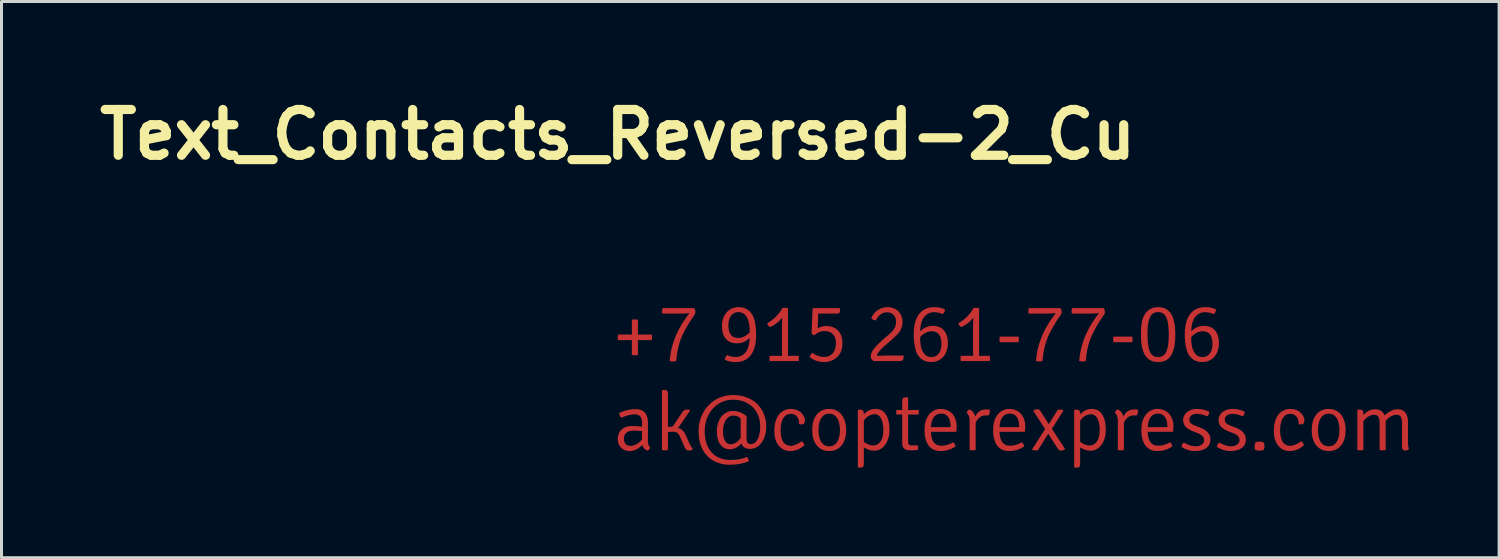
<source format=kicad_pcb>
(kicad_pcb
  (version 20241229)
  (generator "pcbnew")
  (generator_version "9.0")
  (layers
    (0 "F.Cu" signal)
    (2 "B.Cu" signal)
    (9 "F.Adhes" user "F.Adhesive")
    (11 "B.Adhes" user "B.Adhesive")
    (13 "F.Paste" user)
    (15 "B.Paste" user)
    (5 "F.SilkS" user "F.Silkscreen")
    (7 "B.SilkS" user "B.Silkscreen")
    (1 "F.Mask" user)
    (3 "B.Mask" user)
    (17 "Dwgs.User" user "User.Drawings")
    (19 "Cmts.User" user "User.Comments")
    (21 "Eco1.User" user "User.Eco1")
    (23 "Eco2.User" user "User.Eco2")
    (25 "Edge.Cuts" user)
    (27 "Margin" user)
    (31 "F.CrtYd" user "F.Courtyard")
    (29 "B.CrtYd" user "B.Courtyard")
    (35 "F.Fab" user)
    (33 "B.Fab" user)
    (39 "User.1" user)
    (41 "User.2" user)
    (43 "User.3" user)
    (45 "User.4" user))
  (footprint "Text_Contacts_Reversed-2_Cu"
    (layer "F.Cu")
    (at 17.504 11.959)
    (property "Reference" "Text_Contacts_Reversed-2_Cu" (at 0 -10.532 0) (layer "F.SilkS") (effects (font (size 1.524 1.524) (thickness 0.305))))
    (attr smd)
    (fp_poly (pts (xy 13.338 -3.623) (xy 12.713 -3.623) (xy 12.708 -3.641) (xy 12.705 -3.661) (xy 12.703 -3.685) (xy 12.702 -3.712) (xy 12.703 -3.74) (xy 12.705 -3.765) (xy 12.708 -3.789) (xy 12.713 -3.81) (xy 13.338 -3.81) (xy 13.342 -3.788) (xy 13.344 -3.764) (xy 13.346 -3.739) (xy 13.346 -3.712) (xy 13.346 -3.686) (xy 13.344 -3.663) (xy 13.342 -3.642) (xy 13.338 -3.623)) (stroke (width 0) (type solid)) (fill yes) (layer "F.Cu"))
    (fp_poly (pts (xy 17.123 -3.623) (xy 16.498 -3.623) (xy 16.493 -3.641) (xy 16.49 -3.661) (xy 16.488 -3.685) (xy 16.487 -3.712) (xy 16.488 -3.74) (xy 16.49 -3.765) (xy 16.493 -3.789) (xy 16.498 -3.81) (xy 17.123 -3.81) (xy 17.126 -3.788) (xy 17.129 -3.764) (xy 17.13 -3.739) (xy 17.131 -3.712) (xy 17.13 -3.686) (xy 17.129 -3.663) (xy 17.126 -3.642) (xy 17.123 -3.623)) (stroke (width 0) (type solid)) (fill yes) (layer "F.Cu"))
    (fp_poly (pts (xy 0.473 -3.876) (xy 0.47 -3.979) (xy 0.47 -4.37) (xy 0.492 -4.375) (xy 0.516 -4.378) (xy 0.543 -4.38) (xy 0.573 -4.381) (xy 0.603 -4.38) (xy 0.629 -4.378) (xy 0.652 -4.375) (xy 0.671 -4.37) (xy 0.671 -3.979) (xy 0.671 -3.972) (xy 0.671 -3.953) (xy 0.67 -3.921) (xy 0.668 -3.876) (xy 0.769 -3.878) (xy 1.131 -3.878) (xy 1.135 -3.85) (xy 1.139 -3.823) (xy 1.141 -3.799) (xy 1.141 -3.778) (xy 1.141 -3.758) (xy 1.139 -3.737) (xy 1.135 -3.715) (xy 1.131 -3.691) (xy 0.769 -3.691) (xy 0.668 -3.693) (xy 0.671 -3.59) (xy 0.671 -3.199) (xy 0.652 -3.194) (xy 0.629 -3.191) (xy 0.603 -3.189) (xy 0.573 -3.188) (xy 0.543 -3.189) (xy 0.516 -3.191) (xy 0.492 -3.194) (xy 0.47 -3.199) (xy 0.47 -3.59) (xy 0.473 -3.693) (xy 0.372 -3.691) (xy 0.011 -3.691) (xy 0.006 -3.709) (xy 0.003 -3.73) (xy 0.001 -3.755) (xy -0.000078 -3.783) (xy 0.001 -3.811) (xy 0.003 -3.837) (xy 0.006 -3.859) (xy 0.011 -3.878) (xy 0.372 -3.878) (xy 0.473 -3.876)) (stroke (width 0) (type solid)) (fill yes) (layer "F.Cu"))
    (fp_poly (pts (xy 21.215 -0.043) (xy 21.207 -0.06) (xy 21.201 -0.08) (xy 21.196 -0.104) (xy 21.194 -0.131) (xy 21.193 -0.162) (xy 21.194 -0.189) (xy 21.196 -0.213) (xy 21.199 -0.233) (xy 21.204 -0.249) (xy 21.214 -0.269) (xy 21.226 -0.284) (xy 21.239 -0.295) (xy 21.256 -0.303) (xy 21.274 -0.308) (xy 21.294 -0.309) (xy 21.314 -0.311) (xy 21.336 -0.312) (xy 21.359 -0.312) (xy 21.381 -0.312) (xy 21.402 -0.311) (xy 21.421 -0.309) (xy 21.44 -0.307) (xy 21.458 -0.302) (xy 21.473 -0.293) (xy 21.486 -0.282) (xy 21.497 -0.267) (xy 21.506 -0.249) (xy 21.512 -0.233) (xy 21.516 -0.213) (xy 21.518 -0.189) (xy 21.519 -0.162) (xy 21.519 -0.138) (xy 21.517 -0.116) (xy 21.515 -0.097) (xy 21.511 -0.081) (xy 21.504 -0.063) (xy 21.495 -0.048) (xy 21.484 -0.037) (xy 21.47 -0.029) (xy 21.454 -0.024) (xy 21.435 -0.021) (xy 21.413 -0.018) (xy 21.389 -0.016) (xy 21.362 -0.016) (xy 21.331 -0.016) (xy 21.303 -0.019) (xy 21.277 -0.022) (xy 21.254 -0.028) (xy 21.233 -0.034) (xy 21.215 -0.043) (xy 21.215 -0.043)) (stroke (width 0) (type solid)) (fill yes) (layer "F.Cu"))
    (fp_poly (pts (xy 14.636 -1.366) (xy 14.651 -1.372) (xy 14.67 -1.376) (xy 14.692 -1.379) (xy 14.717 -1.38) (xy 14.737 -1.379) (xy 14.756 -1.377) (xy 14.775 -1.374) (xy 14.8 -1.37) (xy 14.821 -1.361) (xy 14.829 -1.345) (xy 14.446 -0.741) (xy 14.889 -0.064) (xy 14.865 -0.05) (xy 14.841 -0.037) (xy 14.818 -0.028) (xy 14.796 -0.021) (xy 14.774 -0.017) (xy 14.753 -0.016) (xy 14.732 -0.017) (xy 14.712 -0.022) (xy 14.694 -0.031) (xy 14.677 -0.042) (xy 14.661 -0.057) (xy 14.647 -0.075) (xy 14.323 -0.575) (xy 13.984 -0.032) (xy 13.968 -0.027) (xy 13.948 -0.024) (xy 13.927 -0.022) (xy 13.902 -0.021) (xy 13.882 -0.022) (xy 13.863 -0.023) (xy 13.845 -0.026) (xy 13.819 -0.031) (xy 13.796 -0.04) (xy 13.788 -0.056) (xy 14.22 -0.733) (xy 13.826 -1.342) (xy 13.849 -1.357) (xy 13.871 -1.369) (xy 13.893 -1.379) (xy 13.914 -1.385) (xy 13.935 -1.389) (xy 13.956 -1.391) (xy 13.979 -1.389) (xy 14 -1.384) (xy 14.019 -1.375) (xy 14.036 -1.363) (xy 14.052 -1.347) (xy 14.065 -1.328) (xy 14.345 -0.896) (xy 14.636 -1.366)) (stroke (width 0) (type solid)) (fill yes) (layer "F.Cu"))
    (fp_poly (pts (xy 10.008 -1.369) (xy 10.012 -1.349) (xy 10.014 -1.329) (xy 10.016 -1.309) (xy 10.016 -1.29) (xy 10.015 -1.266) (xy 10.013 -1.241) (xy 10.008 -1.214) (xy 9.663 -1.217) (xy 9.663 -0.304) (xy 9.664 -0.28) (xy 9.668 -0.259) (xy 9.675 -0.24) (xy 9.684 -0.225) (xy 9.696 -0.212) (xy 9.71 -0.202) (xy 9.727 -0.195) (xy 9.747 -0.191) (xy 9.769 -0.19) (xy 9.975 -0.19) (xy 9.984 -0.166) (xy 9.99 -0.143) (xy 9.993 -0.12) (xy 9.994 -0.097) (xy 9.994 -0.07) (xy 9.992 -0.051) (xy 9.989 -0.04) (xy 9.964 -0.037) (xy 9.939 -0.034) (xy 9.913 -0.032) (xy 9.888 -0.03) (xy 9.862 -0.028) (xy 9.836 -0.026) (xy 9.81 -0.025) (xy 9.784 -0.024) (xy 9.757 -0.024) (xy 9.731 -0.024) (xy 9.704 -0.024) (xy 9.678 -0.026) (xy 9.654 -0.029) (xy 9.631 -0.034) (xy 9.61 -0.039) (xy 9.591 -0.046) (xy 9.572 -0.054) (xy 9.555 -0.064) (xy 9.54 -0.074) (xy 9.526 -0.086) (xy 9.514 -0.099) (xy 9.503 -0.114) (xy 9.493 -0.129) (xy 9.485 -0.146) (xy 9.479 -0.164) (xy 9.474 -0.184) (xy 9.47 -0.204) (xy 9.468 -0.226) (xy 9.467 -0.249) (xy 9.467 -1.217) (xy 9.274 -1.214) (xy 9.27 -1.241) (xy 9.267 -1.266) (xy 9.266 -1.29) (xy 9.267 -1.309) (xy 9.268 -1.329) (xy 9.271 -1.349) (xy 9.274 -1.369) (xy 9.467 -1.366) (xy 9.467 -1.652) (xy 9.468 -1.679) (xy 9.471 -1.703) (xy 9.475 -1.724) (xy 9.481 -1.741) (xy 9.489 -1.755) (xy 9.502 -1.769) (xy 9.521 -1.779) (xy 9.544 -1.786) (xy 9.573 -1.788) (xy 9.647 -1.788) (xy 9.663 -1.771) (xy 9.663 -1.364) (xy 10.008 -1.369)) (stroke (width 0) (type solid)) (fill yes) (layer "F.Cu"))
    (fp_poly (pts (xy 11.611 -1.274) (xy 11.619 -1.297) (xy 11.63 -1.318) (xy 11.643 -1.338) (xy 11.659 -1.356) (xy 11.677 -1.373) (xy 11.698 -1.388) (xy 11.72 -1.379) (xy 11.74 -1.369) (xy 11.759 -1.358) (xy 11.777 -1.345) (xy 11.793 -1.331) (xy 11.809 -1.316) (xy 11.823 -1.299) (xy 11.837 -1.281) (xy 11.849 -1.262) (xy 11.86 -1.241) (xy 11.87 -1.22) (xy 11.879 -1.196) (xy 11.887 -1.172) (xy 11.894 -1.146) (xy 11.906 -1.169) (xy 11.918 -1.192) (xy 11.931 -1.213) (xy 11.944 -1.232) (xy 11.959 -1.251) (xy 11.974 -1.268) (xy 11.989 -1.284) (xy 12.006 -1.299) (xy 12.023 -1.313) (xy 12.041 -1.326) (xy 12.059 -1.337) (xy 12.079 -1.347) (xy 12.099 -1.356) (xy 12.119 -1.364) (xy 12.141 -1.37) (xy 12.163 -1.376) (xy 12.186 -1.38) (xy 12.209 -1.383) (xy 12.233 -1.385) (xy 12.258 -1.385) (xy 12.282 -1.385) (xy 12.306 -1.384) (xy 12.331 -1.381) (xy 12.357 -1.378) (xy 12.383 -1.374) (xy 12.383 -1.346) (xy 12.38 -1.319) (xy 12.377 -1.293) (xy 12.372 -1.268) (xy 12.365 -1.245) (xy 12.357 -1.224) (xy 12.348 -1.203) (xy 12.337 -1.184) (xy 12.319 -1.185) (xy 12.297 -1.186) (xy 12.271 -1.187) (xy 12.242 -1.187) (xy 12.219 -1.186) (xy 12.197 -1.184) (xy 12.175 -1.181) (xy 12.154 -1.176) (xy 12.134 -1.17) (xy 12.114 -1.162) (xy 12.095 -1.153) (xy 12.076 -1.143) (xy 12.058 -1.131) (xy 12.04 -1.118) (xy 12.024 -1.104) (xy 12.007 -1.088) (xy 11.992 -1.071) (xy 11.977 -1.053) (xy 11.962 -1.033) (xy 11.948 -1.012) (xy 11.935 -0.989) (xy 11.922 -0.965) (xy 11.91 -0.94) (xy 11.91 -0.035) (xy 11.889 -0.031) (xy 11.865 -0.028) (xy 11.839 -0.027) (xy 11.81 -0.026) (xy 11.781 -0.027) (xy 11.755 -0.028) (xy 11.731 -0.031) (xy 11.709 -0.035) (xy 11.709 -0.997) (xy 11.709 -1.025) (xy 11.707 -1.051) (xy 11.704 -1.077) (xy 11.7 -1.102) (xy 11.695 -1.125) (xy 11.688 -1.148) (xy 11.681 -1.169) (xy 11.672 -1.189) (xy 11.662 -1.208) (xy 11.651 -1.226) (xy 11.639 -1.243) (xy 11.626 -1.259) (xy 11.611 -1.274) (xy 11.611 -1.274)) (stroke (width 0) (type solid)) (fill yes) (layer "F.Cu"))
    (fp_poly (pts (xy 16.543 -1.274) (xy 16.55 -1.297) (xy 16.561 -1.318) (xy 16.574 -1.338) (xy 16.59 -1.356) (xy 16.608 -1.373) (xy 16.63 -1.388) (xy 16.651 -1.379) (xy 16.671 -1.369) (xy 16.69 -1.358) (xy 16.708 -1.345) (xy 16.725 -1.331) (xy 16.74 -1.316) (xy 16.755 -1.299) (xy 16.768 -1.281) (xy 16.78 -1.262) (xy 16.792 -1.241) (xy 16.802 -1.22) (xy 16.811 -1.196) (xy 16.819 -1.172) (xy 16.825 -1.146) (xy 16.837 -1.169) (xy 16.849 -1.192) (xy 16.862 -1.213) (xy 16.876 -1.232) (xy 16.89 -1.251) (xy 16.905 -1.268) (xy 16.921 -1.284) (xy 16.937 -1.299) (xy 16.954 -1.313) (xy 16.972 -1.326) (xy 16.991 -1.337) (xy 17.01 -1.347) (xy 17.03 -1.356) (xy 17.051 -1.364) (xy 17.072 -1.37) (xy 17.094 -1.376) (xy 17.117 -1.38) (xy 17.14 -1.383) (xy 17.165 -1.385) (xy 17.19 -1.385) (xy 17.213 -1.385) (xy 17.237 -1.384) (xy 17.262 -1.381) (xy 17.288 -1.378) (xy 17.315 -1.374) (xy 17.314 -1.346) (xy 17.312 -1.319) (xy 17.308 -1.293) (xy 17.303 -1.268) (xy 17.297 -1.245) (xy 17.289 -1.224) (xy 17.279 -1.203) (xy 17.268 -1.184) (xy 17.25 -1.185) (xy 17.228 -1.186) (xy 17.203 -1.187) (xy 17.173 -1.187) (xy 17.15 -1.186) (xy 17.128 -1.184) (xy 17.106 -1.181) (xy 17.085 -1.176) (xy 17.065 -1.17) (xy 17.045 -1.162) (xy 17.026 -1.153) (xy 17.007 -1.143) (xy 16.989 -1.131) (xy 16.972 -1.118) (xy 16.955 -1.104) (xy 16.939 -1.088) (xy 16.923 -1.071) (xy 16.908 -1.053) (xy 16.893 -1.033) (xy 16.88 -1.012) (xy 16.866 -0.989) (xy 16.854 -0.965) (xy 16.842 -0.94) (xy 16.842 -0.035) (xy 16.82 -0.031) (xy 16.796 -0.028) (xy 16.77 -0.027) (xy 16.741 -0.026) (xy 16.712 -0.027) (xy 16.686 -0.028) (xy 16.662 -0.031) (xy 16.641 -0.035) (xy 16.641 -0.997) (xy 16.64 -1.025) (xy 16.638 -1.051) (xy 16.635 -1.077) (xy 16.631 -1.102) (xy 16.626 -1.125) (xy 16.62 -1.148) (xy 16.612 -1.169) (xy 16.604 -1.189) (xy 16.594 -1.208) (xy 16.583 -1.226) (xy 16.571 -1.243) (xy 16.557 -1.259) (xy 16.543 -1.274) (xy 16.543 -1.274)) (stroke (width 0) (type solid)) (fill yes) (layer "F.Cu"))
    (fp_poly (pts (xy 5.467 -3.166) (xy 5.464 -3.337) (xy 5.464 -4.104) (xy 5.464 -4.106) (xy 5.464 -4.113) (xy 5.465 -4.123) (xy 5.465 -4.137) (xy 5.465 -4.155) (xy 5.466 -4.177) (xy 5.467 -4.203) (xy 5.467 -4.233) (xy 5.468 -4.267) (xy 5.469 -4.304) (xy 5.47 -4.346) (xy 5.471 -4.391) (xy 5.472 -4.441) (xy 5.458 -4.421) (xy 5.442 -4.402) (xy 5.427 -4.384) (xy 5.411 -4.366) (xy 5.394 -4.348) (xy 5.377 -4.331) (xy 5.359 -4.314) (xy 5.341 -4.298) (xy 5.323 -4.282) (xy 5.304 -4.266) (xy 5.285 -4.251) (xy 5.265 -4.237) (xy 5.244 -4.223) (xy 5.223 -4.209) (xy 5.202 -4.196) (xy 5.18 -4.183) (xy 5.158 -4.171) (xy 5.136 -4.159) (xy 5.112 -4.147) (xy 5.089 -4.136) (xy 5.065 -4.126) (xy 5.046 -4.139) (xy 5.028 -4.155) (xy 5.014 -4.171) (xy 5.001 -4.189) (xy 4.99 -4.208) (xy 4.981 -4.229) (xy 4.975 -4.251) (xy 4.998 -4.265) (xy 5.02 -4.279) (xy 5.042 -4.293) (xy 5.064 -4.308) (xy 5.085 -4.323) (xy 5.106 -4.338) (xy 5.126 -4.353) (xy 5.146 -4.369) (xy 5.166 -4.385) (xy 5.185 -4.4) (xy 5.203 -4.417) (xy 5.222 -4.433) (xy 5.239 -4.45) (xy 5.257 -4.466) (xy 5.274 -4.483) (xy 5.29 -4.501) (xy 5.31 -4.522) (xy 5.329 -4.543) (xy 5.347 -4.563) (xy 5.364 -4.584) (xy 5.38 -4.604) (xy 5.395 -4.624) (xy 5.409 -4.644) (xy 5.422 -4.663) (xy 5.434 -4.682) (xy 5.445 -4.701) (xy 5.455 -4.72) (xy 5.464 -4.738) (xy 5.472 -4.756) (xy 5.495 -4.761) (xy 5.518 -4.764) (xy 5.542 -4.766) (xy 5.567 -4.767) (xy 5.594 -4.766) (xy 5.619 -4.764) (xy 5.643 -4.761) (xy 5.665 -4.756) (xy 5.665 -3.337) (xy 5.663 -3.166) (xy 5.809 -3.169) (xy 6.019 -3.169) (xy 6.022 -3.146) (xy 6.025 -3.123) (xy 6.026 -3.101) (xy 6.027 -3.079) (xy 6.026 -3.059) (xy 6.025 -3.038) (xy 6.022 -3.017) (xy 6.019 -2.995) (xy 5.056 -2.995) (xy 5.053 -3.017) (xy 5.05 -3.038) (xy 5.049 -3.06) (xy 5.048 -3.082) (xy 5.049 -3.104) (xy 5.05 -3.125) (xy 5.053 -3.147) (xy 5.056 -3.169) (xy 5.32 -3.169) (xy 5.467 -3.166)) (stroke (width 0) (type solid)) (fill yes) (layer "F.Cu"))
    (fp_poly (pts (xy 11.826 -3.166) (xy 11.823 -3.337) (xy 11.823 -4.104) (xy 11.823 -4.106) (xy 11.824 -4.113) (xy 11.824 -4.123) (xy 11.824 -4.137) (xy 11.825 -4.155) (xy 11.825 -4.177) (xy 11.826 -4.203) (xy 11.826 -4.233) (xy 11.827 -4.267) (xy 11.828 -4.304) (xy 11.829 -4.346) (xy 11.83 -4.391) (xy 11.832 -4.441) (xy 11.817 -4.421) (xy 11.802 -4.402) (xy 11.786 -4.384) (xy 11.77 -4.366) (xy 11.753 -4.348) (xy 11.736 -4.331) (xy 11.719 -4.314) (xy 11.701 -4.298) (xy 11.682 -4.282) (xy 11.663 -4.266) (xy 11.644 -4.251) (xy 11.624 -4.237) (xy 11.604 -4.223) (xy 11.583 -4.209) (xy 11.561 -4.196) (xy 11.54 -4.183) (xy 11.517 -4.171) (xy 11.495 -4.159) (xy 11.472 -4.147) (xy 11.448 -4.136) (xy 11.424 -4.126) (xy 11.405 -4.139) (xy 11.388 -4.155) (xy 11.373 -4.171) (xy 11.36 -4.189) (xy 11.349 -4.208) (xy 11.341 -4.229) (xy 11.334 -4.251) (xy 11.357 -4.265) (xy 11.38 -4.279) (xy 11.402 -4.293) (xy 11.423 -4.308) (xy 11.444 -4.323) (xy 11.465 -4.338) (xy 11.486 -4.353) (xy 11.505 -4.369) (xy 11.525 -4.385) (xy 11.544 -4.4) (xy 11.563 -4.417) (xy 11.581 -4.433) (xy 11.599 -4.45) (xy 11.616 -4.466) (xy 11.633 -4.483) (xy 11.649 -4.501) (xy 11.669 -4.522) (xy 11.688 -4.543) (xy 11.706 -4.563) (xy 11.723 -4.584) (xy 11.739 -4.604) (xy 11.754 -4.624) (xy 11.768 -4.644) (xy 11.781 -4.663) (xy 11.793 -4.682) (xy 11.804 -4.701) (xy 11.815 -4.72) (xy 11.824 -4.738) (xy 11.832 -4.756) (xy 11.854 -4.761) (xy 11.877 -4.764) (xy 11.901 -4.766) (xy 11.927 -4.767) (xy 11.953 -4.766) (xy 11.978 -4.764) (xy 12.002 -4.761) (xy 12.025 -4.756) (xy 12.025 -3.337) (xy 12.022 -3.166) (xy 12.169 -3.169) (xy 12.378 -3.169) (xy 12.381 -3.146) (xy 12.384 -3.123) (xy 12.385 -3.101) (xy 12.386 -3.079) (xy 12.385 -3.059) (xy 12.384 -3.038) (xy 12.381 -3.017) (xy 12.378 -2.995) (xy 11.416 -2.995) (xy 11.412 -3.017) (xy 11.41 -3.038) (xy 11.408 -3.06) (xy 11.408 -3.082) (xy 11.408 -3.104) (xy 11.41 -3.125) (xy 11.412 -3.147) (xy 11.416 -3.169) (xy 11.679 -3.169) (xy 11.826 -3.166)) (stroke (width 0) (type solid)) (fill yes) (layer "F.Cu"))
    (fp_poly (pts (xy 2.268 -0.521) (xy 2.374 -0.282) (xy 2.388 -0.251) (xy 2.402 -0.222) (xy 2.416 -0.196) (xy 2.429 -0.172) (xy 2.442 -0.151) (xy 2.455 -0.132) (xy 2.468 -0.115) (xy 2.48 -0.1) (xy 2.493 -0.088) (xy 2.505 -0.078) (xy 2.489 -0.06) (xy 2.472 -0.045) (xy 2.453 -0.033) (xy 2.432 -0.025) (xy 2.409 -0.02) (xy 2.385 -0.018) (xy 2.356 -0.02) (xy 2.331 -0.023) (xy 2.309 -0.03) (xy 2.291 -0.039) (xy 2.276 -0.051) (xy 2.264 -0.066) (xy 2.252 -0.084) (xy 2.239 -0.106) (xy 2.227 -0.131) (xy 2.214 -0.16) (xy 2.089 -0.442) (xy 2.076 -0.471) (xy 2.063 -0.497) (xy 2.05 -0.521) (xy 2.036 -0.542) (xy 2.023 -0.561) (xy 2.01 -0.577) (xy 1.996 -0.591) (xy 1.983 -0.603) (xy 1.964 -0.615) (xy 1.943 -0.625) (xy 1.92 -0.633) (xy 1.895 -0.639) (xy 1.868 -0.642) (xy 1.839 -0.643) (xy 1.813 -0.643) (xy 1.788 -0.642) (xy 1.764 -0.641) (xy 1.74 -0.64) (xy 1.716 -0.638) (xy 1.693 -0.635) (xy 1.67 -0.632) (xy 1.67 -0.035) (xy 1.649 -0.031) (xy 1.625 -0.028) (xy 1.598 -0.027) (xy 1.57 -0.026) (xy 1.542 -0.027) (xy 1.517 -0.028) (xy 1.493 -0.031) (xy 1.472 -0.035) (xy 1.472 -2.016) (xy 1.488 -2.032) (xy 1.562 -2.032) (xy 1.591 -2.03) (xy 1.616 -2.024) (xy 1.635 -2.014) (xy 1.648 -2) (xy 1.656 -1.986) (xy 1.662 -1.969) (xy 1.667 -1.948) (xy 1.669 -1.924) (xy 1.67 -1.896) (xy 1.67 -0.804) (xy 1.787 -0.809) (xy 1.805 -0.812) (xy 1.822 -0.819) (xy 1.837 -0.831) (xy 1.85 -0.847) (xy 2.14 -1.277) (xy 2.158 -1.302) (xy 2.174 -1.323) (xy 2.19 -1.34) (xy 2.206 -1.353) (xy 2.221 -1.363) (xy 2.238 -1.371) (xy 2.257 -1.376) (xy 2.276 -1.377) (xy 2.294 -1.377) (xy 2.315 -1.376) (xy 2.338 -1.375) (xy 2.364 -1.374) (xy 2.393 -1.372) (xy 2.409 -1.35) (xy 2.064 -0.847) (xy 2.047 -0.823) (xy 2.03 -0.802) (xy 2.014 -0.785) (xy 1.999 -0.771) (xy 2.025 -0.765) (xy 2.049 -0.757) (xy 2.073 -0.747) (xy 2.095 -0.736) (xy 2.116 -0.723) (xy 2.136 -0.709) (xy 2.154 -0.692) (xy 2.169 -0.677) (xy 2.185 -0.66) (xy 2.199 -0.641) (xy 2.214 -0.621) (xy 2.228 -0.599) (xy 2.242 -0.575) (xy 2.255 -0.549) (xy 2.268 -0.521)) (stroke (width 0) (type solid)) (fill yes) (layer "F.Cu"))
    (fp_poly (pts (xy 1.493 -4.756) (xy 2.545 -4.756) (xy 2.557 -4.732) (xy 2.567 -4.71) (xy 2.575 -4.688) (xy 2.581 -4.668) (xy 2.584 -4.649) (xy 2.585 -4.631) (xy 2.584 -4.611) (xy 2.58 -4.591) (xy 2.573 -4.57) (xy 2.563 -4.549) (xy 2.55 -4.528) (xy 2.466 -4.405) (xy 2.45 -4.381) (xy 2.434 -4.356) (xy 2.418 -4.332) (xy 2.403 -4.308) (xy 2.388 -4.284) (xy 2.373 -4.26) (xy 2.358 -4.236) (xy 2.344 -4.212) (xy 2.33 -4.189) (xy 2.316 -4.166) (xy 2.303 -4.142) (xy 2.29 -4.119) (xy 2.277 -4.096) (xy 2.264 -4.073) (xy 2.252 -4.05) (xy 2.239 -4.028) (xy 2.228 -4.005) (xy 2.216 -3.983) (xy 2.205 -3.961) (xy 2.194 -3.939) (xy 2.183 -3.917) (xy 2.172 -3.895) (xy 2.162 -3.873) (xy 2.152 -3.852) (xy 2.143 -3.83) (xy 2.133 -3.809) (xy 2.124 -3.788) (xy 2.115 -3.767) (xy 2.107 -3.746) (xy 2.098 -3.724) (xy 2.09 -3.703) (xy 2.083 -3.681) (xy 2.075 -3.659) (xy 2.068 -3.636) (xy 2.06 -3.614) (xy 2.053 -3.591) (xy 2.046 -3.567) (xy 2.04 -3.544) (xy 2.033 -3.52) (xy 2.027 -3.496) (xy 2.021 -3.472) (xy 2.015 -3.447) (xy 2.01 -3.423) (xy 2.004 -3.398) (xy 1.999 -3.372) (xy 1.994 -3.347) (xy 1.989 -3.321) (xy 1.985 -3.295) (xy 1.98 -3.268) (xy 1.976 -3.242) (xy 1.972 -3.215) (xy 1.968 -3.188) (xy 1.964 -3.16) (xy 1.961 -3.133) (xy 1.958 -3.105) (xy 1.955 -3.076) (xy 1.947 -2.995) (xy 1.929 -2.991) (xy 1.909 -2.988) (xy 1.887 -2.986) (xy 1.862 -2.985) (xy 1.835 -2.984) (xy 1.808 -2.985) (xy 1.784 -2.986) (xy 1.763 -2.988) (xy 1.745 -2.991) (xy 1.729 -2.995) (xy 1.74 -3.098) (xy 1.743 -3.123) (xy 1.746 -3.148) (xy 1.749 -3.172) (xy 1.753 -3.197) (xy 1.756 -3.221) (xy 1.76 -3.246) (xy 1.765 -3.27) (xy 1.769 -3.295) (xy 1.774 -3.319) (xy 1.779 -3.343) (xy 1.784 -3.368) (xy 1.789 -3.392) (xy 1.795 -3.416) (xy 1.801 -3.44) (xy 1.807 -3.464) (xy 1.813 -3.488) (xy 1.82 -3.513) (xy 1.827 -3.537) (xy 1.834 -3.561) (xy 1.841 -3.584) (xy 1.849 -3.608) (xy 1.856 -3.632) (xy 1.864 -3.656) (xy 1.873 -3.68) (xy 1.881 -3.703) (xy 1.89 -3.727) (xy 1.899 -3.751) (xy 1.908 -3.774) (xy 1.918 -3.798) (xy 1.927 -3.821) (xy 1.937 -3.845) (xy 1.947 -3.868) (xy 1.958 -3.892) (xy 1.968 -3.915) (xy 1.979 -3.938) (xy 1.99 -3.962) (xy 2.002 -3.985) (xy 2.013 -4.008) (xy 2.025 -4.031) (xy 2.037 -4.054) (xy 2.049 -4.077) (xy 2.062 -4.1) (xy 2.075 -4.123) (xy 2.088 -4.146) (xy 2.101 -4.169) (xy 2.115 -4.192) (xy 2.128 -4.215) (xy 2.142 -4.238) (xy 2.157 -4.261) (xy 2.171 -4.283) (xy 2.186 -4.306) (xy 2.201 -4.329) (xy 2.216 -4.351) (xy 2.243 -4.392) (xy 2.251 -4.404) (xy 2.261 -4.418) (xy 2.272 -4.433) (xy 2.284 -4.45) (xy 2.297 -4.469) (xy 2.312 -4.489) (xy 2.328 -4.51) (xy 2.346 -4.534) (xy 2.364 -4.558) (xy 2.384 -4.585) (xy 2.376 -4.593) (xy 2.366 -4.591) (xy 2.354 -4.589) (xy 2.34 -4.587) (xy 2.324 -4.585) (xy 2.307 -4.583) (xy 2.287 -4.582) (xy 2.265 -4.581) (xy 2.241 -4.579) (xy 2.216 -4.578) (xy 2.188 -4.577) (xy 2.158 -4.576) (xy 2.126 -4.576) (xy 2.093 -4.575) (xy 2.057 -4.575) (xy 2.02 -4.574) (xy 1.98 -4.574) (xy 1.939 -4.574) (xy 1.485 -4.574) (xy 1.481 -4.592) (xy 1.479 -4.612) (xy 1.477 -4.633) (xy 1.476 -4.656) (xy 1.478 -4.679) (xy 1.481 -4.704) (xy 1.486 -4.729) (xy 1.493 -4.756) (xy 1.493 -4.756)) (stroke (width 0) (type solid)) (fill yes) (layer "F.Cu"))
    (fp_poly (pts (xy 13.68 -4.756) (xy 14.732 -4.756) (xy 14.745 -4.732) (xy 14.755 -4.71) (xy 14.763 -4.688) (xy 14.768 -4.668) (xy 14.772 -4.649) (xy 14.773 -4.631) (xy 14.772 -4.611) (xy 14.767 -4.591) (xy 14.76 -4.57) (xy 14.75 -4.549) (xy 14.738 -4.528) (xy 14.653 -4.405) (xy 14.637 -4.381) (xy 14.621 -4.356) (xy 14.606 -4.332) (xy 14.59 -4.308) (xy 14.575 -4.284) (xy 14.56 -4.26) (xy 14.546 -4.236) (xy 14.532 -4.212) (xy 14.518 -4.189) (xy 14.504 -4.166) (xy 14.49 -4.142) (xy 14.477 -4.119) (xy 14.464 -4.096) (xy 14.452 -4.073) (xy 14.439 -4.05) (xy 14.427 -4.028) (xy 14.415 -4.005) (xy 14.404 -3.983) (xy 14.392 -3.961) (xy 14.381 -3.939) (xy 14.371 -3.917) (xy 14.36 -3.895) (xy 14.35 -3.873) (xy 14.34 -3.852) (xy 14.33 -3.83) (xy 14.321 -3.809) (xy 14.312 -3.788) (xy 14.303 -3.767) (xy 14.294 -3.746) (xy 14.286 -3.724) (xy 14.278 -3.703) (xy 14.27 -3.681) (xy 14.263 -3.659) (xy 14.255 -3.636) (xy 14.248 -3.614) (xy 14.241 -3.591) (xy 14.234 -3.567) (xy 14.227 -3.544) (xy 14.221 -3.52) (xy 14.215 -3.496) (xy 14.209 -3.472) (xy 14.203 -3.447) (xy 14.197 -3.423) (xy 14.192 -3.398) (xy 14.187 -3.372) (xy 14.182 -3.347) (xy 14.177 -3.321) (xy 14.172 -3.295) (xy 14.168 -3.268) (xy 14.164 -3.242) (xy 14.16 -3.215) (xy 14.156 -3.188) (xy 14.152 -3.16) (xy 14.149 -3.133) (xy 14.145 -3.105) (xy 14.142 -3.076) (xy 14.134 -2.995) (xy 14.117 -2.991) (xy 14.097 -2.988) (xy 14.075 -2.986) (xy 14.05 -2.985) (xy 14.023 -2.984) (xy 13.996 -2.985) (xy 13.972 -2.986) (xy 13.951 -2.988) (xy 13.932 -2.991) (xy 13.917 -2.995) (xy 13.928 -3.098) (xy 13.931 -3.123) (xy 13.934 -3.148) (xy 13.937 -3.172) (xy 13.94 -3.197) (xy 13.944 -3.221) (xy 13.948 -3.246) (xy 13.952 -3.27) (xy 13.957 -3.295) (xy 13.961 -3.319) (xy 13.966 -3.343) (xy 13.971 -3.368) (xy 13.977 -3.392) (xy 13.983 -3.416) (xy 13.988 -3.44) (xy 13.995 -3.464) (xy 14.001 -3.488) (xy 14.007 -3.513) (xy 14.014 -3.537) (xy 14.021 -3.561) (xy 14.029 -3.584) (xy 14.036 -3.608) (xy 14.044 -3.632) (xy 14.052 -3.656) (xy 14.06 -3.68) (xy 14.069 -3.703) (xy 14.078 -3.727) (xy 14.087 -3.751) (xy 14.096 -3.774) (xy 14.105 -3.798) (xy 14.115 -3.821) (xy 14.125 -3.845) (xy 14.135 -3.868) (xy 14.145 -3.892) (xy 14.156 -3.915) (xy 14.167 -3.938) (xy 14.178 -3.962) (xy 14.189 -3.985) (xy 14.201 -4.008) (xy 14.213 -4.031) (xy 14.225 -4.054) (xy 14.237 -4.077) (xy 14.25 -4.1) (xy 14.262 -4.123) (xy 14.275 -4.146) (xy 14.289 -4.169) (xy 14.302 -4.192) (xy 14.316 -4.215) (xy 14.33 -4.238) (xy 14.344 -4.261) (xy 14.359 -4.283) (xy 14.373 -4.306) (xy 14.388 -4.329) (xy 14.403 -4.351) (xy 14.431 -4.392) (xy 14.439 -4.404) (xy 14.448 -4.418) (xy 14.459 -4.433) (xy 14.471 -4.45) (xy 14.485 -4.469) (xy 14.5 -4.489) (xy 14.516 -4.51) (xy 14.533 -4.534) (xy 14.552 -4.558) (xy 14.572 -4.585) (xy 14.564 -4.593) (xy 14.554 -4.591) (xy 14.542 -4.589) (xy 14.528 -4.587) (xy 14.512 -4.585) (xy 14.494 -4.583) (xy 14.474 -4.582) (xy 14.453 -4.581) (xy 14.429 -4.579) (xy 14.403 -4.578) (xy 14.375 -4.577) (xy 14.346 -4.576) (xy 14.314 -4.576) (xy 14.28 -4.575) (xy 14.245 -4.575) (xy 14.207 -4.574) (xy 14.168 -4.574) (xy 14.126 -4.574) (xy 13.672 -4.574) (xy 13.669 -4.592) (xy 13.666 -4.612) (xy 13.665 -4.633) (xy 13.664 -4.656) (xy 13.665 -4.679) (xy 13.668 -4.704) (xy 13.673 -4.729) (xy 13.68 -4.756) (xy 13.68 -4.756)) (stroke (width 0) (type solid)) (fill yes) (layer "F.Cu"))
    (fp_poly (pts (xy 15.119 -4.756) (xy 16.171 -4.756) (xy 16.183 -4.732) (xy 16.193 -4.71) (xy 16.201 -4.688) (xy 16.207 -4.668) (xy 16.21 -4.649) (xy 16.212 -4.631) (xy 16.21 -4.611) (xy 16.206 -4.591) (xy 16.199 -4.57) (xy 16.189 -4.549) (xy 16.176 -4.528) (xy 16.092 -4.405) (xy 16.076 -4.381) (xy 16.06 -4.356) (xy 16.044 -4.332) (xy 16.029 -4.308) (xy 16.014 -4.284) (xy 15.999 -4.26) (xy 15.984 -4.236) (xy 15.97 -4.212) (xy 15.956 -4.189) (xy 15.942 -4.166) (xy 15.929 -4.142) (xy 15.916 -4.119) (xy 15.903 -4.096) (xy 15.89 -4.073) (xy 15.878 -4.05) (xy 15.866 -4.028) (xy 15.854 -4.005) (xy 15.842 -3.983) (xy 15.831 -3.961) (xy 15.82 -3.939) (xy 15.809 -3.917) (xy 15.799 -3.895) (xy 15.788 -3.873) (xy 15.778 -3.852) (xy 15.769 -3.83) (xy 15.759 -3.809) (xy 15.75 -3.788) (xy 15.741 -3.767) (xy 15.733 -3.746) (xy 15.725 -3.724) (xy 15.717 -3.703) (xy 15.709 -3.681) (xy 15.701 -3.659) (xy 15.694 -3.636) (xy 15.686 -3.614) (xy 15.679 -3.591) (xy 15.673 -3.567) (xy 15.666 -3.544) (xy 15.66 -3.52) (xy 15.653 -3.496) (xy 15.647 -3.472) (xy 15.641 -3.447) (xy 15.636 -3.423) (xy 15.63 -3.398) (xy 15.625 -3.372) (xy 15.62 -3.347) (xy 15.615 -3.321) (xy 15.611 -3.295) (xy 15.606 -3.268) (xy 15.602 -3.242) (xy 15.598 -3.215) (xy 15.594 -3.188) (xy 15.591 -3.16) (xy 15.587 -3.133) (xy 15.584 -3.105) (xy 15.581 -3.076) (xy 15.573 -2.995) (xy 15.555 -2.991) (xy 15.535 -2.988) (xy 15.513 -2.986) (xy 15.488 -2.985) (xy 15.461 -2.984) (xy 15.435 -2.985) (xy 15.411 -2.986) (xy 15.389 -2.988) (xy 15.371 -2.991) (xy 15.355 -2.995) (xy 15.366 -3.098) (xy 15.369 -3.123) (xy 15.372 -3.148) (xy 15.375 -3.172) (xy 15.379 -3.197) (xy 15.383 -3.221) (xy 15.387 -3.246) (xy 15.391 -3.27) (xy 15.395 -3.295) (xy 15.4 -3.319) (xy 15.405 -3.343) (xy 15.41 -3.368) (xy 15.415 -3.392) (xy 15.421 -3.416) (xy 15.427 -3.44) (xy 15.433 -3.464) (xy 15.439 -3.488) (xy 15.446 -3.513) (xy 15.453 -3.537) (xy 15.46 -3.561) (xy 15.467 -3.584) (xy 15.475 -3.608) (xy 15.483 -3.632) (xy 15.491 -3.656) (xy 15.499 -3.68) (xy 15.507 -3.703) (xy 15.516 -3.727) (xy 15.525 -3.751) (xy 15.534 -3.774) (xy 15.544 -3.798) (xy 15.553 -3.821) (xy 15.563 -3.845) (xy 15.573 -3.868) (xy 15.584 -3.892) (xy 15.595 -3.915) (xy 15.605 -3.938) (xy 15.617 -3.962) (xy 15.628 -3.985) (xy 15.639 -4.008) (xy 15.651 -4.031) (xy 15.663 -4.054) (xy 15.676 -4.077) (xy 15.688 -4.1) (xy 15.701 -4.123) (xy 15.714 -4.146) (xy 15.727 -4.169) (xy 15.741 -4.192) (xy 15.755 -4.215) (xy 15.768 -4.238) (xy 15.783 -4.261) (xy 15.797 -4.283) (xy 15.812 -4.306) (xy 15.827 -4.329) (xy 15.842 -4.351) (xy 15.869 -4.392) (xy 15.877 -4.404) (xy 15.887 -4.418) (xy 15.898 -4.433) (xy 15.91 -4.45) (xy 15.923 -4.469) (xy 15.938 -4.489) (xy 15.954 -4.51) (xy 15.972 -4.534) (xy 15.99 -4.558) (xy 16.01 -4.585) (xy 16.002 -4.593) (xy 15.992 -4.591) (xy 15.98 -4.589) (xy 15.967 -4.587) (xy 15.951 -4.585) (xy 15.933 -4.583) (xy 15.913 -4.582) (xy 15.891 -4.581) (xy 15.867 -4.579) (xy 15.842 -4.578) (xy 15.814 -4.577) (xy 15.784 -4.576) (xy 15.753 -4.576) (xy 15.719 -4.575) (xy 15.683 -4.575) (xy 15.646 -4.574) (xy 15.606 -4.574) (xy 15.565 -4.574) (xy 15.111 -4.574) (xy 15.107 -4.592) (xy 15.105 -4.612) (xy 15.103 -4.633) (xy 15.103 -4.656) (xy 15.104 -4.679) (xy 15.107 -4.704) (xy 15.112 -4.729) (xy 15.119 -4.756) (xy 15.119 -4.756)) (stroke (width 0) (type solid)) (fill yes) (layer "F.Cu"))
    (fp_poly (pts (xy 25.352 -0.904) (xy 25.352 -0.936) (xy 25.351 -0.966) (xy 25.348 -0.994) (xy 25.345 -1.02) (xy 25.341 -1.044) (xy 25.337 -1.067) (xy 25.331 -1.087) (xy 25.324 -1.106) (xy 25.317 -1.123) (xy 25.309 -1.138) (xy 25.296 -1.157) (xy 25.281 -1.173) (xy 25.264 -1.186) (xy 25.244 -1.196) (xy 25.223 -1.203) (xy 25.199 -1.207) (xy 25.173 -1.209) (xy 25.15 -1.208) (xy 25.126 -1.205) (xy 25.102 -1.201) (xy 25.078 -1.194) (xy 25.054 -1.186) (xy 25.03 -1.177) (xy 25.005 -1.165) (xy 24.98 -1.152) (xy 24.959 -1.138) (xy 24.938 -1.124) (xy 24.918 -1.109) (xy 24.898 -1.093) (xy 24.88 -1.076) (xy 24.862 -1.057) (xy 24.844 -1.038) (xy 24.827 -1.018) (xy 24.811 -0.997) (xy 24.811 -0.035) (xy 24.79 -0.031) (xy 24.766 -0.028) (xy 24.74 -0.027) (xy 24.711 -0.026) (xy 24.682 -0.027) (xy 24.656 -0.028) (xy 24.632 -0.031) (xy 24.61 -0.035) (xy 24.61 -1.358) (xy 24.627 -1.377) (xy 24.703 -1.377) (xy 24.727 -1.376) (xy 24.748 -1.372) (xy 24.765 -1.364) (xy 24.779 -1.355) (xy 24.79 -1.342) (xy 24.797 -1.327) (xy 24.804 -1.309) (xy 24.808 -1.288) (xy 24.811 -1.264) (xy 24.811 -1.236) (xy 24.811 -1.195) (xy 24.83 -1.215) (xy 24.848 -1.234) (xy 24.867 -1.252) (xy 24.886 -1.269) (xy 24.905 -1.285) (xy 24.925 -1.299) (xy 24.945 -1.313) (xy 24.965 -1.325) (xy 24.986 -1.337) (xy 25.007 -1.347) (xy 25.028 -1.356) (xy 25.049 -1.364) (xy 25.071 -1.371) (xy 25.093 -1.377) (xy 25.116 -1.382) (xy 25.138 -1.386) (xy 25.161 -1.389) (xy 25.185 -1.39) (xy 25.208 -1.391) (xy 25.234 -1.39) (xy 25.259 -1.388) (xy 25.283 -1.384) (xy 25.306 -1.379) (xy 25.328 -1.373) (xy 25.35 -1.365) (xy 25.37 -1.356) (xy 25.389 -1.346) (xy 25.407 -1.334) (xy 25.424 -1.32) (xy 25.44 -1.305) (xy 25.455 -1.289) (xy 25.469 -1.272) (xy 25.482 -1.253) (xy 25.494 -1.232) (xy 25.505 -1.21) (xy 25.515 -1.187) (xy 25.538 -1.207) (xy 25.56 -1.226) (xy 25.582 -1.243) (xy 25.604 -1.26) (xy 25.626 -1.276) (xy 25.649 -1.291) (xy 25.671 -1.305) (xy 25.693 -1.317) (xy 25.715 -1.329) (xy 25.737 -1.34) (xy 25.759 -1.349) (xy 25.781 -1.358) (xy 25.803 -1.366) (xy 25.825 -1.372) (xy 25.847 -1.378) (xy 25.868 -1.383) (xy 25.89 -1.386) (xy 25.912 -1.389) (xy 25.934 -1.39) (xy 25.956 -1.391) (xy 25.984 -1.39) (xy 26.01 -1.388) (xy 26.036 -1.383) (xy 26.06 -1.378) (xy 26.083 -1.37) (xy 26.105 -1.362) (xy 26.126 -1.351) (xy 26.145 -1.339) (xy 26.164 -1.325) (xy 26.181 -1.31) (xy 26.196 -1.293) (xy 26.211 -1.274) (xy 26.224 -1.256) (xy 26.235 -1.237) (xy 26.245 -1.217) (xy 26.255 -1.197) (xy 26.263 -1.175) (xy 26.271 -1.153) (xy 26.277 -1.13) (xy 26.283 -1.106) (xy 26.287 -1.081) (xy 26.291 -1.055) (xy 26.293 -1.028) (xy 26.295 -1.001) (xy 26.295 -0.972) (xy 26.295 -0.293) (xy 26.296 -0.259) (xy 26.297 -0.228) (xy 26.299 -0.198) (xy 26.302 -0.171) (xy 26.305 -0.145) (xy 26.31 -0.121) (xy 26.315 -0.099) (xy 26.321 -0.08) (xy 26.328 -0.062) (xy 26.312 -0.048) (xy 26.293 -0.038) (xy 26.273 -0.029) (xy 26.251 -0.023) (xy 26.226 -0.019) (xy 26.2 -0.018) (xy 26.179 -0.02) (xy 26.159 -0.025) (xy 26.143 -0.033) (xy 26.129 -0.045) (xy 26.117 -0.059) (xy 26.108 -0.077) (xy 26.102 -0.099) (xy 26.098 -0.123) (xy 26.097 -0.151) (xy 26.097 -0.907) (xy 26.096 -0.939) (xy 26.095 -0.968) (xy 26.093 -0.996) (xy 26.09 -1.022) (xy 26.086 -1.046) (xy 26.081 -1.068) (xy 26.076 -1.089) (xy 26.069 -1.107) (xy 26.062 -1.123) (xy 26.053 -1.138) (xy 26.041 -1.157) (xy 26.026 -1.173) (xy 26.009 -1.186) (xy 25.989 -1.196) (xy 25.967 -1.203) (xy 25.944 -1.207) (xy 25.918 -1.209) (xy 25.894 -1.208) (xy 25.871 -1.205) (xy 25.847 -1.201) (xy 25.824 -1.195) (xy 25.8 -1.187) (xy 25.776 -1.178) (xy 25.752 -1.167) (xy 25.727 -1.154) (xy 25.706 -1.142) (xy 25.685 -1.128) (xy 25.665 -1.113) (xy 25.645 -1.097) (xy 25.625 -1.081) (xy 25.607 -1.063) (xy 25.588 -1.043) (xy 25.571 -1.023) (xy 25.553 -1.002) (xy 25.553 -0.035) (xy 25.532 -0.031) (xy 25.508 -0.028) (xy 25.482 -0.027) (xy 25.453 -0.026) (xy 25.424 -0.027) (xy 25.398 -0.028) (xy 25.374 -0.031) (xy 25.352 -0.035) (xy 25.352 -0.904)) (stroke (width 0) (type solid)) (fill yes) (layer "F.Cu"))
    (fp_poly (pts (xy 7.384 -4.756) (xy 7.39 -4.732) (xy 7.394 -4.711) (xy 7.397 -4.69) (xy 7.397 -4.672) (xy 7.396 -4.649) (xy 7.392 -4.629) (xy 7.384 -4.612) (xy 7.374 -4.598) (xy 7.361 -4.588) (xy 7.345 -4.58) (xy 7.327 -4.576) (xy 7.305 -4.574) (xy 6.818 -4.574) (xy 6.793 -4.574) (xy 6.77 -4.574) (xy 6.749 -4.574) (xy 6.729 -4.574) (xy 6.705 -4.574) (xy 6.685 -4.575) (xy 6.669 -4.577) (xy 6.669 -4.403) (xy 6.65 -4.085) (xy 6.674 -4.097) (xy 6.697 -4.108) (xy 6.721 -4.118) (xy 6.745 -4.127) (xy 6.769 -4.135) (xy 6.793 -4.142) (xy 6.818 -4.148) (xy 6.842 -4.152) (xy 6.867 -4.156) (xy 6.891 -4.159) (xy 6.916 -4.16) (xy 6.941 -4.161) (xy 6.969 -4.16) (xy 6.996 -4.159) (xy 7.022 -4.156) (xy 7.048 -4.153) (xy 7.073 -4.148) (xy 7.098 -4.142) (xy 7.122 -4.136) (xy 7.145 -4.128) (xy 7.168 -4.119) (xy 7.19 -4.109) (xy 7.212 -4.098) (xy 7.232 -4.086) (xy 7.253 -4.073) (xy 7.272 -4.06) (xy 7.291 -4.045) (xy 7.309 -4.028) (xy 7.327 -4.011) (xy 7.342 -3.996) (xy 7.357 -3.979) (xy 7.37 -3.962) (xy 7.383 -3.943) (xy 7.395 -3.924) (xy 7.406 -3.905) (xy 7.417 -3.884) (xy 7.426 -3.863) (xy 7.435 -3.841) (xy 7.443 -3.818) (xy 7.45 -3.794) (xy 7.456 -3.77) (xy 7.461 -3.744) (xy 7.466 -3.718) (xy 7.47 -3.692) (xy 7.472 -3.664) (xy 7.475 -3.636) (xy 7.476 -3.607) (xy 7.476 -3.577) (xy 7.476 -3.549) (xy 7.474 -3.521) (xy 7.472 -3.494) (xy 7.469 -3.468) (xy 7.465 -3.442) (xy 7.46 -3.417) (xy 7.454 -3.392) (xy 7.447 -3.368) (xy 7.439 -3.344) (xy 7.43 -3.321) (xy 7.42 -3.296) (xy 7.409 -3.272) (xy 7.396 -3.249) (xy 7.383 -3.227) (xy 7.369 -3.205) (xy 7.354 -3.185) (xy 7.338 -3.165) (xy 7.32 -3.146) (xy 7.302 -3.128) (xy 7.283 -3.111) (xy 7.263 -3.095) (xy 7.243 -3.08) (xy 7.221 -3.065) (xy 7.199 -3.051) (xy 7.177 -3.039) (xy 7.153 -3.027) (xy 7.129 -3.016) (xy 7.104 -3.006) (xy 7.081 -2.998) (xy 7.059 -2.99) (xy 7.035 -2.984) (xy 7.012 -2.978) (xy 6.988 -2.973) (xy 6.963 -2.969) (xy 6.939 -2.966) (xy 6.913 -2.964) (xy 6.888 -2.963) (xy 6.862 -2.962) (xy 6.837 -2.963) (xy 6.812 -2.964) (xy 6.787 -2.966) (xy 6.763 -2.968) (xy 6.739 -2.972) (xy 6.715 -2.976) (xy 6.691 -2.98) (xy 6.668 -2.986) (xy 6.645 -2.992) (xy 6.622 -2.999) (xy 6.599 -3.007) (xy 6.577 -3.016) (xy 6.555 -3.025) (xy 6.533 -3.035) (xy 6.512 -3.046) (xy 6.491 -3.057) (xy 6.47 -3.069) (xy 6.449 -3.082) (xy 6.429 -3.096) (xy 6.409 -3.11) (xy 6.389 -3.125) (xy 6.394 -3.15) (xy 6.402 -3.172) (xy 6.413 -3.194) (xy 6.426 -3.214) (xy 6.442 -3.233) (xy 6.46 -3.251) (xy 6.481 -3.267) (xy 6.504 -3.252) (xy 6.526 -3.237) (xy 6.548 -3.224) (xy 6.57 -3.211) (xy 6.592 -3.2) (xy 6.614 -3.189) (xy 6.636 -3.18) (xy 6.658 -3.171) (xy 6.68 -3.163) (xy 6.704 -3.156) (xy 6.728 -3.149) (xy 6.752 -3.144) (xy 6.775 -3.139) (xy 6.798 -3.135) (xy 6.821 -3.133) (xy 6.843 -3.131) (xy 6.865 -3.131) (xy 6.891 -3.132) (xy 6.916 -3.134) (xy 6.941 -3.137) (xy 6.964 -3.142) (xy 6.988 -3.148) (xy 7.01 -3.156) (xy 7.032 -3.165) (xy 7.053 -3.175) (xy 7.073 -3.187) (xy 7.093 -3.2) (xy 7.112 -3.215) (xy 7.13 -3.23) (xy 7.147 -3.248) (xy 7.162 -3.264) (xy 7.175 -3.281) (xy 7.187 -3.299) (xy 7.199 -3.318) (xy 7.209 -3.338) (xy 7.219 -3.359) (xy 7.227 -3.381) (xy 7.234 -3.403) (xy 7.241 -3.426) (xy 7.246 -3.451) (xy 7.251 -3.476) (xy 7.254 -3.502) (xy 7.257 -3.528) (xy 7.258 -3.556) (xy 7.259 -3.585) (xy 7.258 -3.613) (xy 7.257 -3.639) (xy 7.255 -3.665) (xy 7.251 -3.689) (xy 7.247 -3.713) (xy 7.242 -3.735) (xy 7.236 -3.755) (xy 7.229 -3.775) (xy 7.219 -3.8) (xy 7.208 -3.824) (xy 7.195 -3.846) (xy 7.181 -3.866) (xy 7.165 -3.884) (xy 7.147 -3.9) (xy 7.13 -3.916) (xy 7.111 -3.93) (xy 7.091 -3.942) (xy 7.07 -3.953) (xy 7.048 -3.963) (xy 7.025 -3.971) (xy 7.001 -3.977) (xy 6.977 -3.983) (xy 6.952 -3.987) (xy 6.926 -3.99) (xy 6.9 -3.992) (xy 6.873 -3.992) (xy 6.85 -3.992) (xy 6.827 -3.99) (xy 6.805 -3.987) (xy 6.782 -3.983) (xy 6.76 -3.977) (xy 6.738 -3.97) (xy 6.716 -3.962) (xy 6.694 -3.953) (xy 6.672 -3.942) (xy 6.651 -3.931) (xy 6.629 -3.918) (xy 6.608 -3.904) (xy 6.586 -3.888) (xy 6.565 -3.872) (xy 6.544 -3.854) (xy 6.521 -3.859) (xy 6.5 -3.869) (xy 6.481 -3.882) (xy 6.464 -3.9) (xy 6.449 -3.922) (xy 6.484 -4.74) (xy 6.5 -4.756) (xy 7.384 -4.756)) (stroke (width 0) (type solid)) (fill yes) (layer "F.Cu"))
    (fp_poly (pts (xy 8.189 -0.124) (xy 8.189 -0.309) (xy 8.212 -0.292) (xy 8.236 -0.277) (xy 8.259 -0.262) (xy 8.282 -0.249) (xy 8.305 -0.237) (xy 8.327 -0.227) (xy 8.35 -0.217) (xy 8.372 -0.209) (xy 8.394 -0.202) (xy 8.416 -0.197) (xy 8.437 -0.192) (xy 8.459 -0.189) (xy 8.48 -0.187) (xy 8.501 -0.187) (xy 8.525 -0.188) (xy 8.549 -0.19) (xy 8.571 -0.195) (xy 8.593 -0.201) (xy 8.615 -0.209) (xy 8.635 -0.219) (xy 8.655 -0.231) (xy 8.674 -0.245) (xy 8.692 -0.26) (xy 8.71 -0.277) (xy 8.727 -0.296) (xy 8.743 -0.317) (xy 8.754 -0.333) (xy 8.764 -0.35) (xy 8.774 -0.367) (xy 8.783 -0.386) (xy 8.791 -0.405) (xy 8.798 -0.426) (xy 8.805 -0.447) (xy 8.812 -0.47) (xy 8.817 -0.493) (xy 8.822 -0.517) (xy 8.826 -0.542) (xy 8.83 -0.568) (xy 8.833 -0.595) (xy 8.835 -0.622) (xy 8.837 -0.651) (xy 8.838 -0.681) (xy 8.838 -0.711) (xy 8.838 -0.74) (xy 8.837 -0.768) (xy 8.836 -0.794) (xy 8.833 -0.82) (xy 8.831 -0.845) (xy 8.827 -0.87) (xy 8.823 -0.893) (xy 8.819 -0.915) (xy 8.814 -0.937) (xy 8.807 -0.964) (xy 8.8 -0.99) (xy 8.792 -1.014) (xy 8.784 -1.037) (xy 8.774 -1.059) (xy 8.765 -1.079) (xy 8.754 -1.097) (xy 8.741 -1.118) (xy 8.727 -1.137) (xy 8.713 -1.154) (xy 8.697 -1.169) (xy 8.681 -1.181) (xy 8.664 -1.192) (xy 8.644 -1.204) (xy 8.624 -1.213) (xy 8.603 -1.22) (xy 8.581 -1.224) (xy 8.558 -1.225) (xy 8.534 -1.224) (xy 8.511 -1.222) (xy 8.487 -1.219) (xy 8.464 -1.214) (xy 8.441 -1.207) (xy 8.418 -1.2) (xy 8.396 -1.19) (xy 8.374 -1.18) (xy 8.352 -1.168) (xy 8.33 -1.155) (xy 8.31 -1.14) (xy 8.29 -1.125) (xy 8.271 -1.108) (xy 8.253 -1.09) (xy 8.236 -1.071) (xy 8.219 -1.051) (xy 8.204 -1.03) (xy 8.189 -1.008) (xy 8.189 -1.008) (xy 8.189 -0.309) (xy 8.189 -0.124) (xy 8.189 0.414) (xy 8.188 0.441) (xy 8.185 0.466) (xy 8.181 0.486) (xy 8.175 0.503) (xy 8.167 0.517) (xy 8.153 0.531) (xy 8.134 0.542) (xy 8.11 0.548) (xy 8.08 0.55) (xy 8.007 0.55) (xy 7.99 0.533) (xy 7.99 -1.361) (xy 8.007 -1.377) (xy 8.077 -1.377) (xy 8.102 -1.376) (xy 8.122 -1.372) (xy 8.14 -1.364) (xy 8.154 -1.355) (xy 8.164 -1.342) (xy 8.173 -1.327) (xy 8.18 -1.309) (xy 8.185 -1.287) (xy 8.188 -1.262) (xy 8.189 -1.233) (xy 8.189 -1.22) (xy 8.207 -1.239) (xy 8.226 -1.258) (xy 8.245 -1.275) (xy 8.264 -1.291) (xy 8.284 -1.307) (xy 8.304 -1.321) (xy 8.325 -1.334) (xy 8.346 -1.345) (xy 8.367 -1.356) (xy 8.389 -1.366) (xy 8.411 -1.374) (xy 8.434 -1.381) (xy 8.457 -1.388) (xy 8.48 -1.393) (xy 8.504 -1.397) (xy 8.528 -1.399) (xy 8.552 -1.401) (xy 8.577 -1.402) (xy 8.603 -1.401) (xy 8.627 -1.399) (xy 8.651 -1.396) (xy 8.674 -1.392) (xy 8.697 -1.387) (xy 8.719 -1.381) (xy 8.74 -1.373) (xy 8.76 -1.365) (xy 8.78 -1.355) (xy 8.799 -1.344) (xy 8.817 -1.332) (xy 8.835 -1.318) (xy 8.851 -1.304) (xy 8.868 -1.288) (xy 8.883 -1.271) (xy 8.898 -1.253) (xy 8.912 -1.234) (xy 8.925 -1.214) (xy 8.936 -1.196) (xy 8.946 -1.178) (xy 8.956 -1.158) (xy 8.966 -1.138) (xy 8.974 -1.118) (xy 8.982 -1.097) (xy 8.99 -1.075) (xy 8.997 -1.052) (xy 9.004 -1.029) (xy 9.01 -1.005) (xy 9.016 -0.981) (xy 9.021 -0.956) (xy 9.025 -0.93) (xy 9.029 -0.904) (xy 9.033 -0.877) (xy 9.035 -0.849) (xy 9.038 -0.82) (xy 9.04 -0.791) (xy 9.041 -0.762) (xy 9.042 -0.731) (xy 9.042 -0.7) (xy 9.042 -0.674) (xy 9.041 -0.648) (xy 9.039 -0.622) (xy 9.037 -0.597) (xy 9.035 -0.572) (xy 9.031 -0.548) (xy 9.027 -0.524) (xy 9.023 -0.501) (xy 9.018 -0.478) (xy 9.012 -0.456) (xy 9.006 -0.434) (xy 8.999 -0.412) (xy 8.99 -0.387) (xy 8.981 -0.363) (xy 8.971 -0.339) (xy 8.961 -0.316) (xy 8.95 -0.294) (xy 8.939 -0.273) (xy 8.927 -0.252) (xy 8.914 -0.232) (xy 8.901 -0.213) (xy 8.887 -0.195) (xy 8.872 -0.176) (xy 8.856 -0.158) (xy 8.839 -0.141) (xy 8.822 -0.125) (xy 8.805 -0.11) (xy 8.787 -0.096) (xy 8.768 -0.083) (xy 8.749 -0.07) (xy 8.73 -0.059) (xy 8.707 -0.048) (xy 8.684 -0.039) (xy 8.662 -0.031) (xy 8.638 -0.024) (xy 8.615 -0.019) (xy 8.592 -0.016) (xy 8.568 -0.014) (xy 8.545 -0.013) (xy 8.52 -0.013) (xy 8.495 -0.015) (xy 8.47 -0.017) (xy 8.446 -0.021) (xy 8.422 -0.025) (xy 8.398 -0.031) (xy 8.374 -0.037) (xy 8.35 -0.045) (xy 8.327 -0.053) (xy 8.303 -0.062) (xy 8.28 -0.073) (xy 8.257 -0.084) (xy 8.234 -0.097) (xy 8.211 -0.11) (xy 8.189 -0.124) (xy 8.189 -0.124)) (stroke (width 0) (type solid)) (fill yes) (layer "F.Cu"))
    (fp_poly (pts (xy 15.387 -0.124) (xy 15.387 -0.309) (xy 15.41 -0.292) (xy 15.434 -0.277) (xy 15.457 -0.262) (xy 15.48 -0.249) (xy 15.503 -0.237) (xy 15.525 -0.227) (xy 15.548 -0.217) (xy 15.57 -0.209) (xy 15.592 -0.202) (xy 15.614 -0.197) (xy 15.635 -0.192) (xy 15.657 -0.189) (xy 15.678 -0.187) (xy 15.699 -0.187) (xy 15.723 -0.188) (xy 15.747 -0.19) (xy 15.769 -0.195) (xy 15.791 -0.201) (xy 15.813 -0.209) (xy 15.833 -0.219) (xy 15.853 -0.231) (xy 15.872 -0.245) (xy 15.89 -0.26) (xy 15.908 -0.277) (xy 15.925 -0.296) (xy 15.941 -0.317) (xy 15.952 -0.333) (xy 15.962 -0.35) (xy 15.972 -0.367) (xy 15.981 -0.386) (xy 15.989 -0.405) (xy 15.996 -0.426) (xy 16.003 -0.447) (xy 16.01 -0.47) (xy 16.015 -0.493) (xy 16.02 -0.517) (xy 16.024 -0.542) (xy 16.028 -0.568) (xy 16.031 -0.595) (xy 16.033 -0.622) (xy 16.035 -0.651) (xy 16.036 -0.681) (xy 16.036 -0.711) (xy 16.036 -0.74) (xy 16.035 -0.768) (xy 16.033 -0.794) (xy 16.031 -0.82) (xy 16.029 -0.845) (xy 16.025 -0.87) (xy 16.021 -0.893) (xy 16.017 -0.915) (xy 16.012 -0.937) (xy 16.005 -0.964) (xy 15.998 -0.99) (xy 15.99 -1.014) (xy 15.982 -1.037) (xy 15.972 -1.059) (xy 15.962 -1.079) (xy 15.952 -1.097) (xy 15.939 -1.118) (xy 15.925 -1.137) (xy 15.91 -1.154) (xy 15.895 -1.169) (xy 15.879 -1.181) (xy 15.862 -1.192) (xy 15.842 -1.204) (xy 15.822 -1.213) (xy 15.801 -1.22) (xy 15.779 -1.224) (xy 15.756 -1.225) (xy 15.732 -1.224) (xy 15.708 -1.222) (xy 15.685 -1.219) (xy 15.662 -1.214) (xy 15.639 -1.207) (xy 15.616 -1.2) (xy 15.594 -1.19) (xy 15.572 -1.18) (xy 15.55 -1.168) (xy 15.528 -1.155) (xy 15.508 -1.14) (xy 15.488 -1.125) (xy 15.469 -1.108) (xy 15.451 -1.09) (xy 15.434 -1.071) (xy 15.417 -1.051) (xy 15.402 -1.03) (xy 15.387 -1.008) (xy 15.387 -1.008) (xy 15.387 -0.309) (xy 15.387 -0.124) (xy 15.387 0.414) (xy 15.386 0.441) (xy 15.383 0.466) (xy 15.379 0.486) (xy 15.373 0.503) (xy 15.365 0.517) (xy 15.351 0.531) (xy 15.332 0.542) (xy 15.308 0.548) (xy 15.278 0.55) (xy 15.205 0.55) (xy 15.188 0.533) (xy 15.188 -1.361) (xy 15.205 -1.377) (xy 15.275 -1.377) (xy 15.3 -1.376) (xy 15.32 -1.372) (xy 15.338 -1.364) (xy 15.352 -1.355) (xy 15.362 -1.342) (xy 15.371 -1.327) (xy 15.378 -1.309) (xy 15.383 -1.287) (xy 15.386 -1.262) (xy 15.387 -1.233) (xy 15.387 -1.22) (xy 15.405 -1.239) (xy 15.424 -1.258) (xy 15.443 -1.275) (xy 15.462 -1.291) (xy 15.482 -1.307) (xy 15.502 -1.321) (xy 15.523 -1.334) (xy 15.544 -1.345) (xy 15.565 -1.356) (xy 15.587 -1.366) (xy 15.609 -1.374) (xy 15.632 -1.381) (xy 15.655 -1.388) (xy 15.678 -1.393) (xy 15.702 -1.397) (xy 15.726 -1.399) (xy 15.75 -1.401) (xy 15.775 -1.402) (xy 15.801 -1.401) (xy 15.825 -1.399) (xy 15.849 -1.396) (xy 15.872 -1.392) (xy 15.895 -1.387) (xy 15.917 -1.381) (xy 15.938 -1.373) (xy 15.958 -1.365) (xy 15.978 -1.355) (xy 15.997 -1.344) (xy 16.015 -1.332) (xy 16.033 -1.318) (xy 16.049 -1.304) (xy 16.066 -1.288) (xy 16.081 -1.271) (xy 16.096 -1.253) (xy 16.11 -1.234) (xy 16.123 -1.214) (xy 16.134 -1.196) (xy 16.144 -1.178) (xy 16.154 -1.158) (xy 16.163 -1.138) (xy 16.172 -1.118) (xy 16.18 -1.097) (xy 16.188 -1.075) (xy 16.195 -1.052) (xy 16.202 -1.029) (xy 16.208 -1.005) (xy 16.214 -0.981) (xy 16.219 -0.956) (xy 16.223 -0.93) (xy 16.227 -0.904) (xy 16.23 -0.877) (xy 16.233 -0.849) (xy 16.236 -0.82) (xy 16.238 -0.791) (xy 16.239 -0.762) (xy 16.24 -0.731) (xy 16.24 -0.7) (xy 16.24 -0.674) (xy 16.239 -0.648) (xy 16.237 -0.622) (xy 16.235 -0.597) (xy 16.232 -0.572) (xy 16.229 -0.548) (xy 16.225 -0.524) (xy 16.221 -0.501) (xy 16.216 -0.478) (xy 16.21 -0.456) (xy 16.203 -0.434) (xy 16.197 -0.412) (xy 16.188 -0.387) (xy 16.179 -0.363) (xy 16.169 -0.339) (xy 16.159 -0.316) (xy 16.148 -0.294) (xy 16.137 -0.273) (xy 16.125 -0.252) (xy 16.112 -0.232) (xy 16.099 -0.213) (xy 16.085 -0.195) (xy 16.07 -0.176) (xy 16.054 -0.158) (xy 16.037 -0.141) (xy 16.02 -0.125) (xy 16.003 -0.11) (xy 15.985 -0.096) (xy 15.966 -0.083) (xy 15.947 -0.07) (xy 15.927 -0.059) (xy 15.905 -0.048) (xy 15.882 -0.039) (xy 15.859 -0.031) (xy 15.836 -0.024) (xy 15.813 -0.019) (xy 15.79 -0.016) (xy 15.766 -0.014) (xy 15.743 -0.013) (xy 15.718 -0.013) (xy 15.693 -0.015) (xy 15.668 -0.017) (xy 15.644 -0.021) (xy 15.62 -0.025) (xy 15.596 -0.031) (xy 15.572 -0.037) (xy 15.548 -0.045) (xy 15.524 -0.053) (xy 15.501 -0.062) (xy 15.478 -0.073) (xy 15.455 -0.084) (xy 15.432 -0.097) (xy 15.409 -0.11) (xy 15.387 -0.124) (xy 15.387 -0.124)) (stroke (width 0) (type solid)) (fill yes) (layer "F.Cu"))
    (fp_poly (pts (xy 9.517 -3.18) (xy 9.516 -3.149) (xy 9.514 -3.122) (xy 9.51 -3.097) (xy 9.505 -3.075) (xy 9.498 -3.055) (xy 9.49 -3.038) (xy 9.48 -3.025) (xy 9.467 -3.014) (xy 9.449 -3.006) (xy 9.428 -3) (xy 9.404 -2.996) (xy 9.376 -2.995) (xy 8.514 -2.995) (xy 8.489 -3.016) (xy 8.468 -3.036) (xy 8.45 -3.056) (xy 8.437 -3.075) (xy 8.427 -3.094) (xy 8.421 -3.113) (xy 8.419 -3.131) (xy 8.42 -3.153) (xy 8.421 -3.175) (xy 8.425 -3.197) (xy 8.429 -3.219) (xy 8.436 -3.241) (xy 8.444 -3.264) (xy 8.453 -3.286) (xy 8.464 -3.309) (xy 8.477 -3.332) (xy 8.491 -3.355) (xy 8.506 -3.378) (xy 8.519 -3.396) (xy 8.532 -3.413) (xy 8.547 -3.431) (xy 8.561 -3.449) (xy 8.577 -3.468) (xy 8.594 -3.486) (xy 8.611 -3.505) (xy 8.629 -3.524) (xy 8.647 -3.544) (xy 8.667 -3.563) (xy 8.687 -3.583) (xy 8.708 -3.603) (xy 8.73 -3.623) (xy 8.752 -3.643) (xy 8.775 -3.664) (xy 9.025 -3.881) (xy 9.047 -3.9) (xy 9.067 -3.918) (xy 9.086 -3.937) (xy 9.104 -3.955) (xy 9.121 -3.973) (xy 9.137 -3.991) (xy 9.152 -4.009) (xy 9.166 -4.027) (xy 9.179 -4.044) (xy 9.191 -4.062) (xy 9.202 -4.079) (xy 9.213 -4.099) (xy 9.224 -4.12) (xy 9.232 -4.141) (xy 9.24 -4.164) (xy 9.247 -4.187) (xy 9.252 -4.21) (xy 9.256 -4.235) (xy 9.259 -4.26) (xy 9.261 -4.286) (xy 9.262 -4.313) (xy 9.261 -4.339) (xy 9.258 -4.364) (xy 9.254 -4.389) (xy 9.248 -4.412) (xy 9.24 -4.434) (xy 9.23 -4.455) (xy 9.219 -4.476) (xy 9.206 -4.495) (xy 9.191 -4.513) (xy 9.175 -4.531) (xy 9.158 -4.547) (xy 9.139 -4.562) (xy 9.121 -4.575) (xy 9.101 -4.586) (xy 9.08 -4.596) (xy 9.059 -4.604) (xy 9.037 -4.61) (xy 9.014 -4.614) (xy 8.99 -4.617) (xy 8.966 -4.617) (xy 8.941 -4.617) (xy 8.917 -4.615) (xy 8.893 -4.611) (xy 8.87 -4.606) (xy 8.847 -4.599) (xy 8.825 -4.591) (xy 8.804 -4.582) (xy 8.783 -4.571) (xy 8.763 -4.558) (xy 8.743 -4.544) (xy 8.724 -4.529) (xy 8.705 -4.513) (xy 8.688 -4.496) (xy 8.671 -4.478) (xy 8.655 -4.458) (xy 8.64 -4.438) (xy 8.626 -4.417) (xy 8.612 -4.395) (xy 8.6 -4.372) (xy 8.588 -4.348) (xy 8.56 -4.353) (xy 8.536 -4.358) (xy 8.513 -4.366) (xy 8.493 -4.375) (xy 8.476 -4.386) (xy 8.461 -4.398) (xy 8.448 -4.412) (xy 8.438 -4.427) (xy 8.448 -4.449) (xy 8.458 -4.47) (xy 8.47 -4.49) (xy 8.482 -4.511) (xy 8.495 -4.53) (xy 8.508 -4.55) (xy 8.523 -4.569) (xy 8.538 -4.588) (xy 8.554 -4.606) (xy 8.57 -4.623) (xy 8.588 -4.64) (xy 8.606 -4.656) (xy 8.625 -4.671) (xy 8.645 -4.685) (xy 8.665 -4.699) (xy 8.687 -4.712) (xy 8.708 -4.723) (xy 8.731 -4.734) (xy 8.754 -4.744) (xy 8.778 -4.753) (xy 8.802 -4.762) (xy 8.824 -4.768) (xy 8.847 -4.773) (xy 8.87 -4.778) (xy 8.894 -4.782) (xy 8.918 -4.785) (xy 8.942 -4.787) (xy 8.967 -4.788) (xy 8.993 -4.789) (xy 9.018 -4.788) (xy 9.043 -4.786) (xy 9.068 -4.783) (xy 9.092 -4.779) (xy 9.115 -4.774) (xy 9.138 -4.767) (xy 9.161 -4.76) (xy 9.183 -4.751) (xy 9.205 -4.741) (xy 9.226 -4.731) (xy 9.247 -4.72) (xy 9.267 -4.708) (xy 9.286 -4.695) (xy 9.304 -4.681) (xy 9.321 -4.666) (xy 9.338 -4.65) (xy 9.354 -4.633) (xy 9.369 -4.616) (xy 9.383 -4.598) (xy 9.396 -4.579) (xy 9.408 -4.559) (xy 9.419 -4.538) (xy 9.429 -4.517) (xy 9.438 -4.495) (xy 9.447 -4.473) (xy 9.455 -4.451) (xy 9.462 -4.428) (xy 9.467 -4.404) (xy 9.471 -4.38) (xy 9.474 -4.356) (xy 9.476 -4.33) (xy 9.476 -4.305) (xy 9.476 -4.279) (xy 9.475 -4.255) (xy 9.473 -4.231) (xy 9.47 -4.208) (xy 9.466 -4.185) (xy 9.461 -4.164) (xy 9.456 -4.143) (xy 9.449 -4.123) (xy 9.442 -4.101) (xy 9.434 -4.079) (xy 9.424 -4.057) (xy 9.414 -4.036) (xy 9.403 -4.016) (xy 9.391 -3.996) (xy 9.379 -3.976) (xy 9.365 -3.957) (xy 9.351 -3.938) (xy 9.336 -3.919) (xy 9.32 -3.9) (xy 9.303 -3.882) (xy 9.285 -3.864) (xy 9.267 -3.846) (xy 9.251 -3.831) (xy 9.235 -3.815) (xy 9.219 -3.8) (xy 9.202 -3.784) (xy 9.185 -3.768) (xy 9.167 -3.751) (xy 9.149 -3.735) (xy 9.131 -3.718) (xy 8.914 -3.53) (xy 8.886 -3.506) (xy 8.859 -3.482) (xy 8.834 -3.459) (xy 8.811 -3.437) (xy 8.788 -3.414) (xy 8.767 -3.393) (xy 8.748 -3.372) (xy 8.73 -3.352) (xy 8.713 -3.332) (xy 8.698 -3.313) (xy 8.684 -3.294) (xy 8.671 -3.276) (xy 8.66 -3.259) (xy 8.651 -3.242) (xy 8.642 -3.226) (xy 8.635 -3.21) (xy 8.63 -3.195) (xy 8.626 -3.18) (xy 8.623 -3.166) (xy 8.649 -3.168) (xy 8.674 -3.169) (xy 8.701 -3.171) (xy 8.727 -3.172) (xy 8.754 -3.173) (xy 8.781 -3.174) (xy 8.804 -3.176) (xy 8.828 -3.177) (xy 8.852 -3.178) (xy 8.876 -3.179) (xy 8.9 -3.179) (xy 8.924 -3.18) (xy 8.949 -3.18) (xy 9.517 -3.18)) (stroke (width 0) (type solid)) (fill yes) (layer "F.Cu"))
    (fp_poly (pts (xy 18.76 -0.138) (xy 18.762 -0.161) (xy 18.768 -0.184) (xy 18.776 -0.206) (xy 18.787 -0.227) (xy 18.801 -0.247) (xy 18.819 -0.266) (xy 18.839 -0.285) (xy 18.863 -0.271) (xy 18.887 -0.258) (xy 18.91 -0.246) (xy 18.932 -0.235) (xy 18.954 -0.225) (xy 18.976 -0.215) (xy 18.997 -0.207) (xy 19.017 -0.199) (xy 19.037 -0.193) (xy 19.056 -0.187) (xy 19.084 -0.18) (xy 19.111 -0.173) (xy 19.137 -0.168) (xy 19.162 -0.165) (xy 19.186 -0.162) (xy 19.21 -0.16) (xy 19.233 -0.16) (xy 19.259 -0.16) (xy 19.284 -0.162) (xy 19.308 -0.165) (xy 19.329 -0.17) (xy 19.35 -0.176) (xy 19.375 -0.186) (xy 19.397 -0.197) (xy 19.418 -0.209) (xy 19.437 -0.222) (xy 19.453 -0.237) (xy 19.468 -0.253) (xy 19.481 -0.27) (xy 19.491 -0.287) (xy 19.502 -0.311) (xy 19.509 -0.334) (xy 19.513 -0.358) (xy 19.511 -0.384) (xy 19.507 -0.409) (xy 19.5 -0.433) (xy 19.49 -0.455) (xy 19.477 -0.475) (xy 19.461 -0.494) (xy 19.446 -0.51) (xy 19.429 -0.525) (xy 19.41 -0.539) (xy 19.389 -0.553) (xy 19.366 -0.566) (xy 19.341 -0.578) (xy 19.314 -0.589) (xy 19.162 -0.649) (xy 19.134 -0.66) (xy 19.107 -0.672) (xy 19.081 -0.684) (xy 19.056 -0.697) (xy 19.032 -0.709) (xy 19.01 -0.722) (xy 18.989 -0.735) (xy 18.969 -0.749) (xy 18.95 -0.763) (xy 18.933 -0.777) (xy 18.916 -0.792) (xy 18.901 -0.806) (xy 18.885 -0.825) (xy 18.87 -0.845) (xy 18.857 -0.865) (xy 18.846 -0.886) (xy 18.836 -0.908) (xy 18.828 -0.93) (xy 18.822 -0.953) (xy 18.818 -0.977) (xy 18.815 -1.001) (xy 18.814 -1.027) (xy 18.815 -1.05) (xy 18.817 -1.073) (xy 18.821 -1.096) (xy 18.826 -1.118) (xy 18.832 -1.139) (xy 18.84 -1.159) (xy 18.85 -1.179) (xy 18.862 -1.202) (xy 18.876 -1.223) (xy 18.892 -1.244) (xy 18.909 -1.263) (xy 18.928 -1.281) (xy 18.948 -1.298) (xy 18.966 -1.312) (xy 18.985 -1.325) (xy 19.005 -1.336) (xy 19.026 -1.347) (xy 19.048 -1.357) (xy 19.071 -1.366) (xy 19.094 -1.374) (xy 19.116 -1.381) (xy 19.137 -1.386) (xy 19.16 -1.391) (xy 19.183 -1.395) (xy 19.206 -1.398) (xy 19.23 -1.4) (xy 19.254 -1.401) (xy 19.279 -1.402) (xy 19.304 -1.401) (xy 19.329 -1.4) (xy 19.355 -1.398) (xy 19.38 -1.396) (xy 19.405 -1.393) (xy 19.43 -1.389) (xy 19.455 -1.384) (xy 19.48 -1.379) (xy 19.505 -1.373) (xy 19.531 -1.367) (xy 19.556 -1.359) (xy 19.581 -1.351) (xy 19.606 -1.342) (xy 19.631 -1.333) (xy 19.656 -1.323) (xy 19.681 -1.312) (xy 19.68 -1.285) (xy 19.676 -1.26) (xy 19.67 -1.236) (xy 19.661 -1.214) (xy 19.65 -1.193) (xy 19.635 -1.173) (xy 19.619 -1.154) (xy 19.593 -1.165) (xy 19.568 -1.176) (xy 19.544 -1.185) (xy 19.52 -1.194) (xy 19.496 -1.201) (xy 19.473 -1.208) (xy 19.451 -1.214) (xy 19.429 -1.22) (xy 19.401 -1.225) (xy 19.374 -1.23) (xy 19.348 -1.234) (xy 19.322 -1.236) (xy 19.298 -1.238) (xy 19.274 -1.239) (xy 19.247 -1.238) (xy 19.221 -1.236) (xy 19.197 -1.232) (xy 19.174 -1.227) (xy 19.153 -1.221) (xy 19.134 -1.213) (xy 19.115 -1.204) (xy 19.099 -1.193) (xy 19.083 -1.181) (xy 19.064 -1.162) (xy 19.049 -1.142) (xy 19.037 -1.12) (xy 19.028 -1.098) (xy 19.023 -1.075) (xy 19.021 -1.051) (xy 19.022 -1.026) (xy 19.026 -1.002) (xy 19.033 -0.98) (xy 19.043 -0.96) (xy 19.055 -0.942) (xy 19.07 -0.926) (xy 19.085 -0.914) (xy 19.103 -0.901) (xy 19.122 -0.889) (xy 19.144 -0.877) (xy 19.169 -0.865) (xy 19.196 -0.853) (xy 19.225 -0.842) (xy 19.385 -0.779) (xy 19.413 -0.768) (xy 19.439 -0.756) (xy 19.464 -0.744) (xy 19.488 -0.731) (xy 19.511 -0.718) (xy 19.533 -0.705) (xy 19.553 -0.691) (xy 19.572 -0.676) (xy 19.591 -0.661) (xy 19.607 -0.646) (xy 19.623 -0.63) (xy 19.638 -0.614) (xy 19.651 -0.598) (xy 19.664 -0.58) (xy 19.675 -0.563) (xy 19.685 -0.545) (xy 19.693 -0.527) (xy 19.701 -0.508) (xy 19.708 -0.488) (xy 19.713 -0.469) (xy 19.717 -0.448) (xy 19.72 -0.428) (xy 19.722 -0.407) (xy 19.722 -0.385) (xy 19.721 -0.36) (xy 19.719 -0.335) (xy 19.716 -0.311) (xy 19.711 -0.288) (xy 19.704 -0.266) (xy 19.697 -0.244) (xy 19.688 -0.223) (xy 19.677 -0.204) (xy 19.665 -0.185) (xy 19.651 -0.167) (xy 19.637 -0.149) (xy 19.62 -0.133) (xy 19.603 -0.117) (xy 19.584 -0.103) (xy 19.566 -0.09) (xy 19.547 -0.079) (xy 19.528 -0.068) (xy 19.508 -0.059) (xy 19.487 -0.05) (xy 19.466 -0.041) (xy 19.444 -0.034) (xy 19.42 -0.027) (xy 19.397 -0.021) (xy 19.372 -0.016) (xy 19.347 -0.012) (xy 19.321 -0.008) (xy 19.294 -0.006) (xy 19.266 -0.004) (xy 19.238 -0.002) (xy 19.209 -0.002) (xy 19.184 -0.002) (xy 19.16 -0.003) (xy 19.136 -0.005) (xy 19.112 -0.008) (xy 19.088 -0.011) (xy 19.064 -0.016) (xy 19.04 -0.02) (xy 19.016 -0.026) (xy 18.993 -0.032) (xy 18.969 -0.04) (xy 18.946 -0.048) (xy 18.922 -0.056) (xy 18.899 -0.066) (xy 18.875 -0.076) (xy 18.852 -0.087) (xy 18.829 -0.098) (xy 18.806 -0.111) (xy 18.783 -0.124) (xy 18.76 -0.138) (xy 18.76 -0.138)) (stroke (width 0) (type solid)) (fill yes) (layer "F.Cu"))
    (fp_poly (pts (xy 19.938 -0.138) (xy 19.941 -0.161) (xy 19.946 -0.184) (xy 19.954 -0.206) (xy 19.966 -0.227) (xy 19.98 -0.247) (xy 19.997 -0.266) (xy 20.017 -0.285) (xy 20.041 -0.271) (xy 20.065 -0.258) (xy 20.088 -0.246) (xy 20.111 -0.235) (xy 20.133 -0.225) (xy 20.154 -0.215) (xy 20.175 -0.207) (xy 20.196 -0.199) (xy 20.215 -0.193) (xy 20.235 -0.187) (xy 20.262 -0.18) (xy 20.289 -0.173) (xy 20.315 -0.168) (xy 20.34 -0.165) (xy 20.365 -0.162) (xy 20.388 -0.16) (xy 20.411 -0.16) (xy 20.438 -0.16) (xy 20.463 -0.162) (xy 20.486 -0.165) (xy 20.508 -0.17) (xy 20.528 -0.176) (xy 20.553 -0.186) (xy 20.576 -0.197) (xy 20.597 -0.209) (xy 20.615 -0.222) (xy 20.632 -0.237) (xy 20.646 -0.253) (xy 20.659 -0.27) (xy 20.67 -0.287) (xy 20.68 -0.311) (xy 20.688 -0.334) (xy 20.691 -0.358) (xy 20.69 -0.384) (xy 20.686 -0.409) (xy 20.678 -0.433) (xy 20.668 -0.455) (xy 20.655 -0.475) (xy 20.64 -0.494) (xy 20.625 -0.51) (xy 20.608 -0.525) (xy 20.589 -0.539) (xy 20.568 -0.553) (xy 20.545 -0.566) (xy 20.52 -0.578) (xy 20.493 -0.589) (xy 20.341 -0.649) (xy 20.312 -0.66) (xy 20.285 -0.672) (xy 20.259 -0.684) (xy 20.234 -0.697) (xy 20.211 -0.709) (xy 20.189 -0.722) (xy 20.167 -0.735) (xy 20.147 -0.749) (xy 20.129 -0.763) (xy 20.111 -0.777) (xy 20.095 -0.792) (xy 20.08 -0.806) (xy 20.063 -0.825) (xy 20.048 -0.845) (xy 20.035 -0.865) (xy 20.024 -0.886) (xy 20.015 -0.908) (xy 20.007 -0.93) (xy 20.001 -0.953) (xy 19.996 -0.977) (xy 19.994 -1.001) (xy 19.993 -1.027) (xy 19.994 -1.05) (xy 19.996 -1.073) (xy 19.999 -1.096) (xy 20.004 -1.118) (xy 20.011 -1.139) (xy 20.019 -1.159) (xy 20.028 -1.179) (xy 20.041 -1.202) (xy 20.055 -1.223) (xy 20.07 -1.244) (xy 20.087 -1.263) (xy 20.106 -1.281) (xy 20.126 -1.298) (xy 20.144 -1.312) (xy 20.164 -1.325) (xy 20.184 -1.336) (xy 20.205 -1.347) (xy 20.226 -1.357) (xy 20.249 -1.366) (xy 20.273 -1.374) (xy 20.294 -1.381) (xy 20.316 -1.386) (xy 20.338 -1.391) (xy 20.361 -1.395) (xy 20.384 -1.398) (xy 20.408 -1.4) (xy 20.433 -1.401) (xy 20.458 -1.402) (xy 20.483 -1.401) (xy 20.508 -1.4) (xy 20.533 -1.398) (xy 20.558 -1.396) (xy 20.583 -1.393) (xy 20.608 -1.389) (xy 20.634 -1.384) (xy 20.659 -1.379) (xy 20.684 -1.373) (xy 20.709 -1.367) (xy 20.734 -1.359) (xy 20.759 -1.351) (xy 20.784 -1.342) (xy 20.81 -1.333) (xy 20.835 -1.323) (xy 20.86 -1.312) (xy 20.859 -1.285) (xy 20.855 -1.26) (xy 20.848 -1.236) (xy 20.839 -1.214) (xy 20.828 -1.193) (xy 20.814 -1.173) (xy 20.797 -1.154) (xy 20.772 -1.165) (xy 20.747 -1.176) (xy 20.722 -1.185) (xy 20.698 -1.194) (xy 20.675 -1.201) (xy 20.652 -1.208) (xy 20.629 -1.214) (xy 20.607 -1.22) (xy 20.579 -1.225) (xy 20.552 -1.23) (xy 20.526 -1.234) (xy 20.501 -1.236) (xy 20.476 -1.238) (xy 20.452 -1.239) (xy 20.425 -1.238) (xy 20.4 -1.236) (xy 20.375 -1.232) (xy 20.353 -1.227) (xy 20.332 -1.221) (xy 20.312 -1.213) (xy 20.294 -1.204) (xy 20.277 -1.193) (xy 20.262 -1.181) (xy 20.243 -1.162) (xy 20.227 -1.142) (xy 20.215 -1.12) (xy 20.206 -1.098) (xy 20.201 -1.075) (xy 20.199 -1.051) (xy 20.201 -1.026) (xy 20.205 -1.002) (xy 20.212 -0.98) (xy 20.221 -0.96) (xy 20.233 -0.942) (xy 20.248 -0.926) (xy 20.263 -0.914) (xy 20.281 -0.901) (xy 20.301 -0.889) (xy 20.323 -0.877) (xy 20.347 -0.865) (xy 20.374 -0.853) (xy 20.403 -0.842) (xy 20.564 -0.779) (xy 20.591 -0.768) (xy 20.617 -0.756) (xy 20.643 -0.744) (xy 20.667 -0.731) (xy 20.689 -0.718) (xy 20.711 -0.705) (xy 20.731 -0.691) (xy 20.751 -0.676) (xy 20.769 -0.661) (xy 20.786 -0.646) (xy 20.802 -0.63) (xy 20.816 -0.614) (xy 20.83 -0.598) (xy 20.842 -0.58) (xy 20.853 -0.563) (xy 20.863 -0.545) (xy 20.872 -0.527) (xy 20.88 -0.508) (xy 20.886 -0.488) (xy 20.891 -0.469) (xy 20.895 -0.448) (xy 20.898 -0.428) (xy 20.9 -0.407) (xy 20.901 -0.385) (xy 20.9 -0.36) (xy 20.898 -0.335) (xy 20.894 -0.311) (xy 20.889 -0.288) (xy 20.883 -0.266) (xy 20.875 -0.244) (xy 20.866 -0.223) (xy 20.855 -0.204) (xy 20.843 -0.185) (xy 20.83 -0.167) (xy 20.815 -0.149) (xy 20.799 -0.133) (xy 20.781 -0.117) (xy 20.762 -0.103) (xy 20.744 -0.09) (xy 20.726 -0.079) (xy 20.707 -0.068) (xy 20.687 -0.059) (xy 20.666 -0.05) (xy 20.644 -0.041) (xy 20.622 -0.034) (xy 20.599 -0.027) (xy 20.575 -0.021) (xy 20.55 -0.016) (xy 20.525 -0.012) (xy 20.499 -0.008) (xy 20.472 -0.006) (xy 20.445 -0.004) (xy 20.416 -0.002) (xy 20.387 -0.002) (xy 20.363 -0.002) (xy 20.338 -0.003) (xy 20.314 -0.005) (xy 20.29 -0.008) (xy 20.266 -0.011) (xy 20.242 -0.016) (xy 20.219 -0.02) (xy 20.195 -0.026) (xy 20.171 -0.032) (xy 20.148 -0.04) (xy 20.124 -0.048) (xy 20.101 -0.056) (xy 20.077 -0.066) (xy 20.054 -0.076) (xy 20.031 -0.087) (xy 20.007 -0.098) (xy 19.984 -0.111) (xy 19.961 -0.124) (xy 19.938 -0.138) (xy 19.938 -0.138)) (stroke (width 0) (type solid)) (fill yes) (layer "F.Cu"))
    (fp_poly (pts (xy 6.035 -0.896) (xy 6.035 -0.926) (xy 6.035 -0.95) (xy 6.033 -0.973) (xy 6.029 -0.997) (xy 6.025 -1.02) (xy 6.019 -1.043) (xy 6.012 -1.065) (xy 6.003 -1.086) (xy 5.993 -1.106) (xy 5.981 -1.126) (xy 5.967 -1.143) (xy 5.953 -1.16) (xy 5.938 -1.175) (xy 5.92 -1.189) (xy 5.901 -1.201) (xy 5.88 -1.211) (xy 5.859 -1.221) (xy 5.836 -1.229) (xy 5.811 -1.234) (xy 5.784 -1.237) (xy 5.755 -1.239) (xy 5.732 -1.238) (xy 5.709 -1.235) (xy 5.687 -1.231) (xy 5.666 -1.225) (xy 5.646 -1.218) (xy 5.626 -1.208) (xy 5.607 -1.198) (xy 5.589 -1.185) (xy 5.572 -1.171) (xy 5.556 -1.155) (xy 5.54 -1.137) (xy 5.525 -1.118) (xy 5.511 -1.097) (xy 5.501 -1.08) (xy 5.491 -1.062) (xy 5.482 -1.044) (xy 5.474 -1.024) (xy 5.466 -1.004) (xy 5.459 -0.983) (xy 5.452 -0.961) (xy 5.446 -0.938) (xy 5.441 -0.914) (xy 5.436 -0.89) (xy 5.432 -0.864) (xy 5.429 -0.838) (xy 5.426 -0.811) (xy 5.424 -0.783) (xy 5.422 -0.755) (xy 5.421 -0.725) (xy 5.421 -0.695) (xy 5.421 -0.663) (xy 5.422 -0.632) (xy 5.424 -0.602) (xy 5.427 -0.573) (xy 5.43 -0.545) (xy 5.433 -0.518) (xy 5.438 -0.492) (xy 5.443 -0.467) (xy 5.449 -0.443) (xy 5.455 -0.42) (xy 5.462 -0.398) (xy 5.47 -0.377) (xy 5.479 -0.357) (xy 5.488 -0.338) (xy 5.498 -0.32) (xy 5.508 -0.304) (xy 5.523 -0.283) (xy 5.54 -0.265) (xy 5.557 -0.248) (xy 5.575 -0.233) (xy 5.594 -0.219) (xy 5.613 -0.208) (xy 5.634 -0.198) (xy 5.655 -0.19) (xy 5.678 -0.184) (xy 5.701 -0.179) (xy 5.725 -0.177) (xy 5.75 -0.176) (xy 5.77 -0.176) (xy 5.791 -0.178) (xy 5.812 -0.181) (xy 5.833 -0.185) (xy 5.855 -0.191) (xy 5.877 -0.197) (xy 5.899 -0.205) (xy 5.922 -0.213) (xy 5.945 -0.223) (xy 5.968 -0.234) (xy 5.992 -0.247) (xy 6.016 -0.26) (xy 6.041 -0.275) (xy 6.066 -0.29) (xy 6.091 -0.307) (xy 6.117 -0.325) (xy 6.137 -0.312) (xy 6.155 -0.297) (xy 6.17 -0.281) (xy 6.184 -0.262) (xy 6.195 -0.242) (xy 6.205 -0.221) (xy 6.212 -0.198) (xy 6.192 -0.179) (xy 6.172 -0.162) (xy 6.151 -0.146) (xy 6.13 -0.13) (xy 6.109 -0.116) (xy 6.088 -0.102) (xy 6.067 -0.089) (xy 6.045 -0.077) (xy 6.023 -0.066) (xy 6.001 -0.056) (xy 5.979 -0.046) (xy 5.956 -0.038) (xy 5.933 -0.03) (xy 5.91 -0.024) (xy 5.887 -0.018) (xy 5.863 -0.013) (xy 5.839 -0.009) (xy 5.815 -0.006) (xy 5.791 -0.004) (xy 5.767 -0.002) (xy 5.742 -0.002) (xy 5.716 -0.002) (xy 5.691 -0.004) (xy 5.666 -0.007) (xy 5.643 -0.01) (xy 5.619 -0.015) (xy 5.597 -0.021) (xy 5.575 -0.027) (xy 5.554 -0.035) (xy 5.533 -0.044) (xy 5.513 -0.054) (xy 5.492 -0.066) (xy 5.471 -0.078) (xy 5.452 -0.092) (xy 5.432 -0.106) (xy 5.414 -0.122) (xy 5.396 -0.138) (xy 5.379 -0.155) (xy 5.363 -0.173) (xy 5.348 -0.192) (xy 5.333 -0.213) (xy 5.319 -0.234) (xy 5.306 -0.255) (xy 5.294 -0.278) (xy 5.282 -0.301) (xy 5.272 -0.325) (xy 5.262 -0.35) (xy 5.253 -0.375) (xy 5.244 -0.401) (xy 5.239 -0.424) (xy 5.234 -0.446) (xy 5.229 -0.469) (xy 5.225 -0.493) (xy 5.222 -0.516) (xy 5.219 -0.54) (xy 5.216 -0.564) (xy 5.214 -0.588) (xy 5.213 -0.613) (xy 5.212 -0.637) (xy 5.212 -0.662) (xy 5.212 -0.691) (xy 5.213 -0.719) (xy 5.214 -0.746) (xy 5.216 -0.773) (xy 5.218 -0.799) (xy 5.221 -0.825) (xy 5.224 -0.85) (xy 5.227 -0.875) (xy 5.231 -0.899) (xy 5.236 -0.922) (xy 5.241 -0.945) (xy 5.247 -0.967) (xy 5.253 -0.989) (xy 5.262 -1.016) (xy 5.271 -1.043) (xy 5.281 -1.069) (xy 5.292 -1.093) (xy 5.304 -1.117) (xy 5.316 -1.14) (xy 5.328 -1.161) (xy 5.341 -1.182) (xy 5.355 -1.201) (xy 5.369 -1.22) (xy 5.387 -1.239) (xy 5.404 -1.258) (xy 5.423 -1.276) (xy 5.442 -1.292) (xy 5.462 -1.307) (xy 5.482 -1.321) (xy 5.503 -1.334) (xy 5.524 -1.345) (xy 5.546 -1.355) (xy 5.569 -1.365) (xy 5.591 -1.374) (xy 5.615 -1.381) (xy 5.638 -1.387) (xy 5.662 -1.393) (xy 5.686 -1.397) (xy 5.711 -1.399) (xy 5.736 -1.401) (xy 5.761 -1.402) (xy 5.786 -1.401) (xy 5.811 -1.4) (xy 5.835 -1.397) (xy 5.859 -1.394) (xy 5.881 -1.39) (xy 5.903 -1.385) (xy 5.925 -1.379) (xy 5.945 -1.372) (xy 5.965 -1.364) (xy 5.989 -1.353) (xy 6.012 -1.342) (xy 6.034 -1.329) (xy 6.054 -1.316) (xy 6.074 -1.302) (xy 6.092 -1.287) (xy 6.109 -1.271) (xy 6.128 -1.252) (xy 6.145 -1.232) (xy 6.161 -1.211) (xy 6.175 -1.19) (xy 6.188 -1.169) (xy 6.198 -1.146) (xy 6.208 -1.124) (xy 6.215 -1.102) (xy 6.221 -1.08) (xy 6.225 -1.059) (xy 6.227 -1.039) (xy 6.228 -1.018) (xy 6.227 -0.991) (xy 6.223 -0.967) (xy 6.216 -0.946) (xy 6.207 -0.928) (xy 6.196 -0.914) (xy 6.181 -0.902) (xy 6.164 -0.894) (xy 6.145 -0.89) (xy 6.122 -0.888) (xy 6.103 -0.888) (xy 6.082 -0.89) (xy 6.059 -0.893) (xy 6.035 -0.896) (xy 6.035 -0.896)) (stroke (width 0) (type solid)) (fill yes) (layer "F.Cu"))
    (fp_poly (pts (xy 22.655 -0.896) (xy 22.655 -0.926) (xy 22.655 -0.95) (xy 22.653 -0.973) (xy 22.649 -0.997) (xy 22.645 -1.02) (xy 22.639 -1.043) (xy 22.632 -1.065) (xy 22.623 -1.086) (xy 22.613 -1.106) (xy 22.601 -1.126) (xy 22.587 -1.143) (xy 22.573 -1.16) (xy 22.558 -1.175) (xy 22.54 -1.189) (xy 22.521 -1.201) (xy 22.5 -1.211) (xy 22.479 -1.221) (xy 22.456 -1.229) (xy 22.431 -1.234) (xy 22.404 -1.237) (xy 22.375 -1.239) (xy 22.352 -1.238) (xy 22.329 -1.235) (xy 22.307 -1.231) (xy 22.286 -1.225) (xy 22.266 -1.218) (xy 22.246 -1.208) (xy 22.227 -1.198) (xy 22.209 -1.185) (xy 22.192 -1.171) (xy 22.176 -1.155) (xy 22.16 -1.137) (xy 22.145 -1.118) (xy 22.131 -1.097) (xy 22.121 -1.08) (xy 22.111 -1.062) (xy 22.102 -1.044) (xy 22.094 -1.024) (xy 22.086 -1.004) (xy 22.079 -0.983) (xy 22.072 -0.961) (xy 22.066 -0.938) (xy 22.061 -0.914) (xy 22.056 -0.89) (xy 22.052 -0.864) (xy 22.049 -0.838) (xy 22.046 -0.811) (xy 22.044 -0.783) (xy 22.042 -0.755) (xy 22.041 -0.725) (xy 22.041 -0.695) (xy 22.041 -0.663) (xy 22.042 -0.632) (xy 22.044 -0.602) (xy 22.047 -0.573) (xy 22.05 -0.545) (xy 22.053 -0.518) (xy 22.058 -0.492) (xy 22.063 -0.467) (xy 22.069 -0.443) (xy 22.075 -0.42) (xy 22.082 -0.398) (xy 22.09 -0.377) (xy 22.098 -0.357) (xy 22.108 -0.338) (xy 22.118 -0.32) (xy 22.128 -0.304) (xy 22.143 -0.283) (xy 22.16 -0.265) (xy 22.177 -0.248) (xy 22.195 -0.233) (xy 22.214 -0.219) (xy 22.233 -0.208) (xy 22.254 -0.198) (xy 22.275 -0.19) (xy 22.298 -0.184) (xy 22.321 -0.179) (xy 22.345 -0.177) (xy 22.37 -0.176) (xy 22.39 -0.176) (xy 22.411 -0.178) (xy 22.432 -0.181) (xy 22.453 -0.185) (xy 22.475 -0.191) (xy 22.497 -0.197) (xy 22.519 -0.205) (xy 22.542 -0.213) (xy 22.565 -0.223) (xy 22.588 -0.234) (xy 22.612 -0.247) (xy 22.636 -0.26) (xy 22.661 -0.275) (xy 22.686 -0.29) (xy 22.711 -0.307) (xy 22.737 -0.325) (xy 22.757 -0.312) (xy 22.775 -0.297) (xy 22.79 -0.281) (xy 22.804 -0.262) (xy 22.815 -0.242) (xy 22.825 -0.221) (xy 22.832 -0.198) (xy 22.812 -0.179) (xy 22.792 -0.162) (xy 22.771 -0.146) (xy 22.75 -0.13) (xy 22.729 -0.116) (xy 22.708 -0.102) (xy 22.687 -0.089) (xy 22.665 -0.077) (xy 22.643 -0.066) (xy 22.621 -0.056) (xy 22.599 -0.046) (xy 22.576 -0.038) (xy 22.553 -0.03) (xy 22.53 -0.024) (xy 22.507 -0.018) (xy 22.483 -0.013) (xy 22.459 -0.009) (xy 22.435 -0.006) (xy 22.411 -0.004) (xy 22.387 -0.002) (xy 22.362 -0.002) (xy 22.336 -0.002) (xy 22.311 -0.004) (xy 22.286 -0.007) (xy 22.263 -0.01) (xy 22.239 -0.015) (xy 22.217 -0.021) (xy 22.195 -0.027) (xy 22.174 -0.035) (xy 22.153 -0.044) (xy 22.133 -0.054) (xy 22.112 -0.066) (xy 22.091 -0.078) (xy 22.072 -0.092) (xy 22.052 -0.106) (xy 22.034 -0.122) (xy 22.016 -0.138) (xy 21.999 -0.155) (xy 21.983 -0.173) (xy 21.968 -0.192) (xy 21.953 -0.213) (xy 21.939 -0.234) (xy 21.926 -0.255) (xy 21.914 -0.278) (xy 21.902 -0.301) (xy 21.892 -0.325) (xy 21.882 -0.35) (xy 21.873 -0.375) (xy 21.864 -0.401) (xy 21.859 -0.424) (xy 21.854 -0.446) (xy 21.849 -0.469) (xy 21.845 -0.493) (xy 21.842 -0.516) (xy 21.839 -0.54) (xy 21.836 -0.564) (xy 21.834 -0.588) (xy 21.833 -0.613) (xy 21.832 -0.637) (xy 21.832 -0.662) (xy 21.832 -0.691) (xy 21.833 -0.719) (xy 21.834 -0.746) (xy 21.836 -0.773) (xy 21.838 -0.799) (xy 21.84 -0.825) (xy 21.844 -0.85) (xy 21.847 -0.875) (xy 21.851 -0.899) (xy 21.856 -0.922) (xy 21.861 -0.945) (xy 21.867 -0.967) (xy 21.873 -0.989) (xy 21.882 -1.016) (xy 21.891 -1.043) (xy 21.901 -1.069) (xy 21.912 -1.093) (xy 21.924 -1.117) (xy 21.936 -1.14) (xy 21.948 -1.161) (xy 21.961 -1.182) (xy 21.975 -1.201) (xy 21.989 -1.22) (xy 22.007 -1.239) (xy 22.024 -1.258) (xy 22.043 -1.276) (xy 22.062 -1.292) (xy 22.082 -1.307) (xy 22.102 -1.321) (xy 22.123 -1.334) (xy 22.144 -1.345) (xy 22.166 -1.355) (xy 22.189 -1.365) (xy 22.211 -1.374) (xy 22.235 -1.381) (xy 22.258 -1.387) (xy 22.282 -1.393) (xy 22.306 -1.397) (xy 22.331 -1.399) (xy 22.356 -1.401) (xy 22.381 -1.402) (xy 22.406 -1.401) (xy 22.431 -1.4) (xy 22.455 -1.397) (xy 22.479 -1.394) (xy 22.501 -1.39) (xy 22.523 -1.385) (xy 22.545 -1.379) (xy 22.565 -1.372) (xy 22.585 -1.364) (xy 22.609 -1.353) (xy 22.632 -1.342) (xy 22.654 -1.329) (xy 22.674 -1.316) (xy 22.694 -1.302) (xy 22.712 -1.287) (xy 22.729 -1.271) (xy 22.748 -1.252) (xy 22.765 -1.232) (xy 22.781 -1.211) (xy 22.795 -1.19) (xy 22.808 -1.169) (xy 22.818 -1.146) (xy 22.828 -1.124) (xy 22.835 -1.102) (xy 22.841 -1.08) (xy 22.845 -1.059) (xy 22.847 -1.039) (xy 22.848 -1.018) (xy 22.847 -0.991) (xy 22.843 -0.967) (xy 22.836 -0.946) (xy 22.827 -0.928) (xy 22.816 -0.914) (xy 22.801 -0.902) (xy 22.784 -0.894) (xy 22.765 -0.89) (xy 22.742 -0.888) (xy 22.723 -0.888) (xy 22.702 -0.89) (xy 22.679 -0.893) (xy 22.655 -0.896) (xy 22.655 -0.896)) (stroke (width 0) (type solid)) (fill yes) (layer "F.Cu"))
    (fp_poly (pts (xy 11.264 -0.641) (xy 10.421 -0.641) (xy 11.074 -0.796) (xy 11.074 -0.831) (xy 11.073 -0.859) (xy 11.072 -0.887) (xy 11.07 -0.914) (xy 11.066 -0.939) (xy 11.062 -0.964) (xy 11.057 -0.988) (xy 11.051 -1.012) (xy 11.044 -1.034) (xy 11.036 -1.055) (xy 11.027 -1.076) (xy 11.017 -1.096) (xy 11.007 -1.115) (xy 10.995 -1.133) (xy 10.981 -1.151) (xy 10.966 -1.167) (xy 10.951 -1.183) (xy 10.934 -1.196) (xy 10.916 -1.208) (xy 10.896 -1.218) (xy 10.876 -1.227) (xy 10.855 -1.234) (xy 10.832 -1.24) (xy 10.809 -1.244) (xy 10.784 -1.246) (xy 10.758 -1.247) (xy 10.733 -1.246) (xy 10.709 -1.243) (xy 10.685 -1.239) (xy 10.663 -1.233) (xy 10.641 -1.225) (xy 10.621 -1.216) (xy 10.601 -1.205) (xy 10.582 -1.192) (xy 10.564 -1.178) (xy 10.547 -1.162) (xy 10.532 -1.144) (xy 10.517 -1.124) (xy 10.505 -1.107) (xy 10.494 -1.088) (xy 10.484 -1.068) (xy 10.474 -1.048) (xy 10.466 -1.026) (xy 10.458 -1.004) (xy 10.451 -0.981) (xy 10.444 -0.957) (xy 10.439 -0.932) (xy 10.434 -0.907) (xy 10.43 -0.88) (xy 10.426 -0.853) (xy 10.423 -0.825) (xy 10.421 -0.796) (xy 10.421 -0.796) (xy 11.074 -0.796) (xy 10.421 -0.641) (xy 10.423 -0.611) (xy 10.425 -0.583) (xy 10.427 -0.556) (xy 10.43 -0.529) (xy 10.434 -0.504) (xy 10.439 -0.479) (xy 10.444 -0.456) (xy 10.45 -0.433) (xy 10.457 -0.411) (xy 10.464 -0.391) (xy 10.472 -0.371) (xy 10.48 -0.352) (xy 10.49 -0.334) (xy 10.5 -0.318) (xy 10.51 -0.302) (xy 10.522 -0.287) (xy 10.534 -0.273) (xy 10.546 -0.26) (xy 10.56 -0.248) (xy 10.574 -0.237) (xy 10.588 -0.227) (xy 10.604 -0.218) (xy 10.62 -0.209) (xy 10.636 -0.202) (xy 10.654 -0.196) (xy 10.672 -0.191) (xy 10.69 -0.186) (xy 10.71 -0.183) (xy 10.73 -0.181) (xy 10.751 -0.179) (xy 10.772 -0.179) (xy 10.795 -0.179) (xy 10.819 -0.18) (xy 10.842 -0.183) (xy 10.866 -0.186) (xy 10.89 -0.19) (xy 10.914 -0.195) (xy 10.938 -0.2) (xy 10.963 -0.207) (xy 10.988 -0.215) (xy 11.013 -0.223) (xy 11.038 -0.233) (xy 11.063 -0.243) (xy 11.089 -0.254) (xy 11.114 -0.266) (xy 11.14 -0.279) (xy 11.166 -0.293) (xy 11.182 -0.277) (xy 11.197 -0.259) (xy 11.209 -0.241) (xy 11.219 -0.221) (xy 11.228 -0.2) (xy 11.235 -0.178) (xy 11.24 -0.154) (xy 11.218 -0.14) (xy 11.197 -0.127) (xy 11.175 -0.114) (xy 11.153 -0.102) (xy 11.13 -0.09) (xy 11.108 -0.08) (xy 11.085 -0.07) (xy 11.062 -0.06) (xy 11.039 -0.052) (xy 11.015 -0.044) (xy 10.991 -0.036) (xy 10.967 -0.03) (xy 10.943 -0.024) (xy 10.918 -0.019) (xy 10.893 -0.014) (xy 10.868 -0.011) (xy 10.843 -0.007) (xy 10.818 -0.005) (xy 10.792 -0.003) (xy 10.766 -0.002) (xy 10.739 -0.002) (xy 10.712 -0.002) (xy 10.685 -0.004) (xy 10.658 -0.007) (xy 10.633 -0.01) (xy 10.608 -0.015) (xy 10.585 -0.021) (xy 10.562 -0.027) (xy 10.539 -0.035) (xy 10.518 -0.044) (xy 10.498 -0.054) (xy 10.476 -0.066) (xy 10.455 -0.08) (xy 10.434 -0.094) (xy 10.415 -0.109) (xy 10.397 -0.126) (xy 10.379 -0.143) (xy 10.363 -0.161) (xy 10.347 -0.18) (xy 10.332 -0.2) (xy 10.32 -0.22) (xy 10.308 -0.24) (xy 10.297 -0.26) (xy 10.287 -0.282) (xy 10.277 -0.304) (xy 10.269 -0.326) (xy 10.26 -0.35) (xy 10.253 -0.373) (xy 10.246 -0.398) (xy 10.239 -0.423) (xy 10.234 -0.447) (xy 10.23 -0.47) (xy 10.225 -0.495) (xy 10.222 -0.519) (xy 10.218 -0.544) (xy 10.216 -0.57) (xy 10.213 -0.596) (xy 10.212 -0.622) (xy 10.21 -0.649) (xy 10.21 -0.676) (xy 10.209 -0.703) (xy 10.21 -0.731) (xy 10.211 -0.759) (xy 10.212 -0.786) (xy 10.214 -0.812) (xy 10.217 -0.838) (xy 10.22 -0.864) (xy 10.224 -0.889) (xy 10.228 -0.914) (xy 10.233 -0.938) (xy 10.239 -0.962) (xy 10.245 -0.986) (xy 10.253 -1.011) (xy 10.261 -1.035) (xy 10.271 -1.059) (xy 10.28 -1.082) (xy 10.291 -1.105) (xy 10.302 -1.126) (xy 10.314 -1.147) (xy 10.327 -1.168) (xy 10.34 -1.187) (xy 10.354 -1.206) (xy 10.37 -1.226) (xy 10.386 -1.245) (xy 10.404 -1.263) (xy 10.422 -1.28) (xy 10.44 -1.296) (xy 10.46 -1.311) (xy 10.48 -1.325) (xy 10.501 -1.338) (xy 10.522 -1.35) (xy 10.542 -1.36) (xy 10.563 -1.369) (xy 10.585 -1.376) (xy 10.607 -1.383) (xy 10.629 -1.389) (xy 10.652 -1.393) (xy 10.676 -1.397) (xy 10.7 -1.4) (xy 10.725 -1.401) (xy 10.75 -1.402) (xy 10.778 -1.401) (xy 10.805 -1.399) (xy 10.831 -1.397) (xy 10.856 -1.393) (xy 10.881 -1.387) (xy 10.905 -1.381) (xy 10.928 -1.374) (xy 10.951 -1.365) (xy 10.973 -1.355) (xy 10.995 -1.345) (xy 11.016 -1.334) (xy 11.036 -1.323) (xy 11.056 -1.31) (xy 11.074 -1.296) (xy 11.092 -1.282) (xy 11.108 -1.266) (xy 11.124 -1.25) (xy 11.139 -1.233) (xy 11.154 -1.216) (xy 11.168 -1.198) (xy 11.181 -1.179) (xy 11.193 -1.159) (xy 11.204 -1.139) (xy 11.215 -1.117) (xy 11.225 -1.095) (xy 11.234 -1.072) (xy 11.242 -1.048) (xy 11.25 -1.025) (xy 11.256 -1) (xy 11.262 -0.976) (xy 11.267 -0.951) (xy 11.271 -0.926) (xy 11.274 -0.9) (xy 11.276 -0.874) (xy 11.277 -0.847) (xy 11.278 -0.82) (xy 11.277 -0.796) (xy 11.276 -0.772) (xy 11.275 -0.748) (xy 11.272 -0.725) (xy 11.271 -0.703) (xy 11.269 -0.682) (xy 11.267 -0.661) (xy 11.264 -0.641) (xy 11.264 -0.641)) (stroke (width 0) (type solid)) (fill yes) (layer "F.Cu"))
    (fp_poly (pts (xy 13.547 -0.641) (xy 12.704 -0.641) (xy 13.356 -0.796) (xy 13.356 -0.831) (xy 13.356 -0.859) (xy 13.354 -0.887) (xy 13.352 -0.914) (xy 13.349 -0.939) (xy 13.345 -0.964) (xy 13.339 -0.988) (xy 13.333 -1.012) (xy 13.326 -1.034) (xy 13.319 -1.055) (xy 13.31 -1.076) (xy 13.3 -1.096) (xy 13.289 -1.115) (xy 13.277 -1.133) (xy 13.264 -1.151) (xy 13.249 -1.167) (xy 13.233 -1.183) (xy 13.216 -1.196) (xy 13.198 -1.208) (xy 13.179 -1.218) (xy 13.159 -1.227) (xy 13.137 -1.234) (xy 13.115 -1.24) (xy 13.091 -1.244) (xy 13.067 -1.246) (xy 13.041 -1.247) (xy 13.016 -1.246) (xy 12.991 -1.243) (xy 12.968 -1.239) (xy 12.945 -1.233) (xy 12.924 -1.225) (xy 12.903 -1.216) (xy 12.883 -1.205) (xy 12.865 -1.192) (xy 12.847 -1.178) (xy 12.83 -1.162) (xy 12.814 -1.144) (xy 12.799 -1.124) (xy 12.787 -1.107) (xy 12.777 -1.088) (xy 12.766 -1.068) (xy 12.757 -1.048) (xy 12.748 -1.026) (xy 12.74 -1.004) (xy 12.733 -0.981) (xy 12.727 -0.957) (xy 12.721 -0.932) (xy 12.716 -0.907) (xy 12.712 -0.88) (xy 12.709 -0.853) (xy 12.706 -0.825) (xy 12.704 -0.796) (xy 12.704 -0.796) (xy 13.356 -0.796) (xy 12.704 -0.641) (xy 12.705 -0.611) (xy 12.707 -0.583) (xy 12.71 -0.556) (xy 12.713 -0.529) (xy 12.717 -0.504) (xy 12.721 -0.479) (xy 12.727 -0.456) (xy 12.733 -0.433) (xy 12.739 -0.411) (xy 12.746 -0.391) (xy 12.754 -0.371) (xy 12.763 -0.352) (xy 12.772 -0.334) (xy 12.782 -0.318) (xy 12.793 -0.302) (xy 12.804 -0.287) (xy 12.816 -0.273) (xy 12.829 -0.26) (xy 12.842 -0.248) (xy 12.856 -0.237) (xy 12.871 -0.227) (xy 12.886 -0.218) (xy 12.902 -0.209) (xy 12.919 -0.202) (xy 12.936 -0.196) (xy 12.954 -0.191) (xy 12.973 -0.186) (xy 12.992 -0.183) (xy 13.012 -0.181) (xy 13.033 -0.179) (xy 13.055 -0.179) (xy 13.078 -0.179) (xy 13.101 -0.18) (xy 13.125 -0.183) (xy 13.149 -0.186) (xy 13.173 -0.19) (xy 13.197 -0.195) (xy 13.221 -0.2) (xy 13.246 -0.207) (xy 13.27 -0.215) (xy 13.295 -0.223) (xy 13.32 -0.233) (xy 13.346 -0.243) (xy 13.371 -0.254) (xy 13.397 -0.266) (xy 13.423 -0.279) (xy 13.449 -0.293) (xy 13.465 -0.277) (xy 13.479 -0.259) (xy 13.491 -0.241) (xy 13.502 -0.221) (xy 13.511 -0.2) (xy 13.517 -0.178) (xy 13.522 -0.154) (xy 13.501 -0.14) (xy 13.479 -0.127) (xy 13.457 -0.114) (xy 13.435 -0.102) (xy 13.413 -0.09) (xy 13.39 -0.08) (xy 13.367 -0.07) (xy 13.344 -0.06) (xy 13.321 -0.052) (xy 13.297 -0.044) (xy 13.274 -0.036) (xy 13.25 -0.03) (xy 13.225 -0.024) (xy 13.201 -0.019) (xy 13.176 -0.014) (xy 13.151 -0.011) (xy 13.126 -0.007) (xy 13.1 -0.005) (xy 13.074 -0.003) (xy 13.048 -0.002) (xy 13.022 -0.002) (xy 12.994 -0.002) (xy 12.967 -0.004) (xy 12.941 -0.007) (xy 12.915 -0.01) (xy 12.891 -0.015) (xy 12.867 -0.021) (xy 12.844 -0.027) (xy 12.822 -0.035) (xy 12.801 -0.044) (xy 12.78 -0.054) (xy 12.758 -0.066) (xy 12.737 -0.08) (xy 12.717 -0.094) (xy 12.698 -0.109) (xy 12.679 -0.126) (xy 12.662 -0.143) (xy 12.645 -0.161) (xy 12.629 -0.18) (xy 12.614 -0.2) (xy 12.602 -0.22) (xy 12.591 -0.24) (xy 12.58 -0.26) (xy 12.57 -0.282) (xy 12.56 -0.304) (xy 12.551 -0.326) (xy 12.543 -0.35) (xy 12.535 -0.373) (xy 12.528 -0.398) (xy 12.522 -0.423) (xy 12.517 -0.447) (xy 12.512 -0.47) (xy 12.508 -0.495) (xy 12.504 -0.519) (xy 12.501 -0.544) (xy 12.498 -0.57) (xy 12.496 -0.596) (xy 12.494 -0.622) (xy 12.493 -0.649) (xy 12.492 -0.676) (xy 12.492 -0.703) (xy 12.492 -0.731) (xy 12.493 -0.759) (xy 12.495 -0.786) (xy 12.497 -0.812) (xy 12.499 -0.838) (xy 12.503 -0.864) (xy 12.506 -0.889) (xy 12.511 -0.914) (xy 12.516 -0.938) (xy 12.521 -0.962) (xy 12.527 -0.986) (xy 12.535 -1.011) (xy 12.544 -1.035) (xy 12.553 -1.059) (xy 12.563 -1.082) (xy 12.574 -1.105) (xy 12.585 -1.126) (xy 12.597 -1.147) (xy 12.609 -1.168) (xy 12.622 -1.187) (xy 12.636 -1.206) (xy 12.652 -1.226) (xy 12.669 -1.245) (xy 12.686 -1.263) (xy 12.704 -1.28) (xy 12.723 -1.296) (xy 12.742 -1.311) (xy 12.762 -1.325) (xy 12.783 -1.338) (xy 12.805 -1.35) (xy 12.825 -1.36) (xy 12.846 -1.369) (xy 12.867 -1.376) (xy 12.889 -1.383) (xy 12.912 -1.389) (xy 12.935 -1.393) (xy 12.959 -1.397) (xy 12.983 -1.4) (xy 13.008 -1.401) (xy 13.033 -1.402) (xy 13.06 -1.401) (xy 13.087 -1.399) (xy 13.113 -1.397) (xy 13.139 -1.393) (xy 13.163 -1.387) (xy 13.187 -1.381) (xy 13.211 -1.374) (xy 13.234 -1.365) (xy 13.256 -1.355) (xy 13.278 -1.345) (xy 13.299 -1.334) (xy 13.319 -1.323) (xy 13.338 -1.31) (xy 13.357 -1.296) (xy 13.374 -1.282) (xy 13.391 -1.266) (xy 13.407 -1.25) (xy 13.422 -1.233) (xy 13.436 -1.216) (xy 13.45 -1.198) (xy 13.463 -1.179) (xy 13.475 -1.159) (xy 13.487 -1.139) (xy 13.498 -1.117) (xy 13.507 -1.095) (xy 13.517 -1.072) (xy 13.525 -1.048) (xy 13.532 -1.025) (xy 13.539 -1) (xy 13.544 -0.976) (xy 13.549 -0.951) (xy 13.553 -0.926) (xy 13.556 -0.9) (xy 13.558 -0.874) (xy 13.56 -0.847) (xy 13.56 -0.82) (xy 13.56 -0.796) (xy 13.559 -0.772) (xy 13.557 -0.748) (xy 13.555 -0.725) (xy 13.553 -0.703) (xy 13.551 -0.682) (xy 13.549 -0.661) (xy 13.547 -0.641) (xy 13.547 -0.641)) (stroke (width 0) (type solid)) (fill yes) (layer "F.Cu"))
    (fp_poly (pts (xy 18.478 -0.641) (xy 17.635 -0.641) (xy 18.288 -0.796) (xy 18.288 -0.831) (xy 18.287 -0.859) (xy 18.286 -0.887) (xy 18.283 -0.914) (xy 18.28 -0.939) (xy 18.276 -0.964) (xy 18.271 -0.988) (xy 18.265 -1.012) (xy 18.258 -1.034) (xy 18.25 -1.055) (xy 18.241 -1.076) (xy 18.231 -1.096) (xy 18.22 -1.115) (xy 18.209 -1.133) (xy 18.195 -1.151) (xy 18.18 -1.167) (xy 18.164 -1.183) (xy 18.147 -1.196) (xy 18.129 -1.208) (xy 18.11 -1.218) (xy 18.09 -1.227) (xy 18.069 -1.234) (xy 18.046 -1.24) (xy 18.023 -1.244) (xy 17.998 -1.246) (xy 17.972 -1.247) (xy 17.947 -1.246) (xy 17.923 -1.243) (xy 17.899 -1.239) (xy 17.877 -1.233) (xy 17.855 -1.225) (xy 17.834 -1.216) (xy 17.815 -1.205) (xy 17.796 -1.192) (xy 17.778 -1.178) (xy 17.761 -1.162) (xy 17.745 -1.144) (xy 17.73 -1.124) (xy 17.719 -1.107) (xy 17.708 -1.088) (xy 17.698 -1.068) (xy 17.688 -1.048) (xy 17.68 -1.026) (xy 17.672 -1.004) (xy 17.665 -0.981) (xy 17.658 -0.957) (xy 17.652 -0.932) (xy 17.648 -0.907) (xy 17.643 -0.88) (xy 17.64 -0.853) (xy 17.637 -0.825) (xy 17.635 -0.796) (xy 17.635 -0.796) (xy 18.288 -0.796) (xy 17.635 -0.641) (xy 17.637 -0.611) (xy 17.638 -0.583) (xy 17.641 -0.556) (xy 17.644 -0.529) (xy 17.648 -0.504) (xy 17.653 -0.479) (xy 17.658 -0.456) (xy 17.664 -0.433) (xy 17.67 -0.411) (xy 17.678 -0.391) (xy 17.686 -0.371) (xy 17.694 -0.352) (xy 17.704 -0.334) (xy 17.714 -0.318) (xy 17.724 -0.302) (xy 17.736 -0.287) (xy 17.748 -0.273) (xy 17.76 -0.26) (xy 17.773 -0.248) (xy 17.787 -0.237) (xy 17.802 -0.227) (xy 17.818 -0.218) (xy 17.834 -0.209) (xy 17.85 -0.202) (xy 17.868 -0.196) (xy 17.886 -0.191) (xy 17.904 -0.186) (xy 17.924 -0.183) (xy 17.944 -0.181) (xy 17.965 -0.179) (xy 17.986 -0.179) (xy 18.009 -0.179) (xy 18.033 -0.18) (xy 18.056 -0.183) (xy 18.08 -0.186) (xy 18.104 -0.19) (xy 18.128 -0.195) (xy 18.152 -0.2) (xy 18.177 -0.207) (xy 18.202 -0.215) (xy 18.227 -0.223) (xy 18.252 -0.233) (xy 18.277 -0.243) (xy 18.302 -0.254) (xy 18.328 -0.266) (xy 18.354 -0.279) (xy 18.38 -0.293) (xy 18.396 -0.277) (xy 18.41 -0.259) (xy 18.423 -0.241) (xy 18.433 -0.221) (xy 18.442 -0.2) (xy 18.449 -0.178) (xy 18.453 -0.154) (xy 18.432 -0.14) (xy 18.41 -0.127) (xy 18.389 -0.114) (xy 18.367 -0.102) (xy 18.344 -0.09) (xy 18.322 -0.08) (xy 18.299 -0.07) (xy 18.276 -0.06) (xy 18.252 -0.052) (xy 18.229 -0.044) (xy 18.205 -0.036) (xy 18.181 -0.03) (xy 18.157 -0.024) (xy 18.132 -0.019) (xy 18.107 -0.014) (xy 18.082 -0.011) (xy 18.057 -0.007) (xy 18.031 -0.005) (xy 18.006 -0.003) (xy 17.98 -0.002) (xy 17.953 -0.002) (xy 17.925 -0.002) (xy 17.898 -0.004) (xy 17.872 -0.007) (xy 17.847 -0.01) (xy 17.822 -0.015) (xy 17.798 -0.021) (xy 17.775 -0.027) (xy 17.753 -0.035) (xy 17.732 -0.044) (xy 17.711 -0.054) (xy 17.69 -0.066) (xy 17.668 -0.08) (xy 17.648 -0.094) (xy 17.629 -0.109) (xy 17.611 -0.126) (xy 17.593 -0.143) (xy 17.576 -0.161) (xy 17.561 -0.18) (xy 17.546 -0.2) (xy 17.533 -0.22) (xy 17.522 -0.24) (xy 17.511 -0.26) (xy 17.501 -0.282) (xy 17.491 -0.304) (xy 17.482 -0.326) (xy 17.474 -0.35) (xy 17.467 -0.373) (xy 17.46 -0.398) (xy 17.453 -0.423) (xy 17.448 -0.447) (xy 17.443 -0.47) (xy 17.439 -0.495) (xy 17.435 -0.519) (xy 17.432 -0.544) (xy 17.43 -0.57) (xy 17.427 -0.596) (xy 17.426 -0.622) (xy 17.424 -0.649) (xy 17.424 -0.676) (xy 17.423 -0.703) (xy 17.424 -0.731) (xy 17.425 -0.759) (xy 17.426 -0.786) (xy 17.428 -0.812) (xy 17.431 -0.838) (xy 17.434 -0.864) (xy 17.438 -0.889) (xy 17.442 -0.914) (xy 17.447 -0.938) (xy 17.453 -0.962) (xy 17.459 -0.986) (xy 17.467 -1.011) (xy 17.475 -1.035) (xy 17.484 -1.059) (xy 17.494 -1.082) (xy 17.505 -1.105) (xy 17.516 -1.126) (xy 17.528 -1.147) (xy 17.54 -1.168) (xy 17.554 -1.187) (xy 17.567 -1.206) (xy 17.583 -1.226) (xy 17.6 -1.245) (xy 17.618 -1.263) (xy 17.636 -1.28) (xy 17.654 -1.296) (xy 17.674 -1.311) (xy 17.694 -1.325) (xy 17.714 -1.338) (xy 17.736 -1.35) (xy 17.756 -1.36) (xy 17.777 -1.369) (xy 17.799 -1.376) (xy 17.821 -1.383) (xy 17.843 -1.389) (xy 17.866 -1.393) (xy 17.89 -1.397) (xy 17.914 -1.4) (xy 17.939 -1.401) (xy 17.964 -1.402) (xy 17.992 -1.401) (xy 18.018 -1.399) (xy 18.045 -1.397) (xy 18.07 -1.393) (xy 18.095 -1.387) (xy 18.119 -1.381) (xy 18.142 -1.374) (xy 18.165 -1.365) (xy 18.187 -1.355) (xy 18.209 -1.345) (xy 18.23 -1.334) (xy 18.25 -1.323) (xy 18.269 -1.31) (xy 18.288 -1.296) (xy 18.305 -1.282) (xy 18.322 -1.266) (xy 18.338 -1.25) (xy 18.353 -1.233) (xy 18.368 -1.216) (xy 18.381 -1.198) (xy 18.395 -1.179) (xy 18.407 -1.159) (xy 18.418 -1.139) (xy 18.429 -1.117) (xy 18.439 -1.095) (xy 18.448 -1.072) (xy 18.456 -1.048) (xy 18.464 -1.025) (xy 18.47 -1) (xy 18.476 -0.976) (xy 18.481 -0.951) (xy 18.484 -0.926) (xy 18.488 -0.9) (xy 18.49 -0.874) (xy 18.491 -0.847) (xy 18.491 -0.82) (xy 18.491 -0.796) (xy 18.49 -0.772) (xy 18.488 -0.748) (xy 18.486 -0.725) (xy 18.484 -0.703) (xy 18.483 -0.682) (xy 18.48 -0.661) (xy 18.478 -0.641) (xy 18.478 -0.641)) (stroke (width 0) (type solid)) (fill yes) (layer "F.Cu"))
    (fp_poly (pts (xy 7.41 -0.146) (xy 7.038 -0.16) (xy 7.062 -0.16) (xy 7.086 -0.163) (xy 7.108 -0.166) (xy 7.13 -0.172) (xy 7.151 -0.178) (xy 7.171 -0.187) (xy 7.191 -0.196) (xy 7.209 -0.208) (xy 7.227 -0.22) (xy 7.243 -0.234) (xy 7.259 -0.25) (xy 7.274 -0.267) (xy 7.288 -0.286) (xy 7.301 -0.306) (xy 7.313 -0.325) (xy 7.323 -0.345) (xy 7.333 -0.366) (xy 7.342 -0.387) (xy 7.35 -0.409) (xy 7.358 -0.432) (xy 7.365 -0.455) (xy 7.371 -0.48) (xy 7.376 -0.505) (xy 7.381 -0.53) (xy 7.385 -0.557) (xy 7.388 -0.584) (xy 7.391 -0.612) (xy 7.392 -0.641) (xy 7.393 -0.67) (xy 7.394 -0.7) (xy 7.394 -0.727) (xy 7.392 -0.754) (xy 7.391 -0.78) (xy 7.388 -0.806) (xy 7.385 -0.832) (xy 7.382 -0.857) (xy 7.377 -0.882) (xy 7.372 -0.907) (xy 7.367 -0.932) (xy 7.361 -0.956) (xy 7.354 -0.979) (xy 7.347 -1.001) (xy 7.339 -1.022) (xy 7.33 -1.043) (xy 7.32 -1.062) (xy 7.31 -1.081) (xy 7.297 -1.102) (xy 7.283 -1.122) (xy 7.268 -1.14) (xy 7.252 -1.157) (xy 7.235 -1.173) (xy 7.217 -1.187) (xy 7.198 -1.201) (xy 7.178 -1.212) (xy 7.157 -1.222) (xy 7.135 -1.23) (xy 7.112 -1.236) (xy 7.087 -1.24) (xy 7.062 -1.243) (xy 7.035 -1.244) (xy 7.009 -1.243) (xy 6.984 -1.24) (xy 6.96 -1.236) (xy 6.937 -1.23) (xy 6.916 -1.222) (xy 6.895 -1.212) (xy 6.875 -1.201) (xy 6.857 -1.188) (xy 6.839 -1.175) (xy 6.823 -1.16) (xy 6.807 -1.143) (xy 6.793 -1.126) (xy 6.779 -1.107) (xy 6.766 -1.086) (xy 6.756 -1.068) (xy 6.746 -1.048) (xy 6.736 -1.028) (xy 6.728 -1.006) (xy 6.72 -0.984) (xy 6.713 -0.961) (xy 6.707 -0.937) (xy 6.701 -0.912) (xy 6.697 -0.89) (xy 6.693 -0.868) (xy 6.69 -0.845) (xy 6.688 -0.822) (xy 6.686 -0.799) (xy 6.684 -0.775) (xy 6.683 -0.75) (xy 6.682 -0.726) (xy 6.682 -0.7) (xy 6.682 -0.675) (xy 6.683 -0.651) (xy 6.684 -0.626) (xy 6.686 -0.602) (xy 6.688 -0.579) (xy 6.69 -0.555) (xy 6.693 -0.533) (xy 6.697 -0.51) (xy 6.701 -0.488) (xy 6.707 -0.461) (xy 6.715 -0.435) (xy 6.723 -0.409) (xy 6.732 -0.385) (xy 6.742 -0.361) (xy 6.752 -0.339) (xy 6.763 -0.317) (xy 6.776 -0.297) (xy 6.79 -0.278) (xy 6.805 -0.26) (xy 6.821 -0.243) (xy 6.838 -0.228) (xy 6.856 -0.213) (xy 6.875 -0.2) (xy 6.895 -0.19) (xy 6.916 -0.18) (xy 6.938 -0.173) (xy 6.961 -0.167) (xy 6.986 -0.163) (xy 7.011 -0.16) (xy 7.038 -0.16) (xy 7.038 -0.16) (xy 7.41 -0.146) (xy 7.393 -0.13) (xy 7.375 -0.114) (xy 7.357 -0.1) (xy 7.338 -0.086) (xy 7.318 -0.074) (xy 7.298 -0.062) (xy 7.277 -0.052) (xy 7.255 -0.042) (xy 7.233 -0.034) (xy 7.211 -0.026) (xy 7.187 -0.02) (xy 7.163 -0.014) (xy 7.139 -0.01) (xy 7.114 -0.006) (xy 7.088 -0.004) (xy 7.062 -0.002) (xy 7.035 -0.002) (xy 7.008 -0.002) (xy 6.982 -0.004) (xy 6.956 -0.007) (xy 6.931 -0.01) (xy 6.907 -0.015) (xy 6.883 -0.021) (xy 6.86 -0.027) (xy 6.837 -0.035) (xy 6.815 -0.044) (xy 6.793 -0.054) (xy 6.771 -0.066) (xy 6.749 -0.078) (xy 6.728 -0.092) (xy 6.707 -0.107) (xy 6.688 -0.123) (xy 6.669 -0.139) (xy 6.651 -0.157) (xy 6.633 -0.175) (xy 6.617 -0.195) (xy 6.603 -0.214) (xy 6.59 -0.233) (xy 6.577 -0.254) (xy 6.565 -0.275) (xy 6.554 -0.296) (xy 6.544 -0.319) (xy 6.534 -0.342) (xy 6.524 -0.365) (xy 6.516 -0.39) (xy 6.508 -0.415) (xy 6.502 -0.439) (xy 6.496 -0.463) (xy 6.491 -0.488) (xy 6.487 -0.513) (xy 6.483 -0.539) (xy 6.48 -0.565) (xy 6.477 -0.591) (xy 6.475 -0.618) (xy 6.474 -0.645) (xy 6.473 -0.672) (xy 6.473 -0.7) (xy 6.473 -0.728) (xy 6.474 -0.756) (xy 6.475 -0.783) (xy 6.477 -0.81) (xy 6.48 -0.836) (xy 6.483 -0.861) (xy 6.487 -0.887) (xy 6.491 -0.911) (xy 6.496 -0.936) (xy 6.502 -0.96) (xy 6.508 -0.983) (xy 6.516 -1.009) (xy 6.524 -1.034) (xy 6.534 -1.058) (xy 6.544 -1.081) (xy 6.554 -1.104) (xy 6.565 -1.126) (xy 6.577 -1.147) (xy 6.59 -1.167) (xy 6.603 -1.187) (xy 6.617 -1.206) (xy 6.633 -1.226) (xy 6.651 -1.245) (xy 6.669 -1.263) (xy 6.688 -1.28) (xy 6.707 -1.296) (xy 6.728 -1.311) (xy 6.749 -1.325) (xy 6.771 -1.338) (xy 6.793 -1.35) (xy 6.815 -1.36) (xy 6.837 -1.369) (xy 6.86 -1.376) (xy 6.883 -1.383) (xy 6.907 -1.389) (xy 6.931 -1.393) (xy 6.956 -1.397) (xy 6.982 -1.4) (xy 7.008 -1.401) (xy 7.035 -1.402) (xy 7.062 -1.401) (xy 7.088 -1.4) (xy 7.114 -1.397) (xy 7.139 -1.393) (xy 7.163 -1.389) (xy 7.186 -1.383) (xy 7.209 -1.376) (xy 7.232 -1.369) (xy 7.253 -1.36) (xy 7.274 -1.35) (xy 7.297 -1.338) (xy 7.32 -1.325) (xy 7.341 -1.311) (xy 7.362 -1.296) (xy 7.381 -1.28) (xy 7.4 -1.263) (xy 7.418 -1.245) (xy 7.435 -1.226) (xy 7.451 -1.206) (xy 7.465 -1.187) (xy 7.479 -1.167) (xy 7.492 -1.147) (xy 7.504 -1.126) (xy 7.515 -1.104) (xy 7.526 -1.081) (xy 7.536 -1.058) (xy 7.546 -1.034) (xy 7.554 -1.009) (xy 7.562 -0.983) (xy 7.569 -0.96) (xy 7.575 -0.936) (xy 7.58 -0.911) (xy 7.585 -0.887) (xy 7.589 -0.861) (xy 7.593 -0.836) (xy 7.595 -0.81) (xy 7.598 -0.783) (xy 7.599 -0.756) (xy 7.6 -0.728) (xy 7.6 -0.7) (xy 7.6 -0.67) (xy 7.599 -0.641) (xy 7.597 -0.612) (xy 7.595 -0.584) (xy 7.592 -0.556) (xy 7.589 -0.529) (xy 7.584 -0.503) (xy 7.579 -0.477) (xy 7.574 -0.452) (xy 7.567 -0.427) (xy 7.56 -0.403) (xy 7.553 -0.38) (xy 7.545 -0.357) (xy 7.536 -0.335) (xy 7.526 -0.313) (xy 7.516 -0.292) (xy 7.505 -0.272) (xy 7.493 -0.252) (xy 7.481 -0.233) (xy 7.468 -0.214) (xy 7.455 -0.196) (xy 7.441 -0.179) (xy 7.426 -0.162) (xy 7.41 -0.146) (xy 7.41 -0.146)) (stroke (width 0) (type solid)) (fill yes) (layer "F.Cu"))
    (fp_poly (pts (xy 24.03 -0.146) (xy 23.658 -0.16) (xy 23.682 -0.16) (xy 23.706 -0.163) (xy 23.728 -0.166) (xy 23.75 -0.172) (xy 23.771 -0.178) (xy 23.791 -0.187) (xy 23.811 -0.196) (xy 23.829 -0.208) (xy 23.847 -0.22) (xy 23.863 -0.234) (xy 23.879 -0.25) (xy 23.894 -0.267) (xy 23.908 -0.286) (xy 23.921 -0.306) (xy 23.933 -0.325) (xy 23.943 -0.345) (xy 23.953 -0.366) (xy 23.962 -0.387) (xy 23.97 -0.409) (xy 23.978 -0.432) (xy 23.985 -0.455) (xy 23.991 -0.48) (xy 23.996 -0.505) (xy 24.001 -0.53) (xy 24.005 -0.557) (xy 24.008 -0.584) (xy 24.011 -0.612) (xy 24.012 -0.641) (xy 24.013 -0.67) (xy 24.014 -0.7) (xy 24.014 -0.727) (xy 24.012 -0.754) (xy 24.011 -0.78) (xy 24.008 -0.806) (xy 24.005 -0.832) (xy 24.002 -0.857) (xy 23.997 -0.882) (xy 23.992 -0.907) (xy 23.987 -0.932) (xy 23.981 -0.956) (xy 23.974 -0.979) (xy 23.967 -1.001) (xy 23.959 -1.022) (xy 23.95 -1.043) (xy 23.94 -1.062) (xy 23.93 -1.081) (xy 23.917 -1.102) (xy 23.903 -1.122) (xy 23.888 -1.14) (xy 23.872 -1.157) (xy 23.855 -1.173) (xy 23.837 -1.187) (xy 23.818 -1.201) (xy 23.798 -1.212) (xy 23.777 -1.222) (xy 23.755 -1.23) (xy 23.732 -1.236) (xy 23.707 -1.24) (xy 23.682 -1.243) (xy 23.655 -1.244) (xy 23.629 -1.243) (xy 23.604 -1.24) (xy 23.58 -1.236) (xy 23.557 -1.23) (xy 23.536 -1.222) (xy 23.515 -1.212) (xy 23.495 -1.201) (xy 23.477 -1.188) (xy 23.459 -1.175) (xy 23.443 -1.16) (xy 23.427 -1.143) (xy 23.413 -1.126) (xy 23.399 -1.107) (xy 23.386 -1.086) (xy 23.376 -1.068) (xy 23.366 -1.048) (xy 23.356 -1.028) (xy 23.348 -1.006) (xy 23.34 -0.984) (xy 23.333 -0.961) (xy 23.327 -0.937) (xy 23.321 -0.912) (xy 23.317 -0.89) (xy 23.313 -0.868) (xy 23.31 -0.845) (xy 23.308 -0.822) (xy 23.306 -0.799) (xy 23.304 -0.775) (xy 23.303 -0.75) (xy 23.302 -0.726) (xy 23.302 -0.7) (xy 23.302 -0.675) (xy 23.303 -0.651) (xy 23.304 -0.626) (xy 23.306 -0.602) (xy 23.308 -0.579) (xy 23.31 -0.555) (xy 23.313 -0.533) (xy 23.317 -0.51) (xy 23.321 -0.488) (xy 23.327 -0.461) (xy 23.335 -0.435) (xy 23.343 -0.409) (xy 23.352 -0.385) (xy 23.362 -0.361) (xy 23.372 -0.339) (xy 23.383 -0.317) (xy 23.396 -0.297) (xy 23.41 -0.278) (xy 23.425 -0.26) (xy 23.441 -0.243) (xy 23.458 -0.228) (xy 23.476 -0.213) (xy 23.495 -0.2) (xy 23.515 -0.19) (xy 23.536 -0.18) (xy 23.558 -0.173) (xy 23.581 -0.167) (xy 23.606 -0.163) (xy 23.631 -0.16) (xy 23.658 -0.16) (xy 23.658 -0.16) (xy 24.03 -0.146) (xy 24.013 -0.13) (xy 23.995 -0.114) (xy 23.977 -0.1) (xy 23.958 -0.086) (xy 23.938 -0.074) (xy 23.918 -0.062) (xy 23.897 -0.052) (xy 23.875 -0.042) (xy 23.853 -0.034) (xy 23.831 -0.026) (xy 23.807 -0.02) (xy 23.783 -0.014) (xy 23.759 -0.01) (xy 23.734 -0.006) (xy 23.708 -0.004) (xy 23.682 -0.002) (xy 23.655 -0.002) (xy 23.628 -0.002) (xy 23.602 -0.004) (xy 23.576 -0.007) (xy 23.551 -0.01) (xy 23.527 -0.015) (xy 23.503 -0.021) (xy 23.48 -0.027) (xy 23.457 -0.035) (xy 23.435 -0.044) (xy 23.413 -0.054) (xy 23.391 -0.066) (xy 23.369 -0.078) (xy 23.348 -0.092) (xy 23.327 -0.107) (xy 23.308 -0.123) (xy 23.289 -0.139) (xy 23.271 -0.157) (xy 23.253 -0.175) (xy 23.237 -0.195) (xy 23.223 -0.214) (xy 23.21 -0.233) (xy 23.197 -0.254) (xy 23.185 -0.275) (xy 23.174 -0.296) (xy 23.164 -0.319) (xy 23.154 -0.342) (xy 23.144 -0.365) (xy 23.136 -0.39) (xy 23.128 -0.415) (xy 23.122 -0.439) (xy 23.116 -0.463) (xy 23.111 -0.488) (xy 23.107 -0.513) (xy 23.103 -0.539) (xy 23.1 -0.565) (xy 23.097 -0.591) (xy 23.095 -0.618) (xy 23.094 -0.645) (xy 23.093 -0.672) (xy 23.093 -0.7) (xy 23.093 -0.728) (xy 23.094 -0.756) (xy 23.095 -0.783) (xy 23.097 -0.81) (xy 23.1 -0.836) (xy 23.103 -0.861) (xy 23.107 -0.887) (xy 23.111 -0.911) (xy 23.116 -0.936) (xy 23.122 -0.96) (xy 23.128 -0.983) (xy 23.136 -1.009) (xy 23.144 -1.034) (xy 23.154 -1.058) (xy 23.164 -1.081) (xy 23.174 -1.104) (xy 23.185 -1.126) (xy 23.197 -1.147) (xy 23.21 -1.167) (xy 23.223 -1.187) (xy 23.237 -1.206) (xy 23.253 -1.226) (xy 23.271 -1.245) (xy 23.289 -1.263) (xy 23.308 -1.28) (xy 23.327 -1.296) (xy 23.348 -1.311) (xy 23.369 -1.325) (xy 23.391 -1.338) (xy 23.413 -1.35) (xy 23.435 -1.36) (xy 23.457 -1.369) (xy 23.48 -1.376) (xy 23.503 -1.383) (xy 23.527 -1.389) (xy 23.551 -1.393) (xy 23.576 -1.397) (xy 23.602 -1.4) (xy 23.628 -1.401) (xy 23.655 -1.402) (xy 23.682 -1.401) (xy 23.708 -1.4) (xy 23.734 -1.397) (xy 23.759 -1.393) (xy 23.783 -1.389) (xy 23.806 -1.383) (xy 23.829 -1.376) (xy 23.852 -1.369) (xy 23.873 -1.36) (xy 23.894 -1.35) (xy 23.917 -1.338) (xy 23.94 -1.325) (xy 23.961 -1.311) (xy 23.982 -1.296) (xy 24.001 -1.28) (xy 24.02 -1.263) (xy 24.038 -1.245) (xy 24.055 -1.226) (xy 24.071 -1.206) (xy 24.085 -1.187) (xy 24.099 -1.167) (xy 24.112 -1.147) (xy 24.124 -1.126) (xy 24.135 -1.104) (xy 24.146 -1.081) (xy 24.156 -1.058) (xy 24.166 -1.034) (xy 24.174 -1.009) (xy 24.182 -0.983) (xy 24.189 -0.96) (xy 24.195 -0.936) (xy 24.2 -0.911) (xy 24.205 -0.887) (xy 24.209 -0.861) (xy 24.213 -0.836) (xy 24.215 -0.81) (xy 24.218 -0.783) (xy 24.219 -0.756) (xy 24.22 -0.728) (xy 24.22 -0.7) (xy 24.22 -0.67) (xy 24.219 -0.641) (xy 24.217 -0.612) (xy 24.215 -0.584) (xy 24.212 -0.556) (xy 24.209 -0.529) (xy 24.204 -0.503) (xy 24.199 -0.477) (xy 24.194 -0.452) (xy 24.187 -0.427) (xy 24.18 -0.403) (xy 24.173 -0.38) (xy 24.165 -0.357) (xy 24.156 -0.335) (xy 24.146 -0.313) (xy 24.136 -0.292) (xy 24.125 -0.272) (xy 24.113 -0.252) (xy 24.101 -0.233) (xy 24.088 -0.214) (xy 24.075 -0.196) (xy 24.061 -0.179) (xy 24.046 -0.162) (xy 24.03 -0.146) (xy 24.03 -0.146)) (stroke (width 0) (type solid)) (fill yes) (layer "F.Cu"))
    (fp_poly (pts (xy 1.081 -0.119) (xy 0.809 -0.391) (xy 0.809 -0.662) (xy 0.787 -0.666) (xy 0.765 -0.669) (xy 0.742 -0.671) (xy 0.72 -0.673) (xy 0.696 -0.675) (xy 0.673 -0.676) (xy 0.649 -0.678) (xy 0.625 -0.679) (xy 0.6 -0.68) (xy 0.575 -0.681) (xy 0.55 -0.681) (xy 0.524 -0.681) (xy 0.496 -0.681) (xy 0.47 -0.679) (xy 0.445 -0.676) (xy 0.421 -0.672) (xy 0.398 -0.666) (xy 0.376 -0.66) (xy 0.356 -0.652) (xy 0.337 -0.643) (xy 0.319 -0.632) (xy 0.303 -0.621) (xy 0.287 -0.608) (xy 0.27 -0.592) (xy 0.255 -0.574) (xy 0.242 -0.556) (xy 0.231 -0.536) (xy 0.222 -0.515) (xy 0.215 -0.493) (xy 0.21 -0.47) (xy 0.207 -0.446) (xy 0.206 -0.421) (xy 0.206 -0.393) (xy 0.209 -0.366) (xy 0.214 -0.341) (xy 0.22 -0.318) (xy 0.228 -0.296) (xy 0.238 -0.275) (xy 0.249 -0.256) (xy 0.263 -0.238) (xy 0.28 -0.221) (xy 0.299 -0.206) (xy 0.319 -0.194) (xy 0.341 -0.185) (xy 0.365 -0.179) (xy 0.39 -0.175) (xy 0.418 -0.173) (xy 0.44 -0.174) (xy 0.462 -0.176) (xy 0.485 -0.179) (xy 0.507 -0.184) (xy 0.53 -0.19) (xy 0.553 -0.197) (xy 0.576 -0.206) (xy 0.598 -0.216) (xy 0.621 -0.228) (xy 0.642 -0.239) (xy 0.663 -0.252) (xy 0.683 -0.266) (xy 0.702 -0.281) (xy 0.721 -0.297) (xy 0.74 -0.314) (xy 0.758 -0.331) (xy 0.775 -0.35) (xy 0.792 -0.37) (xy 0.809 -0.391) (xy 0.809 -0.391) (xy 1.081 -0.119) (xy 1.07 -0.095) (xy 1.057 -0.074) (xy 1.043 -0.055) (xy 1.026 -0.039) (xy 1.008 -0.026) (xy 0.988 -0.016) (xy 0.965 -0.025) (xy 0.943 -0.036) (xy 0.923 -0.049) (xy 0.904 -0.063) (xy 0.887 -0.079) (xy 0.872 -0.096) (xy 0.858 -0.115) (xy 0.846 -0.136) (xy 0.836 -0.157) (xy 0.827 -0.181) (xy 0.82 -0.206) (xy 0.798 -0.185) (xy 0.776 -0.165) (xy 0.754 -0.147) (xy 0.732 -0.129) (xy 0.71 -0.113) (xy 0.688 -0.097) (xy 0.667 -0.083) (xy 0.645 -0.07) (xy 0.623 -0.058) (xy 0.602 -0.048) (xy 0.58 -0.038) (xy 0.559 -0.03) (xy 0.537 -0.022) (xy 0.516 -0.016) (xy 0.494 -0.011) (xy 0.473 -0.007) (xy 0.452 -0.004) (xy 0.431 -0.003) (xy 0.409 -0.002) (xy 0.384 -0.002) (xy 0.359 -0.004) (xy 0.336 -0.007) (xy 0.313 -0.01) (xy 0.291 -0.015) (xy 0.27 -0.02) (xy 0.249 -0.027) (xy 0.23 -0.035) (xy 0.205 -0.046) (xy 0.182 -0.059) (xy 0.16 -0.073) (xy 0.139 -0.088) (xy 0.12 -0.104) (xy 0.102 -0.122) (xy 0.087 -0.14) (xy 0.072 -0.16) (xy 0.059 -0.18) (xy 0.047 -0.201) (xy 0.036 -0.223) (xy 0.026 -0.247) (xy 0.019 -0.27) (xy 0.013 -0.295) (xy 0.008 -0.319) (xy 0.004 -0.344) (xy 0.002 -0.37) (xy 0.002 -0.396) (xy 0.002 -0.423) (xy 0.004 -0.449) (xy 0.007 -0.474) (xy 0.011 -0.498) (xy 0.016 -0.521) (xy 0.022 -0.544) (xy 0.029 -0.565) (xy 0.037 -0.586) (xy 0.048 -0.61) (xy 0.061 -0.632) (xy 0.074 -0.653) (xy 0.089 -0.673) (xy 0.104 -0.691) (xy 0.12 -0.709) (xy 0.138 -0.725) (xy 0.157 -0.74) (xy 0.177 -0.754) (xy 0.198 -0.767) (xy 0.219 -0.778) (xy 0.242 -0.789) (xy 0.265 -0.798) (xy 0.29 -0.806) (xy 0.312 -0.813) (xy 0.334 -0.818) (xy 0.357 -0.823) (xy 0.38 -0.827) (xy 0.404 -0.83) (xy 0.428 -0.832) (xy 0.452 -0.833) (xy 0.477 -0.834) (xy 0.508 -0.833) (xy 0.538 -0.833) (xy 0.567 -0.832) (xy 0.596 -0.831) (xy 0.623 -0.83) (xy 0.649 -0.828) (xy 0.675 -0.827) (xy 0.699 -0.824) (xy 0.723 -0.822) (xy 0.746 -0.819) (xy 0.768 -0.816) (xy 0.789 -0.813) (xy 0.809 -0.809) (xy 0.809 -0.945) (xy 0.808 -0.972) (xy 0.806 -0.998) (xy 0.803 -1.022) (xy 0.799 -1.045) (xy 0.794 -1.066) (xy 0.787 -1.086) (xy 0.779 -1.105) (xy 0.77 -1.122) (xy 0.759 -1.138) (xy 0.748 -1.153) (xy 0.735 -1.166) (xy 0.721 -1.178) (xy 0.706 -1.188) (xy 0.689 -1.197) (xy 0.671 -1.205) (xy 0.652 -1.211) (xy 0.632 -1.216) (xy 0.611 -1.219) (xy 0.588 -1.222) (xy 0.564 -1.222) (xy 0.543 -1.222) (xy 0.522 -1.221) (xy 0.5 -1.219) (xy 0.478 -1.217) (xy 0.455 -1.214) (xy 0.432 -1.21) (xy 0.408 -1.205) (xy 0.384 -1.2) (xy 0.36 -1.194) (xy 0.335 -1.188) (xy 0.31 -1.181) (xy 0.284 -1.173) (xy 0.258 -1.164) (xy 0.232 -1.155) (xy 0.205 -1.145) (xy 0.177 -1.134) (xy 0.15 -1.123) (xy 0.121 -1.111) (xy 0.105 -1.127) (xy 0.09 -1.144) (xy 0.078 -1.162) (xy 0.068 -1.181) (xy 0.061 -1.202) (xy 0.055 -1.223) (xy 0.052 -1.245) (xy 0.051 -1.268) (xy 0.077 -1.28) (xy 0.104 -1.291) (xy 0.13 -1.301) (xy 0.156 -1.311) (xy 0.181 -1.32) (xy 0.207 -1.329) (xy 0.232 -1.337) (xy 0.257 -1.344) (xy 0.282 -1.352) (xy 0.306 -1.358) (xy 0.331 -1.364) (xy 0.355 -1.37) (xy 0.379 -1.375) (xy 0.402 -1.379) (xy 0.426 -1.383) (xy 0.449 -1.387) (xy 0.472 -1.39) (xy 0.495 -1.392) (xy 0.517 -1.394) (xy 0.539 -1.395) (xy 0.562 -1.396) (xy 0.583 -1.396) (xy 0.608 -1.396) (xy 0.631 -1.395) (xy 0.654 -1.393) (xy 0.677 -1.39) (xy 0.698 -1.386) (xy 0.719 -1.382) (xy 0.739 -1.377) (xy 0.758 -1.371) (xy 0.777 -1.364) (xy 0.795 -1.357) (xy 0.812 -1.349) (xy 0.828 -1.34) (xy 0.844 -1.33) (xy 0.859 -1.319) (xy 0.873 -1.308) (xy 0.887 -1.296) (xy 0.899 -1.283) (xy 0.911 -1.269) (xy 0.923 -1.254) (xy 0.933 -1.239) (xy 0.943 -1.223) (xy 0.952 -1.206) (xy 0.961 -1.189) (xy 0.968 -1.17) (xy 0.975 -1.151) (xy 0.981 -1.131) (xy 0.987 -1.11) (xy 0.992 -1.088) (xy 0.996 -1.066) (xy 0.999 -1.043) (xy 1.001 -1.019) (xy 1.003 -0.994) (xy 1.004 -0.969) (xy 1.005 -0.942) (xy 1.005 -0.382) (xy 1.004 -0.355) (xy 1.005 -0.329) (xy 1.006 -0.305) (xy 1.009 -0.281) (xy 1.012 -0.259) (xy 1.016 -0.239) (xy 1.021 -0.219) (xy 1.03 -0.195) (xy 1.041 -0.173) (xy 1.053 -0.153) (xy 1.066 -0.135) (xy 1.081 -0.119) (xy 1.081 -0.119)) (stroke (width 0) (type solid)) (fill yes) (layer "F.Cu"))
    (fp_poly (pts (xy 17.612 -4.642) (xy 17.629 -4.659) (xy 18.007 -4.622) (xy 17.982 -4.623) (xy 17.956 -4.622) (xy 17.931 -4.62) (xy 17.907 -4.615) (xy 17.884 -4.61) (xy 17.862 -4.602) (xy 17.841 -4.593) (xy 17.821 -4.582) (xy 17.803 -4.57) (xy 17.786 -4.556) (xy 17.769 -4.54) (xy 17.754 -4.522) (xy 17.739 -4.501) (xy 17.725 -4.479) (xy 17.713 -4.454) (xy 17.704 -4.436) (xy 17.696 -4.416) (xy 17.688 -4.396) (xy 17.681 -4.374) (xy 17.674 -4.351) (xy 17.668 -4.327) (xy 17.662 -4.302) (xy 17.657 -4.276) (xy 17.652 -4.249) (xy 17.647 -4.221) (xy 17.645 -4.2) (xy 17.642 -4.179) (xy 17.64 -4.157) (xy 17.638 -4.135) (xy 17.636 -4.112) (xy 17.634 -4.088) (xy 17.633 -4.064) (xy 17.632 -4.039) (xy 17.631 -4.013) (xy 17.63 -3.987) (xy 17.629 -3.96) (xy 17.629 -3.932) (xy 17.628 -3.904) (xy 17.628 -3.876) (xy 17.628 -3.839) (xy 17.629 -3.803) (xy 17.63 -3.768) (xy 17.631 -3.734) (xy 17.633 -3.701) (xy 17.635 -3.669) (xy 17.637 -3.638) (xy 17.64 -3.608) (xy 17.643 -3.579) (xy 17.647 -3.551) (xy 17.65 -3.524) (xy 17.655 -3.498) (xy 17.659 -3.473) (xy 17.664 -3.448) (xy 17.669 -3.425) (xy 17.675 -3.403) (xy 17.681 -3.381) (xy 17.687 -3.361) (xy 17.694 -3.341) (xy 17.701 -3.323) (xy 17.709 -3.305) (xy 17.717 -3.289) (xy 17.725 -3.273) (xy 17.733 -3.259) (xy 17.742 -3.245) (xy 17.752 -3.232) (xy 17.761 -3.221) (xy 17.761 -3.221) (xy 17.779 -3.203) (xy 17.797 -3.187) (xy 17.817 -3.173) (xy 17.837 -3.161) (xy 17.859 -3.151) (xy 17.881 -3.143) (xy 17.905 -3.136) (xy 17.929 -3.132) (xy 17.955 -3.129) (xy 17.982 -3.128) (xy 18.007 -3.129) (xy 18.031 -3.131) (xy 18.054 -3.135) (xy 18.076 -3.141) (xy 18.097 -3.148) (xy 18.117 -3.156) (xy 18.136 -3.166) (xy 18.155 -3.179) (xy 18.173 -3.193) (xy 18.19 -3.21) (xy 18.206 -3.229) (xy 18.221 -3.249) (xy 18.235 -3.272) (xy 18.248 -3.297) (xy 18.256 -3.315) (xy 18.264 -3.335) (xy 18.272 -3.355) (xy 18.279 -3.377) (xy 18.286 -3.399) (xy 18.292 -3.423) (xy 18.298 -3.447) (xy 18.304 -3.473) (xy 18.309 -3.5) (xy 18.313 -3.528) (xy 18.316 -3.549) (xy 18.319 -3.57) (xy 18.321 -3.592) (xy 18.324 -3.615) (xy 18.326 -3.638) (xy 18.328 -3.662) (xy 18.329 -3.687) (xy 18.331 -3.712) (xy 18.332 -3.738) (xy 18.333 -3.764) (xy 18.334 -3.791) (xy 18.334 -3.819) (xy 18.335 -3.847) (xy 18.335 -3.876) (xy 18.335 -3.904) (xy 18.334 -3.932) (xy 18.334 -3.96) (xy 18.333 -3.987) (xy 18.332 -4.013) (xy 18.331 -4.039) (xy 18.329 -4.064) (xy 18.328 -4.088) (xy 18.326 -4.112) (xy 18.324 -4.135) (xy 18.321 -4.157) (xy 18.319 -4.179) (xy 18.316 -4.2) (xy 18.313 -4.221) (xy 18.309 -4.249) (xy 18.304 -4.276) (xy 18.298 -4.302) (xy 18.292 -4.327) (xy 18.286 -4.351) (xy 18.279 -4.374) (xy 18.272 -4.396) (xy 18.264 -4.416) (xy 18.256 -4.436) (xy 18.248 -4.454) (xy 18.235 -4.479) (xy 18.221 -4.501) (xy 18.206 -4.522) (xy 18.19 -4.54) (xy 18.173 -4.556) (xy 18.155 -4.57) (xy 18.136 -4.582) (xy 18.117 -4.593) (xy 18.097 -4.602) (xy 18.076 -4.61) (xy 18.054 -4.615) (xy 18.031 -4.62) (xy 18.007 -4.622) (xy 17.629 -4.659) (xy 17.646 -4.674) (xy 17.664 -4.689) (xy 17.683 -4.703) (xy 17.702 -4.716) (xy 17.722 -4.727) (xy 17.743 -4.738) (xy 17.764 -4.748) (xy 17.785 -4.756) (xy 17.807 -4.764) (xy 17.83 -4.77) (xy 17.853 -4.776) (xy 17.877 -4.781) (xy 17.902 -4.784) (xy 17.927 -4.787) (xy 17.953 -4.788) (xy 17.979 -4.789) (xy 18.005 -4.788) (xy 18.031 -4.787) (xy 18.056 -4.785) (xy 18.08 -4.781) (xy 18.104 -4.777) (xy 18.127 -4.772) (xy 18.15 -4.766) (xy 18.172 -4.759) (xy 18.193 -4.751) (xy 18.214 -4.743) (xy 18.234 -4.733) (xy 18.253 -4.722) (xy 18.272 -4.711) (xy 18.29 -4.698) (xy 18.307 -4.685) (xy 18.324 -4.671) (xy 18.34 -4.656) (xy 18.355 -4.64) (xy 18.37 -4.622) (xy 18.385 -4.605) (xy 18.398 -4.586) (xy 18.411 -4.566) (xy 18.421 -4.55) (xy 18.43 -4.533) (xy 18.44 -4.515) (xy 18.448 -4.497) (xy 18.457 -4.478) (xy 18.465 -4.459) (xy 18.473 -4.439) (xy 18.48 -4.418) (xy 18.487 -4.397) (xy 18.494 -4.375) (xy 18.5 -4.353) (xy 18.506 -4.329) (xy 18.512 -4.306) (xy 18.517 -4.281) (xy 18.522 -4.256) (xy 18.526 -4.23) (xy 18.531 -4.204) (xy 18.534 -4.177) (xy 18.538 -4.15) (xy 18.541 -4.121) (xy 18.543 -4.092) (xy 18.546 -4.063) (xy 18.548 -4.033) (xy 18.549 -4.002) (xy 18.551 -3.971) (xy 18.552 -3.939) (xy 18.552 -3.906) (xy 18.552 -3.873) (xy 18.552 -3.841) (xy 18.552 -3.809) (xy 18.551 -3.778) (xy 18.55 -3.748) (xy 18.548 -3.718) (xy 18.546 -3.689) (xy 18.544 -3.66) (xy 18.541 -3.632) (xy 18.538 -3.604) (xy 18.535 -3.577) (xy 18.531 -3.551) (xy 18.527 -3.525) (xy 18.523 -3.5) (xy 18.518 -3.475) (xy 18.513 -3.451) (xy 18.508 -3.428) (xy 18.502 -3.405) (xy 18.496 -3.382) (xy 18.49 -3.361) (xy 18.483 -3.34) (xy 18.476 -3.319) (xy 18.468 -3.299) (xy 18.461 -3.279) (xy 18.452 -3.26) (xy 18.444 -3.242) (xy 18.435 -3.224) (xy 18.426 -3.207) (xy 18.416 -3.191) (xy 18.404 -3.17) (xy 18.391 -3.151) (xy 18.377 -3.133) (xy 18.362 -3.115) (xy 18.347 -3.099) (xy 18.331 -3.083) (xy 18.315 -3.068) (xy 18.297 -3.055) (xy 18.279 -3.042) (xy 18.261 -3.03) (xy 18.241 -3.019) (xy 18.221 -3.01) (xy 18.2 -3.001) (xy 18.179 -2.993) (xy 18.156 -2.985) (xy 18.134 -2.979) (xy 18.11 -2.974) (xy 18.086 -2.97) (xy 18.061 -2.967) (xy 18.035 -2.964) (xy 18.009 -2.963) (xy 17.982 -2.962) (xy 17.955 -2.963) (xy 17.929 -2.964) (xy 17.904 -2.967) (xy 17.88 -2.97) (xy 17.856 -2.974) (xy 17.833 -2.979) (xy 17.81 -2.985) (xy 17.788 -2.993) (xy 17.767 -3.001) (xy 17.746 -3.01) (xy 17.726 -3.019) (xy 17.707 -3.03) (xy 17.688 -3.042) (xy 17.67 -3.055) (xy 17.652 -3.068) (xy 17.635 -3.083) (xy 17.619 -3.099) (xy 17.603 -3.115) (xy 17.588 -3.133) (xy 17.574 -3.151) (xy 17.56 -3.17) (xy 17.547 -3.191) (xy 17.537 -3.207) (xy 17.527 -3.224) (xy 17.518 -3.242) (xy 17.509 -3.261) (xy 17.501 -3.279) (xy 17.493 -3.299) (xy 17.485 -3.319) (xy 17.478 -3.34) (xy 17.471 -3.361) (xy 17.465 -3.383) (xy 17.458 -3.405) (xy 17.453 -3.428) (xy 17.447 -3.452) (xy 17.442 -3.476) (xy 17.437 -3.501) (xy 17.433 -3.526) (xy 17.429 -3.552) (xy 17.426 -3.579) (xy 17.423 -3.606) (xy 17.42 -3.633) (xy 17.417 -3.661) (xy 17.415 -3.69) (xy 17.414 -3.72) (xy 17.412 -3.75) (xy 17.411 -3.78) (xy 17.411 -3.811) (xy 17.411 -3.843) (xy 17.411 -3.876) (xy 17.411 -3.905) (xy 17.411 -3.933) (xy 17.412 -3.961) (xy 17.412 -3.988) (xy 17.413 -4.014) (xy 17.414 -4.04) (xy 17.415 -4.065) (xy 17.416 -4.089) (xy 17.417 -4.113) (xy 17.419 -4.136) (xy 17.422 -4.162) (xy 17.424 -4.187) (xy 17.427 -4.212) (xy 17.431 -4.235) (xy 17.434 -4.259) (xy 17.438 -4.281) (xy 17.442 -4.303) (xy 17.447 -4.325) (xy 17.452 -4.346) (xy 17.459 -4.372) (xy 17.467 -4.397) (xy 17.475 -4.421) (xy 17.484 -4.444) (xy 17.493 -4.467) (xy 17.504 -4.488) (xy 17.514 -4.509) (xy 17.526 -4.529) (xy 17.539 -4.55) (xy 17.552 -4.569) (xy 17.566 -4.588) (xy 17.581 -4.607) (xy 17.596 -4.625) (xy 17.612 -4.642) (xy 17.612 -4.642)) (stroke (width 0) (type solid)) (fill yes) (layer "F.Cu"))
    (fp_poly (pts (xy 4.406 -4.631) (xy 4.39 -3.957) (xy 4.39 -4.003) (xy 4.39 -4.031) (xy 4.389 -4.059) (xy 4.388 -4.086) (xy 4.386 -4.112) (xy 4.384 -4.138) (xy 4.381 -4.163) (xy 4.378 -4.188) (xy 4.374 -4.212) (xy 4.37 -4.236) (xy 4.366 -4.259) (xy 4.36 -4.287) (xy 4.353 -4.314) (xy 4.345 -4.34) (xy 4.337 -4.365) (xy 4.328 -4.389) (xy 4.318 -4.412) (xy 4.307 -4.434) (xy 4.295 -4.454) (xy 4.281 -4.477) (xy 4.266 -4.498) (xy 4.251 -4.517) (xy 4.234 -4.535) (xy 4.216 -4.551) (xy 4.198 -4.566) (xy 4.178 -4.579) (xy 4.157 -4.591) (xy 4.136 -4.601) (xy 4.113 -4.609) (xy 4.09 -4.615) (xy 4.066 -4.619) (xy 4.041 -4.622) (xy 4.015 -4.623) (xy 3.99 -4.622) (xy 3.967 -4.62) (xy 3.944 -4.616) (xy 3.922 -4.61) (xy 3.9 -4.603) (xy 3.88 -4.594) (xy 3.86 -4.583) (xy 3.841 -4.571) (xy 3.823 -4.557) (xy 3.805 -4.542) (xy 3.789 -4.525) (xy 3.773 -4.506) (xy 3.761 -4.489) (xy 3.749 -4.471) (xy 3.739 -4.452) (xy 3.729 -4.432) (xy 3.72 -4.411) (xy 3.713 -4.39) (xy 3.706 -4.367) (xy 3.7 -4.344) (xy 3.695 -4.32) (xy 3.691 -4.295) (xy 3.687 -4.269) (xy 3.685 -4.242) (xy 3.684 -4.214) (xy 3.683 -4.185) (xy 3.684 -4.157) (xy 3.685 -4.129) (xy 3.687 -4.103) (xy 3.69 -4.077) (xy 3.693 -4.053) (xy 3.698 -4.029) (xy 3.703 -4.007) (xy 3.709 -3.985) (xy 3.715 -3.964) (xy 3.723 -3.945) (xy 3.731 -3.926) (xy 3.74 -3.909) (xy 3.75 -3.892) (xy 3.761 -3.877) (xy 3.772 -3.862) (xy 3.784 -3.849) (xy 3.797 -3.836) (xy 3.811 -3.825) (xy 3.826 -3.814) (xy 3.841 -3.805) (xy 3.857 -3.796) (xy 3.874 -3.789) (xy 3.892 -3.782) (xy 3.91 -3.777) (xy 3.93 -3.772) (xy 3.95 -3.769) (xy 3.971 -3.766) (xy 3.992 -3.765) (xy 4.015 -3.764) (xy 4.039 -3.765) (xy 4.063 -3.767) (xy 4.087 -3.771) (xy 4.112 -3.777) (xy 4.137 -3.784) (xy 4.162 -3.793) (xy 4.188 -3.804) (xy 4.213 -3.816) (xy 4.236 -3.828) (xy 4.258 -3.841) (xy 4.279 -3.854) (xy 4.299 -3.869) (xy 4.319 -3.885) (xy 4.338 -3.901) (xy 4.356 -3.919) (xy 4.373 -3.938) (xy 4.39 -3.957) (xy 4.406 -4.631) (xy 4.447 -4.582) (xy 4.459 -4.566) (xy 4.471 -4.546) (xy 4.484 -4.525) (xy 4.497 -4.5) (xy 4.51 -4.473) (xy 4.519 -4.453) (xy 4.527 -4.431) (xy 4.535 -4.408) (xy 4.542 -4.385) (xy 4.549 -4.36) (xy 4.555 -4.334) (xy 4.561 -4.308) (xy 4.566 -4.286) (xy 4.57 -4.264) (xy 4.574 -4.242) (xy 4.578 -4.219) (xy 4.582 -4.195) (xy 4.585 -4.171) (xy 4.588 -4.147) (xy 4.591 -4.121) (xy 4.594 -4.096) (xy 4.596 -4.073) (xy 4.598 -4.049) (xy 4.599 -4.026) (xy 4.601 -4.002) (xy 4.602 -3.978) (xy 4.603 -3.954) (xy 4.604 -3.929) (xy 4.604 -3.904) (xy 4.605 -3.879) (xy 4.605 -3.854) (xy 4.604 -3.826) (xy 4.604 -3.799) (xy 4.603 -3.773) (xy 4.602 -3.747) (xy 4.6 -3.721) (xy 4.598 -3.695) (xy 4.595 -3.67) (xy 4.592 -3.645) (xy 4.589 -3.621) (xy 4.585 -3.596) (xy 4.581 -3.573) (xy 4.577 -3.549) (xy 4.572 -3.526) (xy 4.567 -3.504) (xy 4.561 -3.481) (xy 4.554 -3.454) (xy 4.545 -3.428) (xy 4.537 -3.402) (xy 4.527 -3.376) (xy 4.517 -3.352) (xy 4.507 -3.328) (xy 4.496 -3.305) (xy 4.484 -3.282) (xy 4.472 -3.26) (xy 4.459 -3.239) (xy 4.445 -3.219) (xy 4.431 -3.199) (xy 4.415 -3.178) (xy 4.399 -3.159) (xy 4.382 -3.14) (xy 4.364 -3.123) (xy 4.345 -3.106) (xy 4.326 -3.09) (xy 4.306 -3.074) (xy 4.285 -3.06) (xy 4.264 -3.047) (xy 4.242 -3.034) (xy 4.219 -3.022) (xy 4.198 -3.013) (xy 4.176 -3.004) (xy 4.154 -2.996) (xy 4.131 -2.989) (xy 4.107 -2.983) (xy 4.084 -2.977) (xy 4.059 -2.973) (xy 4.034 -2.969) (xy 4.008 -2.966) (xy 3.982 -2.964) (xy 3.955 -2.963) (xy 3.928 -2.962) (xy 3.898 -2.963) (xy 3.868 -2.964) (xy 3.839 -2.966) (xy 3.812 -2.968) (xy 3.785 -2.971) (xy 3.759 -2.975) (xy 3.734 -2.98) (xy 3.709 -2.986) (xy 3.686 -2.992) (xy 3.663 -2.999) (xy 3.642 -3.006) (xy 3.621 -3.015) (xy 3.601 -3.024) (xy 3.582 -3.033) (xy 3.564 -3.044) (xy 3.568 -3.069) (xy 3.574 -3.093) (xy 3.582 -3.115) (xy 3.591 -3.134) (xy 3.602 -3.152) (xy 3.615 -3.168) (xy 3.629 -3.182) (xy 3.645 -3.193) (xy 3.671 -3.183) (xy 3.696 -3.173) (xy 3.721 -3.164) (xy 3.746 -3.156) (xy 3.771 -3.149) (xy 3.797 -3.144) (xy 3.822 -3.139) (xy 3.847 -3.135) (xy 3.872 -3.133) (xy 3.897 -3.131) (xy 3.923 -3.131) (xy 3.948 -3.131) (xy 3.973 -3.133) (xy 3.997 -3.136) (xy 4.02 -3.14) (xy 4.043 -3.145) (xy 4.065 -3.151) (xy 4.086 -3.159) (xy 4.107 -3.167) (xy 4.126 -3.177) (xy 4.148 -3.19) (xy 4.168 -3.204) (xy 4.187 -3.219) (xy 4.206 -3.235) (xy 4.223 -3.252) (xy 4.24 -3.27) (xy 4.256 -3.29) (xy 4.27 -3.31) (xy 4.283 -3.33) (xy 4.295 -3.35) (xy 4.307 -3.371) (xy 4.317 -3.393) (xy 4.327 -3.415) (xy 4.336 -3.438) (xy 4.344 -3.462) (xy 4.351 -3.486) (xy 4.357 -3.511) (xy 4.363 -3.535) (xy 4.368 -3.559) (xy 4.373 -3.583) (xy 4.377 -3.608) (xy 4.38 -3.634) (xy 4.383 -3.659) (xy 4.386 -3.686) (xy 4.388 -3.712) (xy 4.389 -3.739) (xy 4.39 -3.767) (xy 4.371 -3.748) (xy 4.351 -3.73) (xy 4.331 -3.714) (xy 4.311 -3.698) (xy 4.29 -3.684) (xy 4.27 -3.67) (xy 4.248 -3.657) (xy 4.227 -3.646) (xy 4.205 -3.635) (xy 4.183 -3.626) (xy 4.161 -3.617) (xy 4.138 -3.609) (xy 4.115 -3.603) (xy 4.092 -3.597) (xy 4.069 -3.593) (xy 4.045 -3.589) (xy 4.021 -3.587) (xy 3.996 -3.585) (xy 3.971 -3.585) (xy 3.944 -3.585) (xy 3.917 -3.587) (xy 3.89 -3.589) (xy 3.865 -3.593) (xy 3.84 -3.597) (xy 3.816 -3.603) (xy 3.792 -3.61) (xy 3.77 -3.617) (xy 3.748 -3.626) (xy 3.727 -3.635) (xy 3.706 -3.646) (xy 3.687 -3.658) (xy 3.668 -3.671) (xy 3.649 -3.684) (xy 3.632 -3.699) (xy 3.615 -3.715) (xy 3.599 -3.731) (xy 3.586 -3.748) (xy 3.573 -3.764) (xy 3.561 -3.782) (xy 3.55 -3.8) (xy 3.539 -3.819) (xy 3.53 -3.839) (xy 3.521 -3.859) (xy 3.512 -3.88) (xy 3.505 -3.902) (xy 3.498 -3.925) (xy 3.492 -3.948) (xy 3.486 -3.972) (xy 3.482 -3.997) (xy 3.478 -4.023) (xy 3.474 -4.049) (xy 3.472 -4.076) (xy 3.47 -4.103) (xy 3.469 -4.132) (xy 3.469 -4.161) (xy 3.469 -4.188) (xy 3.47 -4.215) (xy 3.472 -4.242) (xy 3.475 -4.268) (xy 3.479 -4.293) (xy 3.483 -4.318) (xy 3.489 -4.343) (xy 3.495 -4.367) (xy 3.502 -4.391) (xy 3.509 -4.414) (xy 3.519 -4.439) (xy 3.529 -4.464) (xy 3.54 -4.488) (xy 3.552 -4.511) (xy 3.564 -4.533) (xy 3.577 -4.554) (xy 3.591 -4.574) (xy 3.606 -4.593) (xy 3.621 -4.612) (xy 3.637 -4.63) (xy 3.655 -4.648) (xy 3.673 -4.664) (xy 3.691 -4.679) (xy 3.711 -4.694) (xy 3.731 -4.707) (xy 3.751 -4.72) (xy 3.773 -4.732) (xy 3.795 -4.742) (xy 3.818 -4.752) (xy 3.842 -4.761) (xy 3.866 -4.768) (xy 3.89 -4.774) (xy 3.915 -4.78) (xy 3.941 -4.784) (xy 3.967 -4.786) (xy 3.993 -4.788) (xy 4.02 -4.789) (xy 4.047 -4.788) (xy 4.073 -4.787) (xy 4.099 -4.784) (xy 4.124 -4.781) (xy 4.148 -4.777) (xy 4.172 -4.771) (xy 4.195 -4.765) (xy 4.217 -4.758) (xy 4.239 -4.749) (xy 4.26 -4.74) (xy 4.281 -4.73) (xy 4.301 -4.719) (xy 4.32 -4.706) (xy 4.338 -4.693) (xy 4.356 -4.679) (xy 4.374 -4.664) (xy 4.39 -4.648) (xy 4.406 -4.631) (xy 4.406 -4.631)) (stroke (width 0) (type solid)) (fill yes) (layer "F.Cu"))
    (fp_poly (pts (xy 10.048 -3.12) (xy 10.064 -3.791) (xy 10.064 -3.748) (xy 10.065 -3.72) (xy 10.065 -3.693) (xy 10.066 -3.667) (xy 10.068 -3.641) (xy 10.07 -3.615) (xy 10.072 -3.59) (xy 10.075 -3.566) (xy 10.078 -3.542) (xy 10.082 -3.518) (xy 10.086 -3.495) (xy 10.093 -3.467) (xy 10.1 -3.44) (xy 10.107 -3.414) (xy 10.116 -3.389) (xy 10.125 -3.365) (xy 10.135 -3.342) (xy 10.146 -3.32) (xy 10.157 -3.299) (xy 10.17 -3.277) (xy 10.185 -3.256) (xy 10.2 -3.236) (xy 10.217 -3.218) (xy 10.234 -3.201) (xy 10.252 -3.186) (xy 10.271 -3.172) (xy 10.292 -3.16) (xy 10.313 -3.15) (xy 10.336 -3.142) (xy 10.36 -3.136) (xy 10.384 -3.132) (xy 10.41 -3.129) (xy 10.437 -3.128) (xy 10.462 -3.129) (xy 10.486 -3.131) (xy 10.51 -3.135) (xy 10.533 -3.141) (xy 10.554 -3.148) (xy 10.575 -3.157) (xy 10.595 -3.168) (xy 10.614 -3.18) (xy 10.632 -3.194) (xy 10.65 -3.209) (xy 10.666 -3.226) (xy 10.681 -3.245) (xy 10.694 -3.262) (xy 10.705 -3.28) (xy 10.716 -3.299) (xy 10.725 -3.319) (xy 10.734 -3.34) (xy 10.742 -3.361) (xy 10.749 -3.384) (xy 10.754 -3.407) (xy 10.76 -3.431) (xy 10.764 -3.456) (xy 10.767 -3.482) (xy 10.769 -3.509) (xy 10.77 -3.537) (xy 10.771 -3.566) (xy 10.771 -3.594) (xy 10.769 -3.622) (xy 10.767 -3.648) (xy 10.765 -3.674) (xy 10.761 -3.698) (xy 10.757 -3.722) (xy 10.752 -3.745) (xy 10.746 -3.766) (xy 10.739 -3.787) (xy 10.732 -3.806) (xy 10.723 -3.825) (xy 10.714 -3.842) (xy 10.704 -3.859) (xy 10.694 -3.874) (xy 10.682 -3.889) (xy 10.67 -3.902) (xy 10.657 -3.915) (xy 10.643 -3.926) (xy 10.629 -3.937) (xy 10.613 -3.946) (xy 10.597 -3.955) (xy 10.58 -3.962) (xy 10.562 -3.969) (xy 10.544 -3.974) (xy 10.525 -3.979) (xy 10.504 -3.982) (xy 10.484 -3.985) (xy 10.462 -3.986) (xy 10.439 -3.987) (xy 10.439 -3.987) (xy 10.418 -3.986) (xy 10.397 -3.984) (xy 10.375 -3.981) (xy 10.353 -3.976) (xy 10.331 -3.97) (xy 10.309 -3.963) (xy 10.286 -3.954) (xy 10.264 -3.944) (xy 10.241 -3.933) (xy 10.218 -3.921) (xy 10.197 -3.908) (xy 10.175 -3.894) (xy 10.155 -3.879) (xy 10.135 -3.863) (xy 10.117 -3.847) (xy 10.098 -3.829) (xy 10.081 -3.811) (xy 10.064 -3.791) (xy 10.048 -3.12) (xy 10.007 -3.169) (xy 9.994 -3.184) (xy 9.982 -3.203) (xy 9.969 -3.224) (xy 9.957 -3.248) (xy 9.945 -3.275) (xy 9.937 -3.296) (xy 9.93 -3.317) (xy 9.922 -3.34) (xy 9.915 -3.364) (xy 9.909 -3.388) (xy 9.902 -3.414) (xy 9.896 -3.441) (xy 9.891 -3.463) (xy 9.887 -3.485) (xy 9.882 -3.508) (xy 9.878 -3.531) (xy 9.874 -3.554) (xy 9.87 -3.578) (xy 9.867 -3.603) (xy 9.864 -3.627) (xy 9.86 -3.653) (xy 9.858 -3.676) (xy 9.857 -3.7) (xy 9.855 -3.724) (xy 9.854 -3.748) (xy 9.852 -3.772) (xy 9.851 -3.797) (xy 9.851 -3.822) (xy 9.85 -3.847) (xy 9.85 -3.872) (xy 9.85 -3.897) (xy 9.85 -3.925) (xy 9.85 -3.952) (xy 9.851 -3.978) (xy 9.853 -4.005) (xy 9.854 -4.03) (xy 9.857 -4.056) (xy 9.859 -4.081) (xy 9.862 -4.106) (xy 9.865 -4.13) (xy 9.869 -4.155) (xy 9.873 -4.178) (xy 9.877 -4.202) (xy 9.882 -4.225) (xy 9.887 -4.247) (xy 9.893 -4.27) (xy 9.901 -4.297) (xy 9.909 -4.323) (xy 9.917 -4.349) (xy 9.927 -4.374) (xy 9.936 -4.399) (xy 9.947 -4.422) (xy 9.958 -4.445) (xy 9.969 -4.468) (xy 9.981 -4.489) (xy 9.994 -4.51) (xy 10.007 -4.53) (xy 10.021 -4.55) (xy 10.037 -4.57) (xy 10.054 -4.59) (xy 10.071 -4.609) (xy 10.089 -4.627) (xy 10.108 -4.644) (xy 10.127 -4.66) (xy 10.147 -4.675) (xy 10.167 -4.689) (xy 10.189 -4.703) (xy 10.21 -4.715) (xy 10.233 -4.726) (xy 10.254 -4.736) (xy 10.276 -4.745) (xy 10.299 -4.754) (xy 10.322 -4.761) (xy 10.346 -4.767) (xy 10.37 -4.773) (xy 10.395 -4.778) (xy 10.42 -4.782) (xy 10.446 -4.785) (xy 10.472 -4.787) (xy 10.499 -4.788) (xy 10.526 -4.789) (xy 10.556 -4.788) (xy 10.586 -4.787) (xy 10.614 -4.785) (xy 10.642 -4.783) (xy 10.668 -4.78) (xy 10.694 -4.776) (xy 10.719 -4.771) (xy 10.744 -4.766) (xy 10.767 -4.759) (xy 10.79 -4.752) (xy 10.811 -4.745) (xy 10.832 -4.737) (xy 10.853 -4.727) (xy 10.872 -4.718) (xy 10.891 -4.707) (xy 10.886 -4.682) (xy 10.88 -4.658) (xy 10.873 -4.636) (xy 10.863 -4.617) (xy 10.852 -4.599) (xy 10.84 -4.583) (xy 10.825 -4.57) (xy 10.809 -4.558) (xy 10.784 -4.569) (xy 10.759 -4.578) (xy 10.733 -4.587) (xy 10.708 -4.595) (xy 10.683 -4.602) (xy 10.658 -4.607) (xy 10.633 -4.612) (xy 10.607 -4.616) (xy 10.582 -4.618) (xy 10.557 -4.62) (xy 10.532 -4.62) (xy 10.506 -4.62) (xy 10.48 -4.618) (xy 10.456 -4.615) (xy 10.432 -4.611) (xy 10.409 -4.605) (xy 10.387 -4.598) (xy 10.365 -4.591) (xy 10.345 -4.582) (xy 10.325 -4.571) (xy 10.304 -4.559) (xy 10.284 -4.546) (xy 10.264 -4.531) (xy 10.246 -4.516) (xy 10.228 -4.499) (xy 10.212 -4.481) (xy 10.196 -4.461) (xy 10.181 -4.441) (xy 10.169 -4.422) (xy 10.157 -4.402) (xy 10.146 -4.381) (xy 10.136 -4.359) (xy 10.126 -4.337) (xy 10.117 -4.314) (xy 10.109 -4.29) (xy 10.101 -4.265) (xy 10.094 -4.24) (xy 10.089 -4.216) (xy 10.084 -4.192) (xy 10.08 -4.168) (xy 10.076 -4.143) (xy 10.073 -4.117) (xy 10.07 -4.092) (xy 10.068 -4.065) (xy 10.066 -4.039) (xy 10.065 -4.012) (xy 10.064 -3.984) (xy 10.084 -4.003) (xy 10.103 -4.021) (xy 10.123 -4.037) (xy 10.143 -4.053) (xy 10.164 -4.067) (xy 10.185 -4.081) (xy 10.206 -4.094) (xy 10.227 -4.105) (xy 10.249 -4.116) (xy 10.271 -4.125) (xy 10.293 -4.134) (xy 10.316 -4.142) (xy 10.339 -4.148) (xy 10.362 -4.154) (xy 10.386 -4.158) (xy 10.41 -4.162) (xy 10.434 -4.164) (xy 10.458 -4.166) (xy 10.483 -4.166) (xy 10.511 -4.166) (xy 10.538 -4.164) (xy 10.564 -4.162) (xy 10.589 -4.158) (xy 10.614 -4.153) (xy 10.638 -4.148) (xy 10.661 -4.141) (xy 10.684 -4.133) (xy 10.706 -4.124) (xy 10.727 -4.115) (xy 10.747 -4.104) (xy 10.766 -4.092) (xy 10.785 -4.079) (xy 10.803 -4.065) (xy 10.82 -4.05) (xy 10.837 -4.034) (xy 10.852 -4.017) (xy 10.866 -4.001) (xy 10.879 -3.984) (xy 10.891 -3.966) (xy 10.903 -3.948) (xy 10.913 -3.929) (xy 10.923 -3.909) (xy 10.933 -3.889) (xy 10.941 -3.868) (xy 10.949 -3.846) (xy 10.956 -3.823) (xy 10.962 -3.8) (xy 10.968 -3.776) (xy 10.972 -3.751) (xy 10.976 -3.726) (xy 10.98 -3.7) (xy 10.982 -3.673) (xy 10.984 -3.645) (xy 10.985 -3.617) (xy 10.986 -3.587) (xy 10.985 -3.56) (xy 10.984 -3.534) (xy 10.982 -3.508) (xy 10.979 -3.482) (xy 10.975 -3.457) (xy 10.971 -3.432) (xy 10.966 -3.408) (xy 10.96 -3.384) (xy 10.953 -3.36) (xy 10.945 -3.337) (xy 10.936 -3.312) (xy 10.926 -3.288) (xy 10.916 -3.265) (xy 10.904 -3.242) (xy 10.892 -3.22) (xy 10.878 -3.198) (xy 10.864 -3.178) (xy 10.849 -3.158) (xy 10.833 -3.139) (xy 10.817 -3.121) (xy 10.799 -3.103) (xy 10.781 -3.087) (xy 10.762 -3.072) (xy 10.743 -3.057) (xy 10.722 -3.044) (xy 10.701 -3.031) (xy 10.679 -3.019) (xy 10.657 -3.009) (xy 10.634 -2.999) (xy 10.611 -2.99) (xy 10.587 -2.983) (xy 10.563 -2.977) (xy 10.538 -2.971) (xy 10.513 -2.967) (xy 10.487 -2.965) (xy 10.461 -2.963) (xy 10.434 -2.962) (xy 10.407 -2.963) (xy 10.381 -2.964) (xy 10.355 -2.967) (xy 10.33 -2.97) (xy 10.306 -2.974) (xy 10.282 -2.98) (xy 10.259 -2.986) (xy 10.237 -2.993) (xy 10.215 -3.002) (xy 10.194 -3.011) (xy 10.174 -3.021) (xy 10.154 -3.032) (xy 10.135 -3.045) (xy 10.116 -3.058) (xy 10.098 -3.072) (xy 10.081 -3.087) (xy 10.064 -3.103) (xy 10.048 -3.12) (xy 10.048 -3.12)) (stroke (width 0) (type solid)) (fill yes) (layer "F.Cu"))
    (fp_poly (pts (xy 19.067 -3.12) (xy 19.083 -3.791) (xy 19.083 -3.748) (xy 19.083 -3.72) (xy 19.084 -3.693) (xy 19.085 -3.667) (xy 19.086 -3.641) (xy 19.088 -3.615) (xy 19.091 -3.59) (xy 19.094 -3.566) (xy 19.097 -3.542) (xy 19.101 -3.518) (xy 19.105 -3.495) (xy 19.111 -3.467) (xy 19.118 -3.44) (xy 19.126 -3.414) (xy 19.135 -3.389) (xy 19.144 -3.365) (xy 19.154 -3.342) (xy 19.164 -3.32) (xy 19.175 -3.299) (xy 19.189 -3.277) (xy 19.204 -3.256) (xy 19.219 -3.236) (xy 19.235 -3.218) (xy 19.252 -3.201) (xy 19.271 -3.186) (xy 19.29 -3.172) (xy 19.31 -3.16) (xy 19.332 -3.15) (xy 19.355 -3.142) (xy 19.378 -3.136) (xy 19.403 -3.132) (xy 19.429 -3.129) (xy 19.455 -3.128) (xy 19.481 -3.129) (xy 19.505 -3.131) (xy 19.529 -3.135) (xy 19.551 -3.141) (xy 19.573 -3.148) (xy 19.594 -3.157) (xy 19.614 -3.168) (xy 19.633 -3.18) (xy 19.651 -3.194) (xy 19.668 -3.209) (xy 19.685 -3.226) (xy 19.7 -3.245) (xy 19.712 -3.262) (xy 19.724 -3.28) (xy 19.734 -3.299) (xy 19.744 -3.319) (xy 19.753 -3.34) (xy 19.76 -3.361) (xy 19.767 -3.384) (xy 19.773 -3.407) (xy 19.778 -3.431) (xy 19.782 -3.456) (xy 19.785 -3.482) (xy 19.788 -3.509) (xy 19.789 -3.537) (xy 19.79 -3.566) (xy 19.789 -3.594) (xy 19.788 -3.622) (xy 19.786 -3.648) (xy 19.783 -3.674) (xy 19.78 -3.698) (xy 19.775 -3.722) (xy 19.77 -3.745) (xy 19.764 -3.766) (xy 19.758 -3.787) (xy 19.75 -3.806) (xy 19.742 -3.825) (xy 19.733 -3.842) (xy 19.723 -3.859) (xy 19.712 -3.874) (xy 19.701 -3.889) (xy 19.689 -3.902) (xy 19.676 -3.915) (xy 19.662 -3.926) (xy 19.647 -3.937) (xy 19.632 -3.946) (xy 19.616 -3.955) (xy 19.599 -3.962) (xy 19.581 -3.969) (xy 19.563 -3.974) (xy 19.543 -3.979) (xy 19.523 -3.982) (xy 19.502 -3.985) (xy 19.48 -3.986) (xy 19.458 -3.987) (xy 19.458 -3.987) (xy 19.437 -3.986) (xy 19.415 -3.984) (xy 19.394 -3.981) (xy 19.372 -3.976) (xy 19.35 -3.97) (xy 19.328 -3.963) (xy 19.305 -3.954) (xy 19.282 -3.944) (xy 19.26 -3.933) (xy 19.237 -3.921) (xy 19.215 -3.908) (xy 19.194 -3.894) (xy 19.174 -3.879) (xy 19.154 -3.863) (xy 19.135 -3.847) (xy 19.117 -3.829) (xy 19.1 -3.811) (xy 19.083 -3.791) (xy 19.067 -3.12) (xy 19.026 -3.169) (xy 19.013 -3.184) (xy 19 -3.203) (xy 18.988 -3.224) (xy 18.975 -3.248) (xy 18.963 -3.275) (xy 18.956 -3.296) (xy 18.948 -3.317) (xy 18.941 -3.34) (xy 18.934 -3.364) (xy 18.927 -3.388) (xy 18.921 -3.414) (xy 18.914 -3.441) (xy 18.91 -3.463) (xy 18.905 -3.485) (xy 18.901 -3.508) (xy 18.897 -3.531) (xy 18.893 -3.554) (xy 18.889 -3.578) (xy 18.886 -3.603) (xy 18.882 -3.627) (xy 18.879 -3.653) (xy 18.877 -3.676) (xy 18.875 -3.7) (xy 18.874 -3.724) (xy 18.872 -3.748) (xy 18.871 -3.772) (xy 18.87 -3.797) (xy 18.869 -3.822) (xy 18.869 -3.847) (xy 18.868 -3.872) (xy 18.868 -3.897) (xy 18.868 -3.925) (xy 18.869 -3.952) (xy 18.87 -3.978) (xy 18.871 -4.005) (xy 18.873 -4.03) (xy 18.875 -4.056) (xy 18.878 -4.081) (xy 18.881 -4.106) (xy 18.884 -4.13) (xy 18.888 -4.155) (xy 18.892 -4.178) (xy 18.896 -4.202) (xy 18.901 -4.225) (xy 18.906 -4.247) (xy 18.912 -4.27) (xy 18.919 -4.297) (xy 18.927 -4.323) (xy 18.936 -4.349) (xy 18.945 -4.374) (xy 18.955 -4.399) (xy 18.965 -4.422) (xy 18.976 -4.445) (xy 18.988 -4.468) (xy 19 -4.489) (xy 19.013 -4.51) (xy 19.026 -4.53) (xy 19.039 -4.55) (xy 19.056 -4.57) (xy 19.072 -4.59) (xy 19.09 -4.609) (xy 19.108 -4.627) (xy 19.126 -4.644) (xy 19.146 -4.66) (xy 19.166 -4.675) (xy 19.186 -4.689) (xy 19.207 -4.703) (xy 19.229 -4.715) (xy 19.251 -4.726) (xy 19.273 -4.736) (xy 19.295 -4.745) (xy 19.318 -4.754) (xy 19.341 -4.761) (xy 19.365 -4.767) (xy 19.389 -4.773) (xy 19.413 -4.778) (xy 19.439 -4.782) (xy 19.464 -4.785) (xy 19.491 -4.787) (xy 19.518 -4.788) (xy 19.545 -4.789) (xy 19.575 -4.788) (xy 19.604 -4.787) (xy 19.633 -4.785) (xy 19.66 -4.783) (xy 19.687 -4.78) (xy 19.713 -4.776) (xy 19.738 -4.771) (xy 19.762 -4.766) (xy 19.786 -4.759) (xy 19.808 -4.752) (xy 19.83 -4.745) (xy 19.851 -4.737) (xy 19.871 -4.727) (xy 19.891 -4.718) (xy 19.909 -4.707) (xy 19.905 -4.682) (xy 19.899 -4.658) (xy 19.891 -4.636) (xy 19.882 -4.617) (xy 19.871 -4.599) (xy 19.858 -4.583) (xy 19.844 -4.57) (xy 19.828 -4.558) (xy 19.802 -4.569) (xy 19.777 -4.578) (xy 19.752 -4.587) (xy 19.727 -4.595) (xy 19.702 -4.602) (xy 19.676 -4.607) (xy 19.651 -4.612) (xy 19.626 -4.616) (xy 19.601 -4.618) (xy 19.576 -4.62) (xy 19.55 -4.62) (xy 19.524 -4.62) (xy 19.499 -4.618) (xy 19.474 -4.615) (xy 19.451 -4.611) (xy 19.428 -4.605) (xy 19.405 -4.598) (xy 19.384 -4.591) (xy 19.364 -4.582) (xy 19.344 -4.571) (xy 19.323 -4.559) (xy 19.302 -4.546) (xy 19.283 -4.531) (xy 19.264 -4.516) (xy 19.247 -4.499) (xy 19.23 -4.481) (xy 19.215 -4.461) (xy 19.2 -4.441) (xy 19.187 -4.422) (xy 19.176 -4.402) (xy 19.165 -4.381) (xy 19.154 -4.359) (xy 19.145 -4.337) (xy 19.136 -4.314) (xy 19.127 -4.29) (xy 19.12 -4.265) (xy 19.113 -4.24) (xy 19.108 -4.216) (xy 19.103 -4.192) (xy 19.099 -4.168) (xy 19.095 -4.143) (xy 19.092 -4.117) (xy 19.089 -4.092) (xy 19.087 -4.065) (xy 19.085 -4.039) (xy 19.084 -4.012) (xy 19.083 -3.984) (xy 19.102 -4.003) (xy 19.122 -4.021) (xy 19.142 -4.037) (xy 19.162 -4.053) (xy 19.183 -4.067) (xy 19.203 -4.081) (xy 19.225 -4.094) (xy 19.246 -4.105) (xy 19.268 -4.116) (xy 19.29 -4.125) (xy 19.312 -4.134) (xy 19.335 -4.142) (xy 19.358 -4.148) (xy 19.381 -4.154) (xy 19.404 -4.158) (xy 19.428 -4.162) (xy 19.452 -4.164) (xy 19.477 -4.166) (xy 19.502 -4.166) (xy 19.529 -4.166) (xy 19.556 -4.164) (xy 19.583 -4.162) (xy 19.608 -4.158) (xy 19.633 -4.153) (xy 19.657 -4.148) (xy 19.68 -4.141) (xy 19.703 -4.133) (xy 19.724 -4.124) (xy 19.745 -4.115) (xy 19.766 -4.104) (xy 19.785 -4.092) (xy 19.804 -4.079) (xy 19.822 -4.065) (xy 19.839 -4.05) (xy 19.855 -4.034) (xy 19.871 -4.017) (xy 19.885 -4.001) (xy 19.898 -3.984) (xy 19.91 -3.966) (xy 19.921 -3.948) (xy 19.932 -3.929) (xy 19.942 -3.909) (xy 19.951 -3.889) (xy 19.96 -3.868) (xy 19.967 -3.846) (xy 19.974 -3.823) (xy 19.981 -3.8) (xy 19.986 -3.776) (xy 19.991 -3.751) (xy 19.995 -3.726) (xy 19.998 -3.7) (xy 20.001 -3.673) (xy 20.003 -3.645) (xy 20.004 -3.617) (xy 20.004 -3.587) (xy 20.004 -3.56) (xy 20.003 -3.534) (xy 20.001 -3.508) (xy 19.998 -3.482) (xy 19.994 -3.457) (xy 19.99 -3.432) (xy 19.984 -3.408) (xy 19.978 -3.384) (xy 19.971 -3.36) (xy 19.964 -3.337) (xy 19.955 -3.312) (xy 19.945 -3.288) (xy 19.934 -3.265) (xy 19.923 -3.242) (xy 19.91 -3.22) (xy 19.897 -3.198) (xy 19.883 -3.178) (xy 19.868 -3.158) (xy 19.852 -3.139) (xy 19.835 -3.121) (xy 19.818 -3.103) (xy 19.8 -3.087) (xy 19.781 -3.072) (xy 19.761 -3.057) (xy 19.741 -3.044) (xy 19.72 -3.031) (xy 19.698 -3.019) (xy 19.675 -3.009) (xy 19.653 -2.999) (xy 19.63 -2.99) (xy 19.606 -2.983) (xy 19.582 -2.977) (xy 19.557 -2.971) (xy 19.532 -2.967) (xy 19.506 -2.965) (xy 19.48 -2.963) (xy 19.453 -2.962) (xy 19.426 -2.963) (xy 19.4 -2.964) (xy 19.374 -2.967) (xy 19.349 -2.97) (xy 19.325 -2.974) (xy 19.301 -2.98) (xy 19.278 -2.986) (xy 19.256 -2.993) (xy 19.234 -3.002) (xy 19.213 -3.011) (xy 19.192 -3.021) (xy 19.172 -3.032) (xy 19.153 -3.045) (xy 19.135 -3.058) (xy 19.117 -3.072) (xy 19.099 -3.087) (xy 19.083 -3.103) (xy 19.067 -3.12) (xy 19.067 -3.12)) (stroke (width 0) (type solid)) (fill yes) (layer "F.Cu"))
    (fp_poly (pts (xy 4.289 -1.157) (xy 4.09 -0.44) (xy 4.09 -1.081) (xy 4.074 -1.097) (xy 4.056 -1.111) (xy 4.038 -1.124) (xy 4.019 -1.135) (xy 3.999 -1.145) (xy 3.978 -1.154) (xy 3.957 -1.162) (xy 3.935 -1.168) (xy 3.912 -1.173) (xy 3.888 -1.176) (xy 3.863 -1.178) (xy 3.838 -1.179) (xy 3.812 -1.178) (xy 3.787 -1.174) (xy 3.763 -1.168) (xy 3.74 -1.159) (xy 3.718 -1.149) (xy 3.696 -1.135) (xy 3.676 -1.121) (xy 3.657 -1.105) (xy 3.639 -1.087) (xy 3.621 -1.068) (xy 3.605 -1.047) (xy 3.59 -1.024) (xy 3.579 -1.003) (xy 3.568 -0.982) (xy 3.558 -0.959) (xy 3.549 -0.936) (xy 3.54 -0.912) (xy 3.532 -0.887) (xy 3.525 -0.861) (xy 3.52 -0.838) (xy 3.516 -0.814) (xy 3.512 -0.79) (xy 3.509 -0.766) (xy 3.506 -0.742) (xy 3.505 -0.718) (xy 3.504 -0.693) (xy 3.503 -0.668) (xy 3.504 -0.637) (xy 3.505 -0.606) (xy 3.507 -0.577) (xy 3.51 -0.549) (xy 3.513 -0.522) (xy 3.517 -0.496) (xy 3.522 -0.471) (xy 3.528 -0.448) (xy 3.535 -0.425) (xy 3.542 -0.403) (xy 3.55 -0.382) (xy 3.559 -0.363) (xy 3.569 -0.344) (xy 3.581 -0.324) (xy 3.595 -0.306) (xy 3.609 -0.289) (xy 3.625 -0.275) (xy 3.642 -0.262) (xy 3.66 -0.252) (xy 3.679 -0.243) (xy 3.699 -0.236) (xy 3.721 -0.231) (xy 3.743 -0.229) (xy 3.767 -0.228) (xy 3.767 -0.228) (xy 3.788 -0.229) (xy 3.809 -0.232) (xy 3.831 -0.237) (xy 3.854 -0.244) (xy 3.877 -0.253) (xy 3.899 -0.263) (xy 3.922 -0.274) (xy 3.944 -0.287) (xy 3.961 -0.3) (xy 3.978 -0.313) (xy 3.994 -0.326) (xy 4.01 -0.34) (xy 4.025 -0.355) (xy 4.04 -0.372) (xy 4.054 -0.388) (xy 4.067 -0.405) (xy 4.079 -0.422) (xy 4.09 -0.44) (xy 4.289 -1.157) (xy 4.286 -0.453) (xy 4.287 -0.42) (xy 4.289 -0.389) (xy 4.292 -0.362) (xy 4.297 -0.337) (xy 4.303 -0.316) (xy 4.31 -0.297) (xy 4.319 -0.282) (xy 4.333 -0.264) (xy 4.351 -0.251) (xy 4.372 -0.241) (xy 4.397 -0.235) (xy 4.425 -0.233) (xy 4.446 -0.234) (xy 4.467 -0.237) (xy 4.488 -0.242) (xy 4.508 -0.249) (xy 4.528 -0.258) (xy 4.547 -0.268) (xy 4.566 -0.281) (xy 4.583 -0.296) (xy 4.6 -0.313) (xy 4.616 -0.332) (xy 4.631 -0.354) (xy 4.645 -0.377) (xy 4.655 -0.396) (xy 4.665 -0.416) (xy 4.675 -0.437) (xy 4.684 -0.459) (xy 4.692 -0.483) (xy 4.699 -0.507) (xy 4.706 -0.532) (xy 4.713 -0.559) (xy 4.717 -0.58) (xy 4.722 -0.601) (xy 4.726 -0.623) (xy 4.729 -0.646) (xy 4.732 -0.669) (xy 4.734 -0.693) (xy 4.736 -0.717) (xy 4.738 -0.743) (xy 4.739 -0.769) (xy 4.74 -0.795) (xy 4.74 -0.823) (xy 4.74 -0.849) (xy 4.739 -0.874) (xy 4.737 -0.9) (xy 4.735 -0.925) (xy 4.733 -0.95) (xy 4.73 -0.974) (xy 4.726 -0.998) (xy 4.721 -1.022) (xy 4.716 -1.046) (xy 4.711 -1.069) (xy 4.705 -1.092) (xy 4.698 -1.115) (xy 4.691 -1.137) (xy 4.683 -1.16) (xy 4.675 -1.181) (xy 4.665 -1.206) (xy 4.654 -1.231) (xy 4.643 -1.254) (xy 4.631 -1.277) (xy 4.618 -1.3) (xy 4.605 -1.322) (xy 4.591 -1.344) (xy 4.576 -1.365) (xy 4.561 -1.385) (xy 4.545 -1.405) (xy 4.528 -1.424) (xy 4.511 -1.443) (xy 4.493 -1.461) (xy 4.476 -1.478) (xy 4.458 -1.494) (xy 4.44 -1.509) (xy 4.422 -1.524) (xy 4.403 -1.538) (xy 4.383 -1.552) (xy 4.363 -1.565) (xy 4.342 -1.578) (xy 4.321 -1.59) (xy 4.299 -1.602) (xy 4.277 -1.613) (xy 4.254 -1.624) (xy 4.231 -1.634) (xy 4.207 -1.644) (xy 4.185 -1.652) (xy 4.162 -1.66) (xy 4.139 -1.667) (xy 4.116 -1.674) (xy 4.092 -1.68) (xy 4.068 -1.685) (xy 4.044 -1.69) (xy 4.019 -1.695) (xy 3.994 -1.698) (xy 3.968 -1.702) (xy 3.942 -1.704) (xy 3.916 -1.706) (xy 3.889 -1.708) (xy 3.862 -1.708) (xy 3.835 -1.709) (xy 3.808 -1.708) (xy 3.781 -1.707) (xy 3.755 -1.705) (xy 3.728 -1.703) (xy 3.702 -1.7) (xy 3.677 -1.696) (xy 3.651 -1.691) (xy 3.626 -1.686) (xy 3.601 -1.679) (xy 3.576 -1.673) (xy 3.552 -1.665) (xy 3.528 -1.657) (xy 3.504 -1.648) (xy 3.48 -1.638) (xy 3.457 -1.627) (xy 3.435 -1.616) (xy 3.412 -1.605) (xy 3.391 -1.593) (xy 3.369 -1.581) (xy 3.348 -1.568) (xy 3.328 -1.554) (xy 3.307 -1.54) (xy 3.288 -1.525) (xy 3.268 -1.51) (xy 3.249 -1.494) (xy 3.231 -1.478) (xy 3.213 -1.461) (xy 3.195 -1.444) (xy 3.178 -1.426) (xy 3.161 -1.407) (xy 3.144 -1.388) (xy 3.129 -1.369) (xy 3.113 -1.349) (xy 3.098 -1.329) (xy 3.084 -1.309) (xy 3.07 -1.287) (xy 3.056 -1.266) (xy 3.043 -1.244) (xy 3.03 -1.221) (xy 3.018 -1.198) (xy 3.007 -1.175) (xy 2.996 -1.151) (xy 2.985 -1.126) (xy 2.975 -1.101) (xy 2.965 -1.075) (xy 2.957 -1.053) (xy 2.95 -1.03) (xy 2.942 -1.006) (xy 2.936 -0.983) (xy 2.93 -0.959) (xy 2.924 -0.935) (xy 2.919 -0.911) (xy 2.914 -0.887) (xy 2.91 -0.862) (xy 2.907 -0.837) (xy 2.903 -0.812) (xy 2.901 -0.787) (xy 2.898 -0.761) (xy 2.897 -0.736) (xy 2.896 -0.71) (xy 2.895 -0.683) (xy 2.895 -0.657) (xy 2.895 -0.629) (xy 2.895 -0.601) (xy 2.897 -0.574) (xy 2.898 -0.547) (xy 2.9 -0.521) (xy 2.903 -0.495) (xy 2.906 -0.469) (xy 2.91 -0.444) (xy 2.913 -0.419) (xy 2.918 -0.394) (xy 2.923 -0.37) (xy 2.928 -0.346) (xy 2.934 -0.323) (xy 2.94 -0.3) (xy 2.947 -0.277) (xy 2.954 -0.255) (xy 2.964 -0.23) (xy 2.973 -0.205) (xy 2.983 -0.182) (xy 2.994 -0.158) (xy 3.005 -0.135) (xy 3.016 -0.113) (xy 3.028 -0.092) (xy 3.041 -0.071) (xy 3.054 -0.05) (xy 3.067 -0.03) (xy 3.081 -0.011) (xy 3.095 0.008) (xy 3.11 0.026) (xy 3.126 0.044) (xy 3.143 0.063) (xy 3.161 0.08) (xy 3.179 0.097) (xy 3.198 0.114) (xy 3.218 0.129) (xy 3.238 0.144) (xy 3.258 0.159) (xy 3.279 0.172) (xy 3.301 0.185) (xy 3.323 0.197) (xy 3.345 0.208) (xy 3.368 0.219) (xy 3.392 0.229) (xy 3.415 0.238) (xy 3.438 0.246) (xy 3.461 0.254) (xy 3.484 0.261) (xy 3.508 0.267) (xy 3.533 0.273) (xy 3.557 0.278) (xy 3.582 0.282) (xy 3.607 0.286) (xy 3.632 0.289) (xy 3.658 0.291) (xy 3.684 0.293) (xy 3.71 0.294) (xy 3.737 0.294) (xy 3.767 0.294) (xy 3.796 0.293) (xy 3.824 0.292) (xy 3.853 0.291) (xy 3.881 0.289) (xy 3.908 0.287) (xy 3.935 0.284) (xy 3.962 0.281) (xy 3.988 0.278) (xy 4.014 0.274) (xy 4.04 0.27) (xy 4.065 0.265) (xy 4.09 0.26) (xy 4.115 0.255) (xy 4.139 0.249) (xy 4.163 0.243) (xy 4.186 0.236) (xy 4.209 0.229) (xy 4.231 0.221) (xy 4.254 0.213) (xy 4.276 0.205) (xy 4.297 0.196) (xy 4.313 0.211) (xy 4.326 0.228) (xy 4.337 0.247) (xy 4.346 0.268) (xy 4.352 0.291) (xy 4.356 0.316) (xy 4.357 0.343) (xy 4.332 0.352) (xy 4.307 0.36) (xy 4.282 0.368) (xy 4.257 0.376) (xy 4.232 0.383) (xy 4.207 0.39) (xy 4.182 0.397) (xy 4.157 0.403) (xy 4.132 0.409) (xy 4.107 0.415) (xy 4.082 0.42) (xy 4.057 0.424) (xy 4.032 0.429) (xy 4.006 0.433) (xy 3.981 0.437) (xy 3.956 0.44) (xy 3.93 0.443) (xy 3.905 0.446) (xy 3.88 0.448) (xy 3.854 0.45) (xy 3.829 0.452) (xy 3.803 0.453) (xy 3.777 0.454) (xy 3.752 0.454) (xy 3.726 0.455) (xy 3.699 0.454) (xy 3.673 0.454) (xy 3.647 0.452) (xy 3.621 0.45) (xy 3.595 0.448) (xy 3.57 0.445) (xy 3.545 0.442) (xy 3.52 0.438) (xy 3.495 0.433) (xy 3.471 0.428) (xy 3.447 0.423) (xy 3.423 0.417) (xy 3.399 0.41) (xy 3.376 0.403) (xy 3.353 0.395) (xy 3.33 0.387) (xy 3.308 0.379) (xy 3.284 0.369) (xy 3.261 0.359) (xy 3.238 0.349) (xy 3.216 0.337) (xy 3.194 0.326) (xy 3.172 0.314) (xy 3.151 0.301) (xy 3.13 0.287) (xy 3.11 0.274) (xy 3.09 0.259) (xy 3.07 0.244) (xy 3.051 0.229) (xy 3.033 0.213) (xy 3.014 0.196) (xy 2.996 0.179) (xy 2.979 0.161) (xy 2.962 0.143) (xy 2.946 0.125) (xy 2.93 0.106) (xy 2.915 0.087) (xy 2.9 0.067) (xy 2.885 0.046) (xy 2.871 0.025) (xy 2.858 0.004) (xy 2.845 -0.018) (xy 2.832 -0.04) (xy 2.82 -0.063) (xy 2.809 -0.086) (xy 2.797 -0.11) (xy 2.787 -0.134) (xy 2.777 -0.159) (xy 2.767 -0.184) (xy 2.759 -0.206) (xy 2.752 -0.228) (xy 2.745 -0.251) (xy 2.738 -0.273) (xy 2.732 -0.297) (xy 2.726 -0.32) (xy 2.721 -0.344) (xy 2.716 -0.368) (xy 2.712 -0.392) (xy 2.708 -0.417) (xy 2.704 -0.441) (xy 2.701 -0.467) (xy 2.698 -0.492) (xy 2.696 -0.518) (xy 2.694 -0.544) (xy 2.693 -0.57) (xy 2.692 -0.597) (xy 2.691 -0.624) (xy 2.691 -0.652) (xy 2.691 -0.679) (xy 2.692 -0.706) (xy 2.693 -0.733) (xy 2.695 -0.76) (xy 2.697 -0.786) (xy 2.699 -0.812) (xy 2.703 -0.838) (xy 2.706 -0.864) (xy 2.71 -0.89) (xy 2.715 -0.915) (xy 2.72 -0.94) (xy 2.725 -0.965) (xy 2.731 -0.989) (xy 2.738 -1.014) (xy 2.745 -1.038) (xy 2.752 -1.062) (xy 2.76 -1.086) (xy 2.769 -1.109) (xy 2.778 -1.133) (xy 2.788 -1.157) (xy 2.798 -1.181) (xy 2.808 -1.205) (xy 2.82 -1.229) (xy 2.831 -1.252) (xy 2.843 -1.274) (xy 2.855 -1.296) (xy 2.868 -1.318) (xy 2.881 -1.34) (xy 2.894 -1.361) (xy 2.908 -1.382) (xy 2.923 -1.402) (xy 2.937 -1.422) (xy 2.952 -1.441) (xy 2.968 -1.461) (xy 2.984 -1.479) (xy 3 -1.498) (xy 3.017 -1.516) (xy 3.034 -1.534) (xy 3.051 -1.551) (xy 3.069 -1.568) (xy 3.087 -1.585) (xy 3.106 -1.601) (xy 3.125 -1.617) (xy 3.144 -1.632) (xy 3.163 -1.647) (xy 3.183 -1.661) (xy 3.204 -1.675) (xy 3.224 -1.689) (xy 3.245 -1.702) (xy 3.266 -1.714) (xy 3.288 -1.727) (xy 3.31 -1.738) (xy 3.333 -1.75) (xy 3.355 -1.761) (xy 3.378 -1.771) (xy 3.401 -1.781) (xy 3.423 -1.79) (xy 3.446 -1.798) (xy 3.469 -1.806) (xy 3.492 -1.813) (xy 3.516 -1.82) (xy 3.539 -1.827) (xy 3.563 -1.833) (xy 3.587 -1.838) (xy 3.611 -1.843) (xy 3.636 -1.847) (xy 3.66 -1.851) (xy 3.685 -1.854) (xy 3.71 -1.857) (xy 3.735 -1.86) (xy 3.76 -1.861) (xy 3.786 -1.863) (xy 3.812 -1.863) (xy 3.838 -1.864) (xy 3.865 -1.863) (xy 3.892 -1.863) (xy 3.919 -1.861) (xy 3.945 -1.86) (xy 3.972 -1.858) (xy 3.998 -1.855) (xy 4.023 -1.852) (xy 4.049 -1.848) (xy 4.074 -1.844) (xy 4.099 -1.839) (xy 4.124 -1.834) (xy 4.148 -1.829) (xy 4.172 -1.823) (xy 4.196 -1.816) (xy 4.22 -1.809) (xy 4.243 -1.801) (xy 4.266 -1.793) (xy 4.289 -1.785) (xy 4.314 -1.775) (xy 4.339 -1.765) (xy 4.363 -1.754) (xy 4.387 -1.743) (xy 4.41 -1.731) (xy 4.433 -1.719) (xy 4.456 -1.706) (xy 4.478 -1.693) (xy 4.499 -1.679) (xy 4.52 -1.665) (xy 4.541 -1.651) (xy 4.561 -1.636) (xy 4.581 -1.62) (xy 4.6 -1.604) (xy 4.618 -1.587) (xy 4.637 -1.57) (xy 4.654 -1.553) (xy 4.672 -1.535) (xy 4.688 -1.516) (xy 4.705 -1.497) (xy 4.72 -1.478) (xy 4.736 -1.459) (xy 4.75 -1.438) (xy 4.764 -1.418) (xy 4.778 -1.397) (xy 4.791 -1.376) (xy 4.804 -1.354) (xy 4.816 -1.332) (xy 4.828 -1.309) (xy 4.839 -1.286) (xy 4.849 -1.262) (xy 4.86 -1.239) (xy 4.869 -1.216) (xy 4.878 -1.193) (xy 4.886 -1.169) (xy 4.893 -1.146) (xy 4.9 -1.122) (xy 4.907 -1.098) (xy 4.913 -1.073) (xy 4.918 -1.049) (xy 4.923 -1.024) (xy 4.927 -0.998) (xy 4.931 -0.973) (xy 4.934 -0.947) (xy 4.937 -0.921) (xy 4.939 -0.895) (xy 4.94 -0.868) (xy 4.941 -0.842) (xy 4.941 -0.815) (xy 4.941 -0.787) (xy 4.94 -0.759) (xy 4.938 -0.732) (xy 4.936 -0.706) (xy 4.934 -0.679) (xy 4.93 -0.654) (xy 4.926 -0.628) (xy 4.922 -0.603) (xy 4.917 -0.579) (xy 4.911 -0.555) (xy 4.905 -0.531) (xy 4.898 -0.507) (xy 4.889 -0.481) (xy 4.88 -0.455) (xy 4.87 -0.429) (xy 4.86 -0.405) (xy 4.849 -0.381) (xy 4.837 -0.358) (xy 4.825 -0.336) (xy 4.811 -0.314) (xy 4.798 -0.294) (xy 4.783 -0.274) (xy 4.767 -0.253) (xy 4.75 -0.233) (xy 4.732 -0.215) (xy 4.713 -0.197) (xy 4.694 -0.181) (xy 4.675 -0.165) (xy 4.654 -0.15) (xy 4.634 -0.137) (xy 4.612 -0.124) (xy 4.59 -0.113) (xy 4.568 -0.104) (xy 4.546 -0.096) (xy 4.523 -0.089) (xy 4.5 -0.083) (xy 4.477 -0.078) (xy 4.453 -0.075) (xy 4.43 -0.073) (xy 4.406 -0.073) (xy 4.378 -0.073) (xy 4.352 -0.075) (xy 4.328 -0.079) (xy 4.304 -0.084) (xy 4.281 -0.09) (xy 4.26 -0.098) (xy 4.24 -0.107) (xy 4.222 -0.117) (xy 4.204 -0.129) (xy 4.188 -0.143) (xy 4.172 -0.157) (xy 4.159 -0.174) (xy 4.146 -0.191) (xy 4.134 -0.21) (xy 4.124 -0.23) (xy 4.115 -0.252) (xy 4.098 -0.234) (xy 4.081 -0.216) (xy 4.063 -0.199) (xy 4.044 -0.183) (xy 4.024 -0.168) (xy 4.004 -0.153) (xy 3.983 -0.139) (xy 3.961 -0.126) (xy 3.938 -0.113) (xy 3.916 -0.102) (xy 3.893 -0.092) (xy 3.87 -0.083) (xy 3.847 -0.076) (xy 3.824 -0.07) (xy 3.8 -0.065) (xy 3.777 -0.062) (xy 3.753 -0.06) (xy 3.729 -0.059) (xy 3.703 -0.06) (xy 3.678 -0.062) (xy 3.654 -0.065) (xy 3.63 -0.07) (xy 3.607 -0.077) (xy 3.585 -0.084) (xy 3.563 -0.093) (xy 3.543 -0.104) (xy 3.522 -0.116) (xy 3.503 -0.129) (xy 3.484 -0.144) (xy 3.466 -0.16) (xy 3.449 -0.177) (xy 3.432 -0.196) (xy 3.416 -0.217) (xy 3.404 -0.234) (xy 3.393 -0.252) (xy 3.382 -0.27) (xy 3.372 -0.289) (xy 3.363 -0.309) (xy 3.354 -0.33) (xy 3.346 -0.351) (xy 3.339 -0.373) (xy 3.332 -0.395) (xy 3.326 -0.419) (xy 3.32 -0.442) (xy 3.315 -0.467) (xy 3.311 -0.492) (xy 3.308 -0.518) (xy 3.305 -0.544) (xy 3.302 -0.572) (xy 3.301 -0.599) (xy 3.3 -0.628) (xy 3.3 -0.657) (xy 3.3 -0.684) (xy 3.301 -0.711) (xy 3.303 -0.737) (xy 3.305 -0.763) (xy 3.308 -0.789) (xy 3.312 -0.815) (xy 3.317 -0.841) (xy 3.322 -0.866) (xy 3.328 -0.891) (xy 3.335 -0.915) (xy 3.343 -0.94) (xy 3.351 -0.964) (xy 3.36 -0.987) (xy 3.37 -1.01) (xy 3.38 -1.032) (xy 3.391 -1.053) (xy 3.403 -1.074) (xy 3.415 -1.094) (xy 3.428 -1.114) (xy 3.441 -1.133) (xy 3.457 -1.153) (xy 3.474 -1.172) (xy 3.491 -1.19) (xy 3.51 -1.207) (xy 3.529 -1.224) (xy 3.548 -1.239) (xy 3.569 -1.253) (xy 3.59 -1.267) (xy 3.612 -1.279) (xy 3.632 -1.29) (xy 3.653 -1.299) (xy 3.675 -1.307) (xy 3.697 -1.314) (xy 3.719 -1.32) (xy 3.743 -1.325) (xy 3.766 -1.329) (xy 3.79 -1.332) (xy 3.815 -1.333) (xy 3.84 -1.334) (xy 3.865 -1.333) (xy 3.89 -1.332) (xy 3.914 -1.33) (xy 3.938 -1.327) (xy 3.962 -1.323) (xy 3.986 -1.318) (xy 4.009 -1.312) (xy 4.032 -1.305) (xy 4.055 -1.298) (xy 4.077 -1.29) (xy 4.1 -1.28) (xy 4.122 -1.27) (xy 4.144 -1.259) (xy 4.165 -1.247) (xy 4.186 -1.234) (xy 4.207 -1.221) (xy 4.228 -1.206) (xy 4.249 -1.191) (xy 4.269 -1.174) (xy 4.289 -1.157) (xy 4.289 -1.157)) (stroke (width 0) (type solid)) (fill yes) (layer "F.Cu")))
  (gr_rect
    (start -3 -3)
    (end 46.832 15.508)
    (stroke (width 0.1) (type default))
    (fill no)
    (layer "Edge.Cuts")))
</source>
